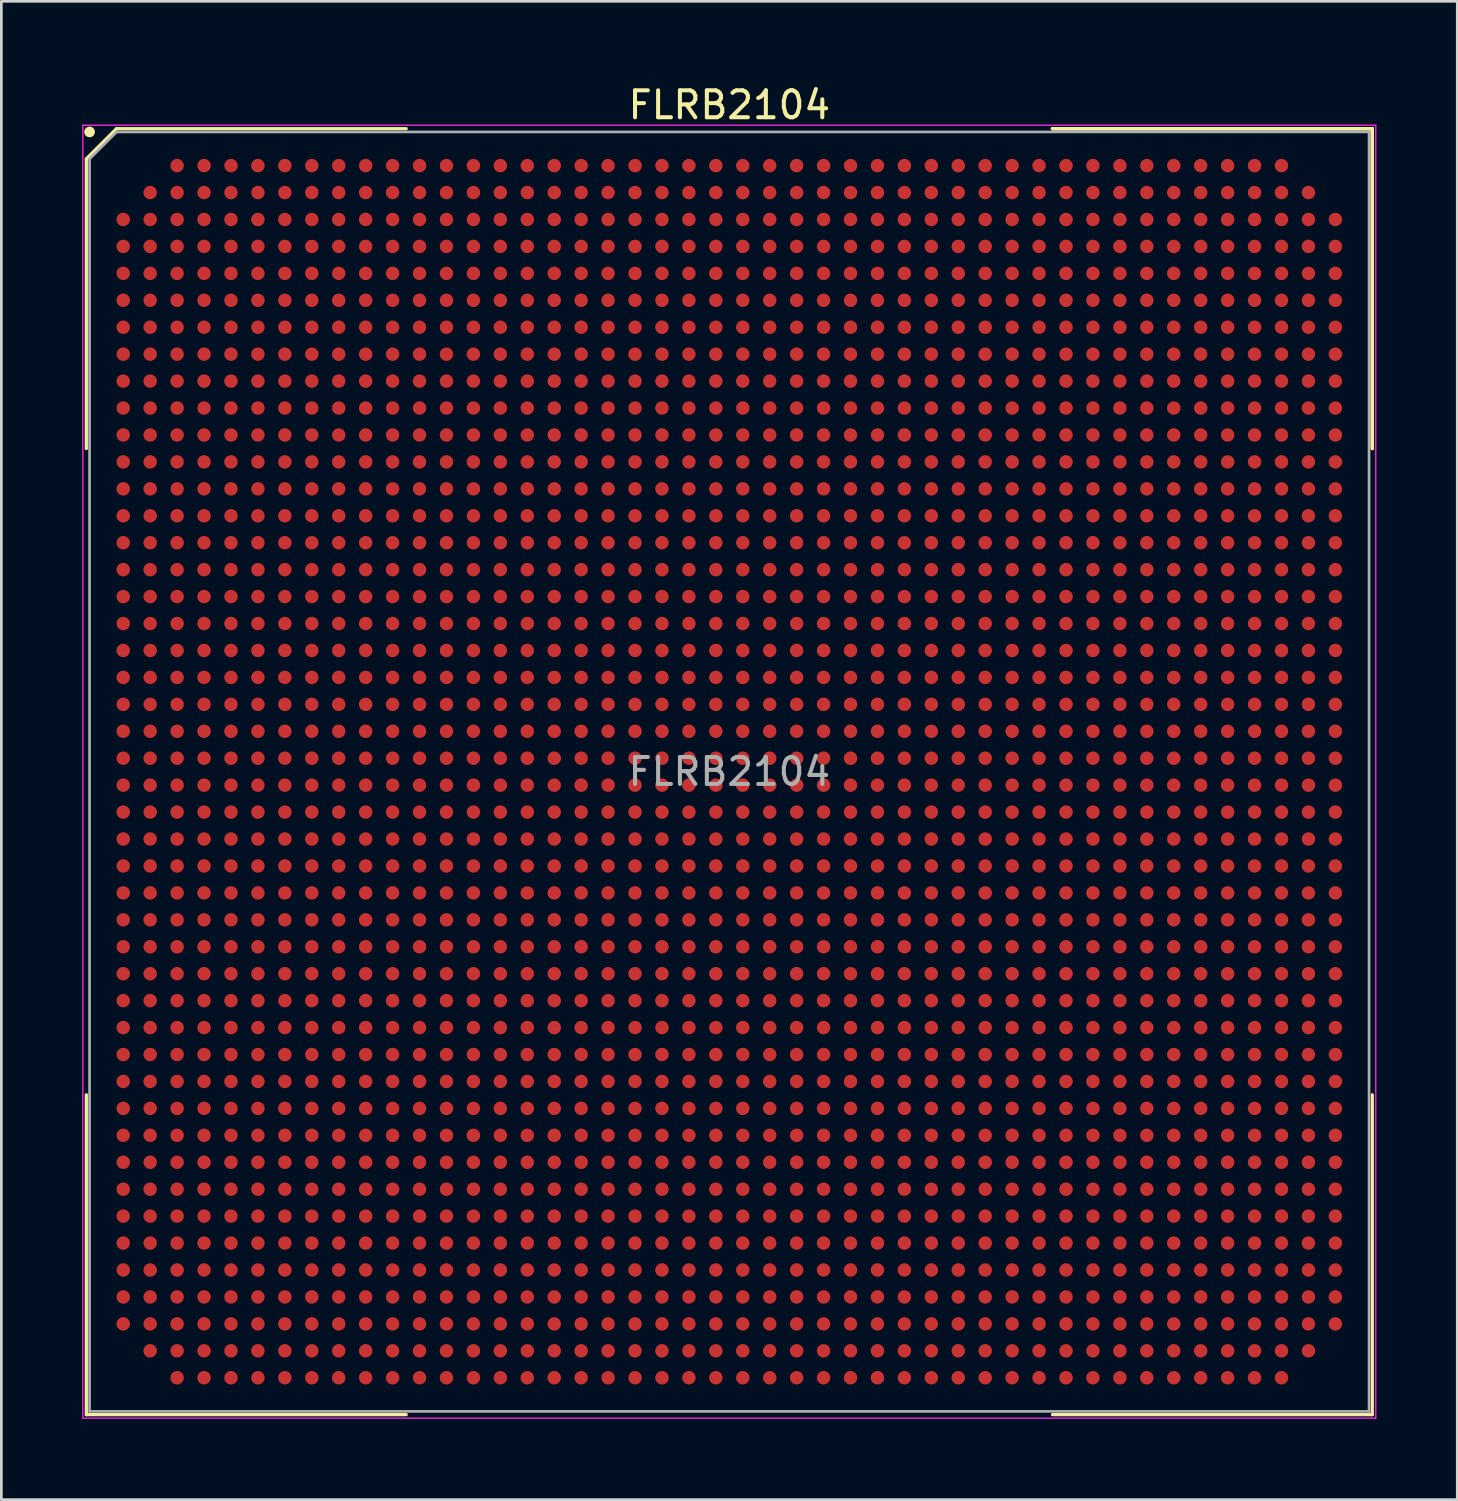
<source format=kicad_pcb>
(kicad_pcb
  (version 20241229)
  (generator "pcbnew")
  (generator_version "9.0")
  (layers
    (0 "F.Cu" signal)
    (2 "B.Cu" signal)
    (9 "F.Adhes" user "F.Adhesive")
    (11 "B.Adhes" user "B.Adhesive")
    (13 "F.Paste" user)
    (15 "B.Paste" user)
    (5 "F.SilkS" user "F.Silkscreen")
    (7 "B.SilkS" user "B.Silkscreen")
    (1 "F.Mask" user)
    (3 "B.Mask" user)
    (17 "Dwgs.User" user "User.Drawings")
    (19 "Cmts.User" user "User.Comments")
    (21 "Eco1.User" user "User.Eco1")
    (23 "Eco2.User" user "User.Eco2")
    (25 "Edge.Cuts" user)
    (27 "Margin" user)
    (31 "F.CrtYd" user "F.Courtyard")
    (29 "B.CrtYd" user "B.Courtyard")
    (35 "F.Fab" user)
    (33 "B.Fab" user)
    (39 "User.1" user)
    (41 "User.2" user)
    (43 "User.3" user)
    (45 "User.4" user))
  (footprint "FLRB2104"
    (layer "F.Cu")
    (at 24.025 25.598)
    (property "Reference" "FLRB2104" (at 0 -24.75 0) (layer "F.SilkS") (effects (font (size 1 1) (thickness 0.15))))
    (attr smd)
    (fp_line (start -23.87 -22.75) (end -23.87 -11.995) (stroke (width 0.12) (type solid)) (layer "F.SilkS"))
    (fp_line (start -23.87 23.87) (end -23.87 11.995) (stroke (width 0.12) (type solid)) (layer "F.SilkS"))
    (fp_line (start -22.75 -23.87) (end -23.87 -22.75) (stroke (width 0.12) (type solid)) (layer "F.SilkS"))
    (fp_line (start -11.995 -23.87) (end -22.75 -23.87) (stroke (width 0.12) (type solid)) (layer "F.SilkS"))
    (fp_line (start -11.995 23.87) (end -23.87 23.87) (stroke (width 0.12) (type solid)) (layer "F.SilkS"))
    (fp_line (start 11.995 -23.87) (end 23.87 -23.87) (stroke (width 0.12) (type solid)) (layer "F.SilkS"))
    (fp_line (start 11.995 -23.87) (end 23.87 -23.87) (stroke (width 0.12) (type solid)) (layer "F.SilkS"))
    (fp_line (start 11.995 -23.87) (end 23.87 -23.87) (stroke (width 0.12) (type solid)) (layer "F.SilkS"))
    (fp_line (start 11.995 23.87) (end 23.87 23.87) (stroke (width 0.12) (type solid)) (layer "F.SilkS"))
    (fp_line (start 23.87 -23.87) (end 23.87 -11.995) (stroke (width 0.12) (type solid)) (layer "F.SilkS"))
    (fp_line (start 23.87 -23.87) (end 23.87 -11.995) (stroke (width 0.12) (type solid)) (layer "F.SilkS"))
    (fp_line (start 23.87 -23.87) (end 23.87 -11.995) (stroke (width 0.12) (type solid)) (layer "F.SilkS"))
    (fp_line (start 23.87 23.87) (end 23.87 11.995) (stroke (width 0.12) (type solid)) (layer "F.SilkS"))
    (fp_circle (center -23.75 -23.75) (end -23.75 -23.65) (stroke (width 0.2) (type solid)) (fill no) (layer "F.SilkS"))
    (fp_line (start -24 -24) (end 24 -24) (stroke (width 0.05) (type solid)) (layer "F.CrtYd"))
    (fp_line (start -24 24) (end -24 -24) (stroke (width 0.05) (type solid)) (layer "F.CrtYd"))
    (fp_line (start 24 -24) (end 24 24) (stroke (width 0.05) (type solid)) (layer "F.CrtYd"))
    (fp_line (start 24 24) (end -24 24) (stroke (width 0.05) (type solid)) (layer "F.CrtYd"))
    (fp_line (start -23.75 -22.75) (end -23.75 23.75) (stroke (width 0.1) (type solid)) (layer "F.Fab"))
    (fp_line (start -23.75 23.75) (end 23.75 23.75) (stroke (width 0.1) (type solid)) (layer "F.Fab"))
    (fp_line (start -22.75 -23.75) (end -23.75 -22.75) (stroke (width 0.1) (type solid)) (layer "F.Fab"))
    (fp_line (start 23.75 -23.75) (end -22.75 -23.75) (stroke (width 0.1) (type solid)) (layer "F.Fab"))
    (fp_line (start 23.75 23.75) (end 23.75 -23.75) (stroke (width 0.1) (type solid)) (layer "F.Fab"))
    (fp_text user "${REFERENCE}" (at 0 0 0) (layer "F.Fab") (effects (font (size 1 1) (thickness 0.15))))
    (pad "A3" smd circle (at -20.5 -22.5) (size 0.5 0.5) (layers "F.Cu" "F.Mask" "F.Paste"))
    (pad "A4" smd circle (at -19.5 -22.5) (size 0.5 0.5) (layers "F.Cu" "F.Mask" "F.Paste"))
    (pad "A5" smd circle (at -18.5 -22.5) (size 0.5 0.5) (layers "F.Cu" "F.Mask" "F.Paste"))
    (pad "A6" smd circle (at -17.5 -22.5) (size 0.5 0.5) (layers "F.Cu" "F.Mask" "F.Paste"))
    (pad "A7" smd circle (at -16.5 -22.5) (size 0.5 0.5) (layers "F.Cu" "F.Mask" "F.Paste"))
    (pad "A8" smd circle (at -15.5 -22.5) (size 0.5 0.5) (layers "F.Cu" "F.Mask" "F.Paste"))
    (pad "A9" smd circle (at -14.5 -22.5) (size 0.5 0.5) (layers "F.Cu" "F.Mask" "F.Paste"))
    (pad "A10" smd circle (at -13.5 -22.5) (size 0.5 0.5) (layers "F.Cu" "F.Mask" "F.Paste"))
    (pad "A11" smd circle (at -12.5 -22.5) (size 0.5 0.5) (layers "F.Cu" "F.Mask" "F.Paste"))
    (pad "A12" smd circle (at -11.5 -22.5) (size 0.5 0.5) (layers "F.Cu" "F.Mask" "F.Paste"))
    (pad "A13" smd circle (at -10.5 -22.5) (size 0.5 0.5) (layers "F.Cu" "F.Mask" "F.Paste"))
    (pad "A14" smd circle (at -9.5 -22.5) (size 0.5 0.5) (layers "F.Cu" "F.Mask" "F.Paste"))
    (pad "A15" smd circle (at -8.5 -22.5) (size 0.5 0.5) (layers "F.Cu" "F.Mask" "F.Paste"))
    (pad "A16" smd circle (at -7.5 -22.5) (size 0.5 0.5) (layers "F.Cu" "F.Mask" "F.Paste"))
    (pad "A17" smd circle (at -6.5 -22.5) (size 0.5 0.5) (layers "F.Cu" "F.Mask" "F.Paste"))
    (pad "A18" smd circle (at -5.5 -22.5) (size 0.5 0.5) (layers "F.Cu" "F.Mask" "F.Paste"))
    (pad "A19" smd circle (at -4.5 -22.5) (size 0.5 0.5) (layers "F.Cu" "F.Mask" "F.Paste"))
    (pad "A20" smd circle (at -3.5 -22.5) (size 0.5 0.5) (layers "F.Cu" "F.Mask" "F.Paste"))
    (pad "A21" smd circle (at -2.5 -22.5) (size 0.5 0.5) (layers "F.Cu" "F.Mask" "F.Paste"))
    (pad "A22" smd circle (at -1.5 -22.5) (size 0.5 0.5) (layers "F.Cu" "F.Mask" "F.Paste"))
    (pad "A23" smd circle (at -0.5 -22.5) (size 0.5 0.5) (layers "F.Cu" "F.Mask" "F.Paste"))
    (pad "A24" smd circle (at 0.5 -22.5) (size 0.5 0.5) (layers "F.Cu" "F.Mask" "F.Paste"))
    (pad "A25" smd circle (at 1.5 -22.5) (size 0.5 0.5) (layers "F.Cu" "F.Mask" "F.Paste"))
    (pad "A26" smd circle (at 2.5 -22.5) (size 0.5 0.5) (layers "F.Cu" "F.Mask" "F.Paste"))
    (pad "A27" smd circle (at 3.5 -22.5) (size 0.5 0.5) (layers "F.Cu" "F.Mask" "F.Paste"))
    (pad "A28" smd circle (at 4.5 -22.5) (size 0.5 0.5) (layers "F.Cu" "F.Mask" "F.Paste"))
    (pad "A29" smd circle (at 5.5 -22.5) (size 0.5 0.5) (layers "F.Cu" "F.Mask" "F.Paste"))
    (pad "A30" smd circle (at 6.5 -22.5) (size 0.5 0.5) (layers "F.Cu" "F.Mask" "F.Paste"))
    (pad "A31" smd circle (at 7.5 -22.5) (size 0.5 0.5) (layers "F.Cu" "F.Mask" "F.Paste"))
    (pad "A32" smd circle (at 8.5 -22.5) (size 0.5 0.5) (layers "F.Cu" "F.Mask" "F.Paste"))
    (pad "A33" smd circle (at 9.5 -22.5) (size 0.5 0.5) (layers "F.Cu" "F.Mask" "F.Paste"))
    (pad "A34" smd circle (at 10.5 -22.5) (size 0.5 0.5) (layers "F.Cu" "F.Mask" "F.Paste"))
    (pad "A35" smd circle (at 11.5 -22.5) (size 0.5 0.5) (layers "F.Cu" "F.Mask" "F.Paste"))
    (pad "A36" smd circle (at 12.5 -22.5) (size 0.5 0.5) (layers "F.Cu" "F.Mask" "F.Paste"))
    (pad "A37" smd circle (at 13.5 -22.5) (size 0.5 0.5) (layers "F.Cu" "F.Mask" "F.Paste"))
    (pad "A38" smd circle (at 14.5 -22.5) (size 0.5 0.5) (layers "F.Cu" "F.Mask" "F.Paste"))
    (pad "A39" smd circle (at 15.5 -22.5) (size 0.5 0.5) (layers "F.Cu" "F.Mask" "F.Paste"))
    (pad "A40" smd circle (at 16.5 -22.5) (size 0.5 0.5) (layers "F.Cu" "F.Mask" "F.Paste"))
    (pad "A41" smd circle (at 17.5 -22.5) (size 0.5 0.5) (layers "F.Cu" "F.Mask" "F.Paste"))
    (pad "A42" smd circle (at 18.5 -22.5) (size 0.5 0.5) (layers "F.Cu" "F.Mask" "F.Paste"))
    (pad "A43" smd circle (at 19.5 -22.5) (size 0.5 0.5) (layers "F.Cu" "F.Mask" "F.Paste"))
    (pad "A44" smd circle (at 20.5 -22.5) (size 0.5 0.5) (layers "F.Cu" "F.Mask" "F.Paste"))
    (pad "AA1" smd circle (at -22.5 -2.5) (size 0.5 0.5) (layers "F.Cu" "F.Mask" "F.Paste"))
    (pad "AA2" smd circle (at -21.5 -2.5) (size 0.5 0.5) (layers "F.Cu" "F.Mask" "F.Paste"))
    (pad "AA3" smd circle (at -20.5 -2.5) (size 0.5 0.5) (layers "F.Cu" "F.Mask" "F.Paste"))
    (pad "AA4" smd circle (at -19.5 -2.5) (size 0.5 0.5) (layers "F.Cu" "F.Mask" "F.Paste"))
    (pad "AA5" smd circle (at -18.5 -2.5) (size 0.5 0.5) (layers "F.Cu" "F.Mask" "F.Paste"))
    (pad "AA6" smd circle (at -17.5 -2.5) (size 0.5 0.5) (layers "F.Cu" "F.Mask" "F.Paste"))
    (pad "AA7" smd circle (at -16.5 -2.5) (size 0.5 0.5) (layers "F.Cu" "F.Mask" "F.Paste"))
    (pad "AA8" smd circle (at -15.5 -2.5) (size 0.5 0.5) (layers "F.Cu" "F.Mask" "F.Paste"))
    (pad "AA9" smd circle (at -14.5 -2.5) (size 0.5 0.5) (layers "F.Cu" "F.Mask" "F.Paste"))
    (pad "AA10" smd circle (at -13.5 -2.5) (size 0.5 0.5) (layers "F.Cu" "F.Mask" "F.Paste"))
    (pad "AA11" smd circle (at -12.5 -2.5) (size 0.5 0.5) (layers "F.Cu" "F.Mask" "F.Paste"))
    (pad "AA12" smd circle (at -11.5 -2.5) (size 0.5 0.5) (layers "F.Cu" "F.Mask" "F.Paste"))
    (pad "AA13" smd circle (at -10.5 -2.5) (size 0.5 0.5) (layers "F.Cu" "F.Mask" "F.Paste"))
    (pad "AA14" smd circle (at -9.5 -2.5) (size 0.5 0.5) (layers "F.Cu" "F.Mask" "F.Paste"))
    (pad "AA15" smd circle (at -8.5 -2.5) (size 0.5 0.5) (layers "F.Cu" "F.Mask" "F.Paste"))
    (pad "AA16" smd circle (at -7.5 -2.5) (size 0.5 0.5) (layers "F.Cu" "F.Mask" "F.Paste"))
    (pad "AA17" smd circle (at -6.5 -2.5) (size 0.5 0.5) (layers "F.Cu" "F.Mask" "F.Paste"))
    (pad "AA18" smd circle (at -5.5 -2.5) (size 0.5 0.5) (layers "F.Cu" "F.Mask" "F.Paste"))
    (pad "AA19" smd circle (at -4.5 -2.5) (size 0.5 0.5) (layers "F.Cu" "F.Mask" "F.Paste"))
    (pad "AA20" smd circle (at -3.5 -2.5) (size 0.5 0.5) (layers "F.Cu" "F.Mask" "F.Paste"))
    (pad "AA21" smd circle (at -2.5 -2.5) (size 0.5 0.5) (layers "F.Cu" "F.Mask" "F.Paste"))
    (pad "AA22" smd circle (at -1.5 -2.5) (size 0.5 0.5) (layers "F.Cu" "F.Mask" "F.Paste"))
    (pad "AA23" smd circle (at -0.5 -2.5) (size 0.5 0.5) (layers "F.Cu" "F.Mask" "F.Paste"))
    (pad "AA24" smd circle (at 0.5 -2.5) (size 0.5 0.5) (layers "F.Cu" "F.Mask" "F.Paste"))
    (pad "AA25" smd circle (at 1.5 -2.5) (size 0.5 0.5) (layers "F.Cu" "F.Mask" "F.Paste"))
    (pad "AA26" smd circle (at 2.5 -2.5) (size 0.5 0.5) (layers "F.Cu" "F.Mask" "F.Paste"))
    (pad "AA27" smd circle (at 3.5 -2.5) (size 0.5 0.5) (layers "F.Cu" "F.Mask" "F.Paste"))
    (pad "AA28" smd circle (at 4.5 -2.5) (size 0.5 0.5) (layers "F.Cu" "F.Mask" "F.Paste"))
    (pad "AA29" smd circle (at 5.5 -2.5) (size 0.5 0.5) (layers "F.Cu" "F.Mask" "F.Paste"))
    (pad "AA30" smd circle (at 6.5 -2.5) (size 0.5 0.5) (layers "F.Cu" "F.Mask" "F.Paste"))
    (pad "AA31" smd circle (at 7.5 -2.5) (size 0.5 0.5) (layers "F.Cu" "F.Mask" "F.Paste"))
    (pad "AA32" smd circle (at 8.5 -2.5) (size 0.5 0.5) (layers "F.Cu" "F.Mask" "F.Paste"))
    (pad "AA33" smd circle (at 9.5 -2.5) (size 0.5 0.5) (layers "F.Cu" "F.Mask" "F.Paste"))
    (pad "AA34" smd circle (at 10.5 -2.5) (size 0.5 0.5) (layers "F.Cu" "F.Mask" "F.Paste"))
    (pad "AA35" smd circle (at 11.5 -2.5) (size 0.5 0.5) (layers "F.Cu" "F.Mask" "F.Paste"))
    (pad "AA36" smd circle (at 12.5 -2.5) (size 0.5 0.5) (layers "F.Cu" "F.Mask" "F.Paste"))
    (pad "AA37" smd circle (at 13.5 -2.5) (size 0.5 0.5) (layers "F.Cu" "F.Mask" "F.Paste"))
    (pad "AA38" smd circle (at 14.5 -2.5) (size 0.5 0.5) (layers "F.Cu" "F.Mask" "F.Paste"))
    (pad "AA39" smd circle (at 15.5 -2.5) (size 0.5 0.5) (layers "F.Cu" "F.Mask" "F.Paste"))
    (pad "AA40" smd circle (at 16.5 -2.5) (size 0.5 0.5) (layers "F.Cu" "F.Mask" "F.Paste"))
    (pad "AA41" smd circle (at 17.5 -2.5) (size 0.5 0.5) (layers "F.Cu" "F.Mask" "F.Paste"))
    (pad "AA42" smd circle (at 18.5 -2.5) (size 0.5 0.5) (layers "F.Cu" "F.Mask" "F.Paste"))
    (pad "AA43" smd circle (at 19.5 -2.5) (size 0.5 0.5) (layers "F.Cu" "F.Mask" "F.Paste"))
    (pad "AA44" smd circle (at 20.5 -2.5) (size 0.5 0.5) (layers "F.Cu" "F.Mask" "F.Paste"))
    (pad "AA45" smd circle (at 21.5 -2.5) (size 0.5 0.5) (layers "F.Cu" "F.Mask" "F.Paste"))
    (pad "AA46" smd circle (at 22.5 -2.5) (size 0.5 0.5) (layers "F.Cu" "F.Mask" "F.Paste"))
    (pad "AB1" smd circle (at -22.5 -1.5) (size 0.5 0.5) (layers "F.Cu" "F.Mask" "F.Paste"))
    (pad "AB2" smd circle (at -21.5 -1.5) (size 0.5 0.5) (layers "F.Cu" "F.Mask" "F.Paste"))
    (pad "AB3" smd circle (at -20.5 -1.5) (size 0.5 0.5) (layers "F.Cu" "F.Mask" "F.Paste"))
    (pad "AB4" smd circle (at -19.5 -1.5) (size 0.5 0.5) (layers "F.Cu" "F.Mask" "F.Paste"))
    (pad "AB5" smd circle (at -18.5 -1.5) (size 0.5 0.5) (layers "F.Cu" "F.Mask" "F.Paste"))
    (pad "AB6" smd circle (at -17.5 -1.5) (size 0.5 0.5) (layers "F.Cu" "F.Mask" "F.Paste"))
    (pad "AB7" smd circle (at -16.5 -1.5) (size 0.5 0.5) (layers "F.Cu" "F.Mask" "F.Paste"))
    (pad "AB8" smd circle (at -15.5 -1.5) (size 0.5 0.5) (layers "F.Cu" "F.Mask" "F.Paste"))
    (pad "AB9" smd circle (at -14.5 -1.5) (size 0.5 0.5) (layers "F.Cu" "F.Mask" "F.Paste"))
    (pad "AB10" smd circle (at -13.5 -1.5) (size 0.5 0.5) (layers "F.Cu" "F.Mask" "F.Paste"))
    (pad "AB11" smd circle (at -12.5 -1.5) (size 0.5 0.5) (layers "F.Cu" "F.Mask" "F.Paste"))
    (pad "AB12" smd circle (at -11.5 -1.5) (size 0.5 0.5) (layers "F.Cu" "F.Mask" "F.Paste"))
    (pad "AB13" smd circle (at -10.5 -1.5) (size 0.5 0.5) (layers "F.Cu" "F.Mask" "F.Paste"))
    (pad "AB14" smd circle (at -9.5 -1.5) (size 0.5 0.5) (layers "F.Cu" "F.Mask" "F.Paste"))
    (pad "AB15" smd circle (at -8.5 -1.5) (size 0.5 0.5) (layers "F.Cu" "F.Mask" "F.Paste"))
    (pad "AB16" smd circle (at -7.5 -1.5) (size 0.5 0.5) (layers "F.Cu" "F.Mask" "F.Paste"))
    (pad "AB17" smd circle (at -6.5 -1.5) (size 0.5 0.5) (layers "F.Cu" "F.Mask" "F.Paste"))
    (pad "AB18" smd circle (at -5.5 -1.5) (size 0.5 0.5) (layers "F.Cu" "F.Mask" "F.Paste"))
    (pad "AB19" smd circle (at -4.5 -1.5) (size 0.5 0.5) (layers "F.Cu" "F.Mask" "F.Paste"))
    (pad "AB20" smd circle (at -3.5 -1.5) (size 0.5 0.5) (layers "F.Cu" "F.Mask" "F.Paste"))
    (pad "AB21" smd circle (at -2.5 -1.5) (size 0.5 0.5) (layers "F.Cu" "F.Mask" "F.Paste"))
    (pad "AB22" smd circle (at -1.5 -1.5) (size 0.5 0.5) (layers "F.Cu" "F.Mask" "F.Paste"))
    (pad "AB23" smd circle (at -0.5 -1.5) (size 0.5 0.5) (layers "F.Cu" "F.Mask" "F.Paste"))
    (pad "AB24" smd circle (at 0.5 -1.5) (size 0.5 0.5) (layers "F.Cu" "F.Mask" "F.Paste"))
    (pad "AB25" smd circle (at 1.5 -1.5) (size 0.5 0.5) (layers "F.Cu" "F.Mask" "F.Paste"))
    (pad "AB26" smd circle (at 2.5 -1.5) (size 0.5 0.5) (layers "F.Cu" "F.Mask" "F.Paste"))
    (pad "AB27" smd circle (at 3.5 -1.5) (size 0.5 0.5) (layers "F.Cu" "F.Mask" "F.Paste"))
    (pad "AB28" smd circle (at 4.5 -1.5) (size 0.5 0.5) (layers "F.Cu" "F.Mask" "F.Paste"))
    (pad "AB29" smd circle (at 5.5 -1.5) (size 0.5 0.5) (layers "F.Cu" "F.Mask" "F.Paste"))
    (pad "AB30" smd circle (at 6.5 -1.5) (size 0.5 0.5) (layers "F.Cu" "F.Mask" "F.Paste"))
    (pad "AB31" smd circle (at 7.5 -1.5) (size 0.5 0.5) (layers "F.Cu" "F.Mask" "F.Paste"))
    (pad "AB32" smd circle (at 8.5 -1.5) (size 0.5 0.5) (layers "F.Cu" "F.Mask" "F.Paste"))
    (pad "AB33" smd circle (at 9.5 -1.5) (size 0.5 0.5) (layers "F.Cu" "F.Mask" "F.Paste"))
    (pad "AB34" smd circle (at 10.5 -1.5) (size 0.5 0.5) (layers "F.Cu" "F.Mask" "F.Paste"))
    (pad "AB35" smd circle (at 11.5 -1.5) (size 0.5 0.5) (layers "F.Cu" "F.Mask" "F.Paste"))
    (pad "AB36" smd circle (at 12.5 -1.5) (size 0.5 0.5) (layers "F.Cu" "F.Mask" "F.Paste"))
    (pad "AB37" smd circle (at 13.5 -1.5) (size 0.5 0.5) (layers "F.Cu" "F.Mask" "F.Paste"))
    (pad "AB38" smd circle (at 14.5 -1.5) (size 0.5 0.5) (layers "F.Cu" "F.Mask" "F.Paste"))
    (pad "AB39" smd circle (at 15.5 -1.5) (size 0.5 0.5) (layers "F.Cu" "F.Mask" "F.Paste"))
    (pad "AB40" smd circle (at 16.5 -1.5) (size 0.5 0.5) (layers "F.Cu" "F.Mask" "F.Paste"))
    (pad "AB41" smd circle (at 17.5 -1.5) (size 0.5 0.5) (layers "F.Cu" "F.Mask" "F.Paste"))
    (pad "AB42" smd circle (at 18.5 -1.5) (size 0.5 0.5) (layers "F.Cu" "F.Mask" "F.Paste"))
    (pad "AB43" smd circle (at 19.5 -1.5) (size 0.5 0.5) (layers "F.Cu" "F.Mask" "F.Paste"))
    (pad "AB44" smd circle (at 20.5 -1.5) (size 0.5 0.5) (layers "F.Cu" "F.Mask" "F.Paste"))
    (pad "AB45" smd circle (at 21.5 -1.5) (size 0.5 0.5) (layers "F.Cu" "F.Mask" "F.Paste"))
    (pad "AB46" smd circle (at 22.5 -1.5) (size 0.5 0.5) (layers "F.Cu" "F.Mask" "F.Paste"))
    (pad "AC1" smd circle (at -22.5 -0.5) (size 0.5 0.5) (layers "F.Cu" "F.Mask" "F.Paste"))
    (pad "AC2" smd circle (at -21.5 -0.5) (size 0.5 0.5) (layers "F.Cu" "F.Mask" "F.Paste"))
    (pad "AC3" smd circle (at -20.5 -0.5) (size 0.5 0.5) (layers "F.Cu" "F.Mask" "F.Paste"))
    (pad "AC4" smd circle (at -19.5 -0.5) (size 0.5 0.5) (layers "F.Cu" "F.Mask" "F.Paste"))
    (pad "AC5" smd circle (at -18.5 -0.5) (size 0.5 0.5) (layers "F.Cu" "F.Mask" "F.Paste"))
    (pad "AC6" smd circle (at -17.5 -0.5) (size 0.5 0.5) (layers "F.Cu" "F.Mask" "F.Paste"))
    (pad "AC7" smd circle (at -16.5 -0.5) (size 0.5 0.5) (layers "F.Cu" "F.Mask" "F.Paste"))
    (pad "AC8" smd circle (at -15.5 -0.5) (size 0.5 0.5) (layers "F.Cu" "F.Mask" "F.Paste"))
    (pad "AC9" smd circle (at -14.5 -0.5) (size 0.5 0.5) (layers "F.Cu" "F.Mask" "F.Paste"))
    (pad "AC10" smd circle (at -13.5 -0.5) (size 0.5 0.5) (layers "F.Cu" "F.Mask" "F.Paste"))
    (pad "AC11" smd circle (at -12.5 -0.5) (size 0.5 0.5) (layers "F.Cu" "F.Mask" "F.Paste"))
    (pad "AC12" smd circle (at -11.5 -0.5) (size 0.5 0.5) (layers "F.Cu" "F.Mask" "F.Paste"))
    (pad "AC13" smd circle (at -10.5 -0.5) (size 0.5 0.5) (layers "F.Cu" "F.Mask" "F.Paste"))
    (pad "AC14" smd circle (at -9.5 -0.5) (size 0.5 0.5) (layers "F.Cu" "F.Mask" "F.Paste"))
    (pad "AC15" smd circle (at -8.5 -0.5) (size 0.5 0.5) (layers "F.Cu" "F.Mask" "F.Paste"))
    (pad "AC16" smd circle (at -7.5 -0.5) (size 0.5 0.5) (layers "F.Cu" "F.Mask" "F.Paste"))
    (pad "AC17" smd circle (at -6.5 -0.5) (size 0.5 0.5) (layers "F.Cu" "F.Mask" "F.Paste"))
    (pad "AC18" smd circle (at -5.5 -0.5) (size 0.5 0.5) (layers "F.Cu" "F.Mask" "F.Paste"))
    (pad "AC19" smd circle (at -4.5 -0.5) (size 0.5 0.5) (layers "F.Cu" "F.Mask" "F.Paste"))
    (pad "AC20" smd circle (at -3.5 -0.5) (size 0.5 0.5) (layers "F.Cu" "F.Mask" "F.Paste"))
    (pad "AC21" smd circle (at -2.5 -0.5) (size 0.5 0.5) (layers "F.Cu" "F.Mask" "F.Paste"))
    (pad "AC22" smd circle (at -1.5 -0.5) (size 0.5 0.5) (layers "F.Cu" "F.Mask" "F.Paste"))
    (pad "AC23" smd circle (at -0.5 -0.5) (size 0.5 0.5) (layers "F.Cu" "F.Mask" "F.Paste"))
    (pad "AC24" smd circle (at 0.5 -0.5) (size 0.5 0.5) (layers "F.Cu" "F.Mask" "F.Paste"))
    (pad "AC25" smd circle (at 1.5 -0.5) (size 0.5 0.5) (layers "F.Cu" "F.Mask" "F.Paste"))
    (pad "AC26" smd circle (at 2.5 -0.5) (size 0.5 0.5) (layers "F.Cu" "F.Mask" "F.Paste"))
    (pad "AC27" smd circle (at 3.5 -0.5) (size 0.5 0.5) (layers "F.Cu" "F.Mask" "F.Paste"))
    (pad "AC28" smd circle (at 4.5 -0.5) (size 0.5 0.5) (layers "F.Cu" "F.Mask" "F.Paste"))
    (pad "AC29" smd circle (at 5.5 -0.5) (size 0.5 0.5) (layers "F.Cu" "F.Mask" "F.Paste"))
    (pad "AC30" smd circle (at 6.5 -0.5) (size 0.5 0.5) (layers "F.Cu" "F.Mask" "F.Paste"))
    (pad "AC31" smd circle (at 7.5 -0.5) (size 0.5 0.5) (layers "F.Cu" "F.Mask" "F.Paste"))
    (pad "AC32" smd circle (at 8.5 -0.5) (size 0.5 0.5) (layers "F.Cu" "F.Mask" "F.Paste"))
    (pad "AC33" smd circle (at 9.5 -0.5) (size 0.5 0.5) (layers "F.Cu" "F.Mask" "F.Paste"))
    (pad "AC34" smd circle (at 10.5 -0.5) (size 0.5 0.5) (layers "F.Cu" "F.Mask" "F.Paste"))
    (pad "AC35" smd circle (at 11.5 -0.5) (size 0.5 0.5) (layers "F.Cu" "F.Mask" "F.Paste"))
    (pad "AC36" smd circle (at 12.5 -0.5) (size 0.5 0.5) (layers "F.Cu" "F.Mask" "F.Paste"))
    (pad "AC37" smd circle (at 13.5 -0.5) (size 0.5 0.5) (layers "F.Cu" "F.Mask" "F.Paste"))
    (pad "AC38" smd circle (at 14.5 -0.5) (size 0.5 0.5) (layers "F.Cu" "F.Mask" "F.Paste"))
    (pad "AC39" smd circle (at 15.5 -0.5) (size 0.5 0.5) (layers "F.Cu" "F.Mask" "F.Paste"))
    (pad "AC40" smd circle (at 16.5 -0.5) (size 0.5 0.5) (layers "F.Cu" "F.Mask" "F.Paste"))
    (pad "AC41" smd circle (at 17.5 -0.5) (size 0.5 0.5) (layers "F.Cu" "F.Mask" "F.Paste"))
    (pad "AC42" smd circle (at 18.5 -0.5) (size 0.5 0.5) (layers "F.Cu" "F.Mask" "F.Paste"))
    (pad "AC43" smd circle (at 19.5 -0.5) (size 0.5 0.5) (layers "F.Cu" "F.Mask" "F.Paste"))
    (pad "AC44" smd circle (at 20.5 -0.5) (size 0.5 0.5) (layers "F.Cu" "F.Mask" "F.Paste"))
    (pad "AC45" smd circle (at 21.5 -0.5) (size 0.5 0.5) (layers "F.Cu" "F.Mask" "F.Paste"))
    (pad "AC46" smd circle (at 22.5 -0.5) (size 0.5 0.5) (layers "F.Cu" "F.Mask" "F.Paste"))
    (pad "AD1" smd circle (at -22.5 0.5) (size 0.5 0.5) (layers "F.Cu" "F.Mask" "F.Paste"))
    (pad "AD2" smd circle (at -21.5 0.5) (size 0.5 0.5) (layers "F.Cu" "F.Mask" "F.Paste"))
    (pad "AD3" smd circle (at -20.5 0.5) (size 0.5 0.5) (layers "F.Cu" "F.Mask" "F.Paste"))
    (pad "AD4" smd circle (at -19.5 0.5) (size 0.5 0.5) (layers "F.Cu" "F.Mask" "F.Paste"))
    (pad "AD5" smd circle (at -18.5 0.5) (size 0.5 0.5) (layers "F.Cu" "F.Mask" "F.Paste"))
    (pad "AD6" smd circle (at -17.5 0.5) (size 0.5 0.5) (layers "F.Cu" "F.Mask" "F.Paste"))
    (pad "AD7" smd circle (at -16.5 0.5) (size 0.5 0.5) (layers "F.Cu" "F.Mask" "F.Paste"))
    (pad "AD8" smd circle (at -15.5 0.5) (size 0.5 0.5) (layers "F.Cu" "F.Mask" "F.Paste"))
    (pad "AD9" smd circle (at -14.5 0.5) (size 0.5 0.5) (layers "F.Cu" "F.Mask" "F.Paste"))
    (pad "AD10" smd circle (at -13.5 0.5) (size 0.5 0.5) (layers "F.Cu" "F.Mask" "F.Paste"))
    (pad "AD11" smd circle (at -12.5 0.5) (size 0.5 0.5) (layers "F.Cu" "F.Mask" "F.Paste"))
    (pad "AD12" smd circle (at -11.5 0.5) (size 0.5 0.5) (layers "F.Cu" "F.Mask" "F.Paste"))
    (pad "AD13" smd circle (at -10.5 0.5) (size 0.5 0.5) (layers "F.Cu" "F.Mask" "F.Paste"))
    (pad "AD14" smd circle (at -9.5 0.5) (size 0.5 0.5) (layers "F.Cu" "F.Mask" "F.Paste"))
    (pad "AD15" smd circle (at -8.5 0.5) (size 0.5 0.5) (layers "F.Cu" "F.Mask" "F.Paste"))
    (pad "AD16" smd circle (at -7.5 0.5) (size 0.5 0.5) (layers "F.Cu" "F.Mask" "F.Paste"))
    (pad "AD17" smd circle (at -6.5 0.5) (size 0.5 0.5) (layers "F.Cu" "F.Mask" "F.Paste"))
    (pad "AD18" smd circle (at -5.5 0.5) (size 0.5 0.5) (layers "F.Cu" "F.Mask" "F.Paste"))
    (pad "AD19" smd circle (at -4.5 0.5) (size 0.5 0.5) (layers "F.Cu" "F.Mask" "F.Paste"))
    (pad "AD20" smd circle (at -3.5 0.5) (size 0.5 0.5) (layers "F.Cu" "F.Mask" "F.Paste"))
    (pad "AD21" smd circle (at -2.5 0.5) (size 0.5 0.5) (layers "F.Cu" "F.Mask" "F.Paste"))
    (pad "AD22" smd circle (at -1.5 0.5) (size 0.5 0.5) (layers "F.Cu" "F.Mask" "F.Paste"))
    (pad "AD23" smd circle (at -0.5 0.5) (size 0.5 0.5) (layers "F.Cu" "F.Mask" "F.Paste"))
    (pad "AD24" smd circle (at 0.5 0.5) (size 0.5 0.5) (layers "F.Cu" "F.Mask" "F.Paste"))
    (pad "AD25" smd circle (at 1.5 0.5) (size 0.5 0.5) (layers "F.Cu" "F.Mask" "F.Paste"))
    (pad "AD26" smd circle (at 2.5 0.5) (size 0.5 0.5) (layers "F.Cu" "F.Mask" "F.Paste"))
    (pad "AD27" smd circle (at 3.5 0.5) (size 0.5 0.5) (layers "F.Cu" "F.Mask" "F.Paste"))
    (pad "AD28" smd circle (at 4.5 0.5) (size 0.5 0.5) (layers "F.Cu" "F.Mask" "F.Paste"))
    (pad "AD29" smd circle (at 5.5 0.5) (size 0.5 0.5) (layers "F.Cu" "F.Mask" "F.Paste"))
    (pad "AD30" smd circle (at 6.5 0.5) (size 0.5 0.5) (layers "F.Cu" "F.Mask" "F.Paste"))
    (pad "AD31" smd circle (at 7.5 0.5) (size 0.5 0.5) (layers "F.Cu" "F.Mask" "F.Paste"))
    (pad "AD32" smd circle (at 8.5 0.5) (size 0.5 0.5) (layers "F.Cu" "F.Mask" "F.Paste"))
    (pad "AD33" smd circle (at 9.5 0.5) (size 0.5 0.5) (layers "F.Cu" "F.Mask" "F.Paste"))
    (pad "AD34" smd circle (at 10.5 0.5) (size 0.5 0.5) (layers "F.Cu" "F.Mask" "F.Paste"))
    (pad "AD35" smd circle (at 11.5 0.5) (size 0.5 0.5) (layers "F.Cu" "F.Mask" "F.Paste"))
    (pad "AD36" smd circle (at 12.5 0.5) (size 0.5 0.5) (layers "F.Cu" "F.Mask" "F.Paste"))
    (pad "AD37" smd circle (at 13.5 0.5) (size 0.5 0.5) (layers "F.Cu" "F.Mask" "F.Paste"))
    (pad "AD38" smd circle (at 14.5 0.5) (size 0.5 0.5) (layers "F.Cu" "F.Mask" "F.Paste"))
    (pad "AD39" smd circle (at 15.5 0.5) (size 0.5 0.5) (layers "F.Cu" "F.Mask" "F.Paste"))
    (pad "AD40" smd circle (at 16.5 0.5) (size 0.5 0.5) (layers "F.Cu" "F.Mask" "F.Paste"))
    (pad "AD41" smd circle (at 17.5 0.5) (size 0.5 0.5) (layers "F.Cu" "F.Mask" "F.Paste"))
    (pad "AD42" smd circle (at 18.5 0.5) (size 0.5 0.5) (layers "F.Cu" "F.Mask" "F.Paste"))
    (pad "AD43" smd circle (at 19.5 0.5) (size 0.5 0.5) (layers "F.Cu" "F.Mask" "F.Paste"))
    (pad "AD44" smd circle (at 20.5 0.5) (size 0.5 0.5) (layers "F.Cu" "F.Mask" "F.Paste"))
    (pad "AD45" smd circle (at 21.5 0.5) (size 0.5 0.5) (layers "F.Cu" "F.Mask" "F.Paste"))
    (pad "AD46" smd circle (at 22.5 0.5) (size 0.5 0.5) (layers "F.Cu" "F.Mask" "F.Paste"))
    (pad "AE1" smd circle (at -22.5 1.5) (size 0.5 0.5) (layers "F.Cu" "F.Mask" "F.Paste"))
    (pad "AE2" smd circle (at -21.5 1.5) (size 0.5 0.5) (layers "F.Cu" "F.Mask" "F.Paste"))
    (pad "AE3" smd circle (at -20.5 1.5) (size 0.5 0.5) (layers "F.Cu" "F.Mask" "F.Paste"))
    (pad "AE4" smd circle (at -19.5 1.5) (size 0.5 0.5) (layers "F.Cu" "F.Mask" "F.Paste"))
    (pad "AE5" smd circle (at -18.5 1.5) (size 0.5 0.5) (layers "F.Cu" "F.Mask" "F.Paste"))
    (pad "AE6" smd circle (at -17.5 1.5) (size 0.5 0.5) (layers "F.Cu" "F.Mask" "F.Paste"))
    (pad "AE7" smd circle (at -16.5 1.5) (size 0.5 0.5) (layers "F.Cu" "F.Mask" "F.Paste"))
    (pad "AE8" smd circle (at -15.5 1.5) (size 0.5 0.5) (layers "F.Cu" "F.Mask" "F.Paste"))
    (pad "AE9" smd circle (at -14.5 1.5) (size 0.5 0.5) (layers "F.Cu" "F.Mask" "F.Paste"))
    (pad "AE10" smd circle (at -13.5 1.5) (size 0.5 0.5) (layers "F.Cu" "F.Mask" "F.Paste"))
    (pad "AE11" smd circle (at -12.5 1.5) (size 0.5 0.5) (layers "F.Cu" "F.Mask" "F.Paste"))
    (pad "AE12" smd circle (at -11.5 1.5) (size 0.5 0.5) (layers "F.Cu" "F.Mask" "F.Paste"))
    (pad "AE13" smd circle (at -10.5 1.5) (size 0.5 0.5) (layers "F.Cu" "F.Mask" "F.Paste"))
    (pad "AE14" smd circle (at -9.5 1.5) (size 0.5 0.5) (layers "F.Cu" "F.Mask" "F.Paste"))
    (pad "AE15" smd circle (at -8.5 1.5) (size 0.5 0.5) (layers "F.Cu" "F.Mask" "F.Paste"))
    (pad "AE16" smd circle (at -7.5 1.5) (size 0.5 0.5) (layers "F.Cu" "F.Mask" "F.Paste"))
    (pad "AE17" smd circle (at -6.5 1.5) (size 0.5 0.5) (layers "F.Cu" "F.Mask" "F.Paste"))
    (pad "AE18" smd circle (at -5.5 1.5) (size 0.5 0.5) (layers "F.Cu" "F.Mask" "F.Paste"))
    (pad "AE19" smd circle (at -4.5 1.5) (size 0.5 0.5) (layers "F.Cu" "F.Mask" "F.Paste"))
    (pad "AE20" smd circle (at -3.5 1.5) (size 0.5 0.5) (layers "F.Cu" "F.Mask" "F.Paste"))
    (pad "AE21" smd circle (at -2.5 1.5) (size 0.5 0.5) (layers "F.Cu" "F.Mask" "F.Paste"))
    (pad "AE22" smd circle (at -1.5 1.5) (size 0.5 0.5) (layers "F.Cu" "F.Mask" "F.Paste"))
    (pad "AE23" smd circle (at -0.5 1.5) (size 0.5 0.5) (layers "F.Cu" "F.Mask" "F.Paste"))
    (pad "AE24" smd circle (at 0.5 1.5) (size 0.5 0.5) (layers "F.Cu" "F.Mask" "F.Paste"))
    (pad "AE25" smd circle (at 1.5 1.5) (size 0.5 0.5) (layers "F.Cu" "F.Mask" "F.Paste"))
    (pad "AE26" smd circle (at 2.5 1.5) (size 0.5 0.5) (layers "F.Cu" "F.Mask" "F.Paste"))
    (pad "AE27" smd circle (at 3.5 1.5) (size 0.5 0.5) (layers "F.Cu" "F.Mask" "F.Paste"))
    (pad "AE28" smd circle (at 4.5 1.5) (size 0.5 0.5) (layers "F.Cu" "F.Mask" "F.Paste"))
    (pad "AE29" smd circle (at 5.5 1.5) (size 0.5 0.5) (layers "F.Cu" "F.Mask" "F.Paste"))
    (pad "AE30" smd circle (at 6.5 1.5) (size 0.5 0.5) (layers "F.Cu" "F.Mask" "F.Paste"))
    (pad "AE31" smd circle (at 7.5 1.5) (size 0.5 0.5) (layers "F.Cu" "F.Mask" "F.Paste"))
    (pad "AE32" smd circle (at 8.5 1.5) (size 0.5 0.5) (layers "F.Cu" "F.Mask" "F.Paste"))
    (pad "AE33" smd circle (at 9.5 1.5) (size 0.5 0.5) (layers "F.Cu" "F.Mask" "F.Paste"))
    (pad "AE34" smd circle (at 10.5 1.5) (size 0.5 0.5) (layers "F.Cu" "F.Mask" "F.Paste"))
    (pad "AE35" smd circle (at 11.5 1.5) (size 0.5 0.5) (layers "F.Cu" "F.Mask" "F.Paste"))
    (pad "AE36" smd circle (at 12.5 1.5) (size 0.5 0.5) (layers "F.Cu" "F.Mask" "F.Paste"))
    (pad "AE37" smd circle (at 13.5 1.5) (size 0.5 0.5) (layers "F.Cu" "F.Mask" "F.Paste"))
    (pad "AE38" smd circle (at 14.5 1.5) (size 0.5 0.5) (layers "F.Cu" "F.Mask" "F.Paste"))
    (pad "AE39" smd circle (at 15.5 1.5) (size 0.5 0.5) (layers "F.Cu" "F.Mask" "F.Paste"))
    (pad "AE40" smd circle (at 16.5 1.5) (size 0.5 0.5) (layers "F.Cu" "F.Mask" "F.Paste"))
    (pad "AE41" smd circle (at 17.5 1.5) (size 0.5 0.5) (layers "F.Cu" "F.Mask" "F.Paste"))
    (pad "AE42" smd circle (at 18.5 1.5) (size 0.5 0.5) (layers "F.Cu" "F.Mask" "F.Paste"))
    (pad "AE43" smd circle (at 19.5 1.5) (size 0.5 0.5) (layers "F.Cu" "F.Mask" "F.Paste"))
    (pad "AE44" smd circle (at 20.5 1.5) (size 0.5 0.5) (layers "F.Cu" "F.Mask" "F.Paste"))
    (pad "AE45" smd circle (at 21.5 1.5) (size 0.5 0.5) (layers "F.Cu" "F.Mask" "F.Paste"))
    (pad "AE46" smd circle (at 22.5 1.5) (size 0.5 0.5) (layers "F.Cu" "F.Mask" "F.Paste"))
    (pad "AF1" smd circle (at -22.5 2.5) (size 0.5 0.5) (layers "F.Cu" "F.Mask" "F.Paste"))
    (pad "AF2" smd circle (at -21.5 2.5) (size 0.5 0.5) (layers "F.Cu" "F.Mask" "F.Paste"))
    (pad "AF3" smd circle (at -20.5 2.5) (size 0.5 0.5) (layers "F.Cu" "F.Mask" "F.Paste"))
    (pad "AF4" smd circle (at -19.5 2.5) (size 0.5 0.5) (layers "F.Cu" "F.Mask" "F.Paste"))
    (pad "AF5" smd circle (at -18.5 2.5) (size 0.5 0.5) (layers "F.Cu" "F.Mask" "F.Paste"))
    (pad "AF6" smd circle (at -17.5 2.5) (size 0.5 0.5) (layers "F.Cu" "F.Mask" "F.Paste"))
    (pad "AF7" smd circle (at -16.5 2.5) (size 0.5 0.5) (layers "F.Cu" "F.Mask" "F.Paste"))
    (pad "AF8" smd circle (at -15.5 2.5) (size 0.5 0.5) (layers "F.Cu" "F.Mask" "F.Paste"))
    (pad "AF9" smd circle (at -14.5 2.5) (size 0.5 0.5) (layers "F.Cu" "F.Mask" "F.Paste"))
    (pad "AF10" smd circle (at -13.5 2.5) (size 0.5 0.5) (layers "F.Cu" "F.Mask" "F.Paste"))
    (pad "AF11" smd circle (at -12.5 2.5) (size 0.5 0.5) (layers "F.Cu" "F.Mask" "F.Paste"))
    (pad "AF12" smd circle (at -11.5 2.5) (size 0.5 0.5) (layers "F.Cu" "F.Mask" "F.Paste"))
    (pad "AF13" smd circle (at -10.5 2.5) (size 0.5 0.5) (layers "F.Cu" "F.Mask" "F.Paste"))
    (pad "AF14" smd circle (at -9.5 2.5) (size 0.5 0.5) (layers "F.Cu" "F.Mask" "F.Paste"))
    (pad "AF15" smd circle (at -8.5 2.5) (size 0.5 0.5) (layers "F.Cu" "F.Mask" "F.Paste"))
    (pad "AF16" smd circle (at -7.5 2.5) (size 0.5 0.5) (layers "F.Cu" "F.Mask" "F.Paste"))
    (pad "AF17" smd circle (at -6.5 2.5) (size 0.5 0.5) (layers "F.Cu" "F.Mask" "F.Paste"))
    (pad "AF18" smd circle (at -5.5 2.5) (size 0.5 0.5) (layers "F.Cu" "F.Mask" "F.Paste"))
    (pad "AF19" smd circle (at -4.5 2.5) (size 0.5 0.5) (layers "F.Cu" "F.Mask" "F.Paste"))
    (pad "AF20" smd circle (at -3.5 2.5) (size 0.5 0.5) (layers "F.Cu" "F.Mask" "F.Paste"))
    (pad "AF21" smd circle (at -2.5 2.5) (size 0.5 0.5) (layers "F.Cu" "F.Mask" "F.Paste"))
    (pad "AF22" smd circle (at -1.5 2.5) (size 0.5 0.5) (layers "F.Cu" "F.Mask" "F.Paste"))
    (pad "AF23" smd circle (at -0.5 2.5) (size 0.5 0.5) (layers "F.Cu" "F.Mask" "F.Paste"))
    (pad "AF24" smd circle (at 0.5 2.5) (size 0.5 0.5) (layers "F.Cu" "F.Mask" "F.Paste"))
    (pad "AF25" smd circle (at 1.5 2.5) (size 0.5 0.5) (layers "F.Cu" "F.Mask" "F.Paste"))
    (pad "AF26" smd circle (at 2.5 2.5) (size 0.5 0.5) (layers "F.Cu" "F.Mask" "F.Paste"))
    (pad "AF27" smd circle (at 3.5 2.5) (size 0.5 0.5) (layers "F.Cu" "F.Mask" "F.Paste"))
    (pad "AF28" smd circle (at 4.5 2.5) (size 0.5 0.5) (layers "F.Cu" "F.Mask" "F.Paste"))
    (pad "AF29" smd circle (at 5.5 2.5) (size 0.5 0.5) (layers "F.Cu" "F.Mask" "F.Paste"))
    (pad "AF30" smd circle (at 6.5 2.5) (size 0.5 0.5) (layers "F.Cu" "F.Mask" "F.Paste"))
    (pad "AF31" smd circle (at 7.5 2.5) (size 0.5 0.5) (layers "F.Cu" "F.Mask" "F.Paste"))
    (pad "AF32" smd circle (at 8.5 2.5) (size 0.5 0.5) (layers "F.Cu" "F.Mask" "F.Paste"))
    (pad "AF33" smd circle (at 9.5 2.5) (size 0.5 0.5) (layers "F.Cu" "F.Mask" "F.Paste"))
    (pad "AF34" smd circle (at 10.5 2.5) (size 0.5 0.5) (layers "F.Cu" "F.Mask" "F.Paste"))
    (pad "AF35" smd circle (at 11.5 2.5) (size 0.5 0.5) (layers "F.Cu" "F.Mask" "F.Paste"))
    (pad "AF36" smd circle (at 12.5 2.5) (size 0.5 0.5) (layers "F.Cu" "F.Mask" "F.Paste"))
    (pad "AF37" smd circle (at 13.5 2.5) (size 0.5 0.5) (layers "F.Cu" "F.Mask" "F.Paste"))
    (pad "AF38" smd circle (at 14.5 2.5) (size 0.5 0.5) (layers "F.Cu" "F.Mask" "F.Paste"))
    (pad "AF39" smd circle (at 15.5 2.5) (size 0.5 0.5) (layers "F.Cu" "F.Mask" "F.Paste"))
    (pad "AF40" smd circle (at 16.5 2.5) (size 0.5 0.5) (layers "F.Cu" "F.Mask" "F.Paste"))
    (pad "AF41" smd circle (at 17.5 2.5) (size 0.5 0.5) (layers "F.Cu" "F.Mask" "F.Paste"))
    (pad "AF42" smd circle (at 18.5 2.5) (size 0.5 0.5) (layers "F.Cu" "F.Mask" "F.Paste"))
    (pad "AF43" smd circle (at 19.5 2.5) (size 0.5 0.5) (layers "F.Cu" "F.Mask" "F.Paste"))
    (pad "AF44" smd circle (at 20.5 2.5) (size 0.5 0.5) (layers "F.Cu" "F.Mask" "F.Paste"))
    (pad "AF45" smd circle (at 21.5 2.5) (size 0.5 0.5) (layers "F.Cu" "F.Mask" "F.Paste"))
    (pad "AF46" smd circle (at 22.5 2.5) (size 0.5 0.5) (layers "F.Cu" "F.Mask" "F.Paste"))
    (pad "AG1" smd circle (at -22.5 3.5) (size 0.5 0.5) (layers "F.Cu" "F.Mask" "F.Paste"))
    (pad "AG2" smd circle (at -21.5 3.5) (size 0.5 0.5) (layers "F.Cu" "F.Mask" "F.Paste"))
    (pad "AG3" smd circle (at -20.5 3.5) (size 0.5 0.5) (layers "F.Cu" "F.Mask" "F.Paste"))
    (pad "AG4" smd circle (at -19.5 3.5) (size 0.5 0.5) (layers "F.Cu" "F.Mask" "F.Paste"))
    (pad "AG5" smd circle (at -18.5 3.5) (size 0.5 0.5) (layers "F.Cu" "F.Mask" "F.Paste"))
    (pad "AG6" smd circle (at -17.5 3.5) (size 0.5 0.5) (layers "F.Cu" "F.Mask" "F.Paste"))
    (pad "AG7" smd circle (at -16.5 3.5) (size 0.5 0.5) (layers "F.Cu" "F.Mask" "F.Paste"))
    (pad "AG8" smd circle (at -15.5 3.5) (size 0.5 0.5) (layers "F.Cu" "F.Mask" "F.Paste"))
    (pad "AG9" smd circle (at -14.5 3.5) (size 0.5 0.5) (layers "F.Cu" "F.Mask" "F.Paste"))
    (pad "AG10" smd circle (at -13.5 3.5) (size 0.5 0.5) (layers "F.Cu" "F.Mask" "F.Paste"))
    (pad "AG11" smd circle (at -12.5 3.5) (size 0.5 0.5) (layers "F.Cu" "F.Mask" "F.Paste"))
    (pad "AG12" smd circle (at -11.5 3.5) (size 0.5 0.5) (layers "F.Cu" "F.Mask" "F.Paste"))
    (pad "AG13" smd circle (at -10.5 3.5) (size 0.5 0.5) (layers "F.Cu" "F.Mask" "F.Paste"))
    (pad "AG14" smd circle (at -9.5 3.5) (size 0.5 0.5) (layers "F.Cu" "F.Mask" "F.Paste"))
    (pad "AG15" smd circle (at -8.5 3.5) (size 0.5 0.5) (layers "F.Cu" "F.Mask" "F.Paste"))
    (pad "AG16" smd circle (at -7.5 3.5) (size 0.5 0.5) (layers "F.Cu" "F.Mask" "F.Paste"))
    (pad "AG17" smd circle (at -6.5 3.5) (size 0.5 0.5) (layers "F.Cu" "F.Mask" "F.Paste"))
    (pad "AG18" smd circle (at -5.5 3.5) (size 0.5 0.5) (layers "F.Cu" "F.Mask" "F.Paste"))
    (pad "AG19" smd circle (at -4.5 3.5) (size 0.5 0.5) (layers "F.Cu" "F.Mask" "F.Paste"))
    (pad "AG20" smd circle (at -3.5 3.5) (size 0.5 0.5) (layers "F.Cu" "F.Mask" "F.Paste"))
    (pad "AG21" smd circle (at -2.5 3.5) (size 0.5 0.5) (layers "F.Cu" "F.Mask" "F.Paste"))
    (pad "AG22" smd circle (at -1.5 3.5) (size 0.5 0.5) (layers "F.Cu" "F.Mask" "F.Paste"))
    (pad "AG23" smd circle (at -0.5 3.5) (size 0.5 0.5) (layers "F.Cu" "F.Mask" "F.Paste"))
    (pad "AG24" smd circle (at 0.5 3.5) (size 0.5 0.5) (layers "F.Cu" "F.Mask" "F.Paste"))
    (pad "AG25" smd circle (at 1.5 3.5) (size 0.5 0.5) (layers "F.Cu" "F.Mask" "F.Paste"))
    (pad "AG26" smd circle (at 2.5 3.5) (size 0.5 0.5) (layers "F.Cu" "F.Mask" "F.Paste"))
    (pad "AG27" smd circle (at 3.5 3.5) (size 0.5 0.5) (layers "F.Cu" "F.Mask" "F.Paste"))
    (pad "AG28" smd circle (at 4.5 3.5) (size 0.5 0.5) (layers "F.Cu" "F.Mask" "F.Paste"))
    (pad "AG29" smd circle (at 5.5 3.5) (size 0.5 0.5) (layers "F.Cu" "F.Mask" "F.Paste"))
    (pad "AG30" smd circle (at 6.5 3.5) (size 0.5 0.5) (layers "F.Cu" "F.Mask" "F.Paste"))
    (pad "AG31" smd circle (at 7.5 3.5) (size 0.5 0.5) (layers "F.Cu" "F.Mask" "F.Paste"))
    (pad "AG32" smd circle (at 8.5 3.5) (size 0.5 0.5) (layers "F.Cu" "F.Mask" "F.Paste"))
    (pad "AG33" smd circle (at 9.5 3.5) (size 0.5 0.5) (layers "F.Cu" "F.Mask" "F.Paste"))
    (pad "AG34" smd circle (at 10.5 3.5) (size 0.5 0.5) (layers "F.Cu" "F.Mask" "F.Paste"))
    (pad "AG35" smd circle (at 11.5 3.5) (size 0.5 0.5) (layers "F.Cu" "F.Mask" "F.Paste"))
    (pad "AG36" smd circle (at 12.5 3.5) (size 0.5 0.5) (layers "F.Cu" "F.Mask" "F.Paste"))
    (pad "AG37" smd circle (at 13.5 3.5) (size 0.5 0.5) (layers "F.Cu" "F.Mask" "F.Paste"))
    (pad "AG38" smd circle (at 14.5 3.5) (size 0.5 0.5) (layers "F.Cu" "F.Mask" "F.Paste"))
    (pad "AG39" smd circle (at 15.5 3.5) (size 0.5 0.5) (layers "F.Cu" "F.Mask" "F.Paste"))
    (pad "AG40" smd circle (at 16.5 3.5) (size 0.5 0.5) (layers "F.Cu" "F.Mask" "F.Paste"))
    (pad "AG41" smd circle (at 17.5 3.5) (size 0.5 0.5) (layers "F.Cu" "F.Mask" "F.Paste"))
    (pad "AG42" smd circle (at 18.5 3.5) (size 0.5 0.5) (layers "F.Cu" "F.Mask" "F.Paste"))
    (pad "AG43" smd circle (at 19.5 3.5) (size 0.5 0.5) (layers "F.Cu" "F.Mask" "F.Paste"))
    (pad "AG44" smd circle (at 20.5 3.5) (size 0.5 0.5) (layers "F.Cu" "F.Mask" "F.Paste"))
    (pad "AG45" smd circle (at 21.5 3.5) (size 0.5 0.5) (layers "F.Cu" "F.Mask" "F.Paste"))
    (pad "AG46" smd circle (at 22.5 3.5) (size 0.5 0.5) (layers "F.Cu" "F.Mask" "F.Paste"))
    (pad "AH1" smd circle (at -22.5 4.5) (size 0.5 0.5) (layers "F.Cu" "F.Mask" "F.Paste"))
    (pad "AH2" smd circle (at -21.5 4.5) (size 0.5 0.5) (layers "F.Cu" "F.Mask" "F.Paste"))
    (pad "AH3" smd circle (at -20.5 4.5) (size 0.5 0.5) (layers "F.Cu" "F.Mask" "F.Paste"))
    (pad "AH4" smd circle (at -19.5 4.5) (size 0.5 0.5) (layers "F.Cu" "F.Mask" "F.Paste"))
    (pad "AH5" smd circle (at -18.5 4.5) (size 0.5 0.5) (layers "F.Cu" "F.Mask" "F.Paste"))
    (pad "AH6" smd circle (at -17.5 4.5) (size 0.5 0.5) (layers "F.Cu" "F.Mask" "F.Paste"))
    (pad "AH7" smd circle (at -16.5 4.5) (size 0.5 0.5) (layers "F.Cu" "F.Mask" "F.Paste"))
    (pad "AH8" smd circle (at -15.5 4.5) (size 0.5 0.5) (layers "F.Cu" "F.Mask" "F.Paste"))
    (pad "AH9" smd circle (at -14.5 4.5) (size 0.5 0.5) (layers "F.Cu" "F.Mask" "F.Paste"))
    (pad "AH10" smd circle (at -13.5 4.5) (size 0.5 0.5) (layers "F.Cu" "F.Mask" "F.Paste"))
    (pad "AH11" smd circle (at -12.5 4.5) (size 0.5 0.5) (layers "F.Cu" "F.Mask" "F.Paste"))
    (pad "AH12" smd circle (at -11.5 4.5) (size 0.5 0.5) (layers "F.Cu" "F.Mask" "F.Paste"))
    (pad "AH13" smd circle (at -10.5 4.5) (size 0.5 0.5) (layers "F.Cu" "F.Mask" "F.Paste"))
    (pad "AH14" smd circle (at -9.5 4.5) (size 0.5 0.5) (layers "F.Cu" "F.Mask" "F.Paste"))
    (pad "AH15" smd circle (at -8.5 4.5) (size 0.5 0.5) (layers "F.Cu" "F.Mask" "F.Paste"))
    (pad "AH16" smd circle (at -7.5 4.5) (size 0.5 0.5) (layers "F.Cu" "F.Mask" "F.Paste"))
    (pad "AH17" smd circle (at -6.5 4.5) (size 0.5 0.5) (layers "F.Cu" "F.Mask" "F.Paste"))
    (pad "AH18" smd circle (at -5.5 4.5) (size 0.5 0.5) (layers "F.Cu" "F.Mask" "F.Paste"))
    (pad "AH19" smd circle (at -4.5 4.5) (size 0.5 0.5) (layers "F.Cu" "F.Mask" "F.Paste"))
    (pad "AH20" smd circle (at -3.5 4.5) (size 0.5 0.5) (layers "F.Cu" "F.Mask" "F.Paste"))
    (pad "AH21" smd circle (at -2.5 4.5) (size 0.5 0.5) (layers "F.Cu" "F.Mask" "F.Paste"))
    (pad "AH22" smd circle (at -1.5 4.5) (size 0.5 0.5) (layers "F.Cu" "F.Mask" "F.Paste"))
    (pad "AH23" smd circle (at -0.5 4.5) (size 0.5 0.5) (layers "F.Cu" "F.Mask" "F.Paste"))
    (pad "AH24" smd circle (at 0.5 4.5) (size 0.5 0.5) (layers "F.Cu" "F.Mask" "F.Paste"))
    (pad "AH25" smd circle (at 1.5 4.5) (size 0.5 0.5) (layers "F.Cu" "F.Mask" "F.Paste"))
    (pad "AH26" smd circle (at 2.5 4.5) (size 0.5 0.5) (layers "F.Cu" "F.Mask" "F.Paste"))
    (pad "AH27" smd circle (at 3.5 4.5) (size 0.5 0.5) (layers "F.Cu" "F.Mask" "F.Paste"))
    (pad "AH28" smd circle (at 4.5 4.5) (size 0.5 0.5) (layers "F.Cu" "F.Mask" "F.Paste"))
    (pad "AH29" smd circle (at 5.5 4.5) (size 0.5 0.5) (layers "F.Cu" "F.Mask" "F.Paste"))
    (pad "AH30" smd circle (at 6.5 4.5) (size 0.5 0.5) (layers "F.Cu" "F.Mask" "F.Paste"))
    (pad "AH31" smd circle (at 7.5 4.5) (size 0.5 0.5) (layers "F.Cu" "F.Mask" "F.Paste"))
    (pad "AH32" smd circle (at 8.5 4.5) (size 0.5 0.5) (layers "F.Cu" "F.Mask" "F.Paste"))
    (pad "AH33" smd circle (at 9.5 4.5) (size 0.5 0.5) (layers "F.Cu" "F.Mask" "F.Paste"))
    (pad "AH34" smd circle (at 10.5 4.5) (size 0.5 0.5) (layers "F.Cu" "F.Mask" "F.Paste"))
    (pad "AH35" smd circle (at 11.5 4.5) (size 0.5 0.5) (layers "F.Cu" "F.Mask" "F.Paste"))
    (pad "AH36" smd circle (at 12.5 4.5) (size 0.5 0.5) (layers "F.Cu" "F.Mask" "F.Paste"))
    (pad "AH37" smd circle (at 13.5 4.5) (size 0.5 0.5) (layers "F.Cu" "F.Mask" "F.Paste"))
    (pad "AH38" smd circle (at 14.5 4.5) (size 0.5 0.5) (layers "F.Cu" "F.Mask" "F.Paste"))
    (pad "AH39" smd circle (at 15.5 4.5) (size 0.5 0.5) (layers "F.Cu" "F.Mask" "F.Paste"))
    (pad "AH40" smd circle (at 16.5 4.5) (size 0.5 0.5) (layers "F.Cu" "F.Mask" "F.Paste"))
    (pad "AH41" smd circle (at 17.5 4.5) (size 0.5 0.5) (layers "F.Cu" "F.Mask" "F.Paste"))
    (pad "AH42" smd circle (at 18.5 4.5) (size 0.5 0.5) (layers "F.Cu" "F.Mask" "F.Paste"))
    (pad "AH43" smd circle (at 19.5 4.5) (size 0.5 0.5) (layers "F.Cu" "F.Mask" "F.Paste"))
    (pad "AH44" smd circle (at 20.5 4.5) (size 0.5 0.5) (layers "F.Cu" "F.Mask" "F.Paste"))
    (pad "AH45" smd circle (at 21.5 4.5) (size 0.5 0.5) (layers "F.Cu" "F.Mask" "F.Paste"))
    (pad "AH46" smd circle (at 22.5 4.5) (size 0.5 0.5) (layers "F.Cu" "F.Mask" "F.Paste"))
    (pad "AJ1" smd circle (at -22.5 5.5) (size 0.5 0.5) (layers "F.Cu" "F.Mask" "F.Paste"))
    (pad "AJ2" smd circle (at -21.5 5.5) (size 0.5 0.5) (layers "F.Cu" "F.Mask" "F.Paste"))
    (pad "AJ3" smd circle (at -20.5 5.5) (size 0.5 0.5) (layers "F.Cu" "F.Mask" "F.Paste"))
    (pad "AJ4" smd circle (at -19.5 5.5) (size 0.5 0.5) (layers "F.Cu" "F.Mask" "F.Paste"))
    (pad "AJ5" smd circle (at -18.5 5.5) (size 0.5 0.5) (layers "F.Cu" "F.Mask" "F.Paste"))
    (pad "AJ6" smd circle (at -17.5 5.5) (size 0.5 0.5) (layers "F.Cu" "F.Mask" "F.Paste"))
    (pad "AJ7" smd circle (at -16.5 5.5) (size 0.5 0.5) (layers "F.Cu" "F.Mask" "F.Paste"))
    (pad "AJ8" smd circle (at -15.5 5.5) (size 0.5 0.5) (layers "F.Cu" "F.Mask" "F.Paste"))
    (pad "AJ9" smd circle (at -14.5 5.5) (size 0.5 0.5) (layers "F.Cu" "F.Mask" "F.Paste"))
    (pad "AJ10" smd circle (at -13.5 5.5) (size 0.5 0.5) (layers "F.Cu" "F.Mask" "F.Paste"))
    (pad "AJ11" smd circle (at -12.5 5.5) (size 0.5 0.5) (layers "F.Cu" "F.Mask" "F.Paste"))
    (pad "AJ12" smd circle (at -11.5 5.5) (size 0.5 0.5) (layers "F.Cu" "F.Mask" "F.Paste"))
    (pad "AJ13" smd circle (at -10.5 5.5) (size 0.5 0.5) (layers "F.Cu" "F.Mask" "F.Paste"))
    (pad "AJ14" smd circle (at -9.5 5.5) (size 0.5 0.5) (layers "F.Cu" "F.Mask" "F.Paste"))
    (pad "AJ15" smd circle (at -8.5 5.5) (size 0.5 0.5) (layers "F.Cu" "F.Mask" "F.Paste"))
    (pad "AJ16" smd circle (at -7.5 5.5) (size 0.5 0.5) (layers "F.Cu" "F.Mask" "F.Paste"))
    (pad "AJ17" smd circle (at -6.5 5.5) (size 0.5 0.5) (layers "F.Cu" "F.Mask" "F.Paste"))
    (pad "AJ18" smd circle (at -5.5 5.5) (size 0.5 0.5) (layers "F.Cu" "F.Mask" "F.Paste"))
    (pad "AJ19" smd circle (at -4.5 5.5) (size 0.5 0.5) (layers "F.Cu" "F.Mask" "F.Paste"))
    (pad "AJ20" smd circle (at -3.5 5.5) (size 0.5 0.5) (layers "F.Cu" "F.Mask" "F.Paste"))
    (pad "AJ21" smd circle (at -2.5 5.5) (size 0.5 0.5) (layers "F.Cu" "F.Mask" "F.Paste"))
    (pad "AJ22" smd circle (at -1.5 5.5) (size 0.5 0.5) (layers "F.Cu" "F.Mask" "F.Paste"))
    (pad "AJ23" smd circle (at -0.5 5.5) (size 0.5 0.5) (layers "F.Cu" "F.Mask" "F.Paste"))
    (pad "AJ24" smd circle (at 0.5 5.5) (size 0.5 0.5) (layers "F.Cu" "F.Mask" "F.Paste"))
    (pad "AJ25" smd circle (at 1.5 5.5) (size 0.5 0.5) (layers "F.Cu" "F.Mask" "F.Paste"))
    (pad "AJ26" smd circle (at 2.5 5.5) (size 0.5 0.5) (layers "F.Cu" "F.Mask" "F.Paste"))
    (pad "AJ27" smd circle (at 3.5 5.5) (size 0.5 0.5) (layers "F.Cu" "F.Mask" "F.Paste"))
    (pad "AJ28" smd circle (at 4.5 5.5) (size 0.5 0.5) (layers "F.Cu" "F.Mask" "F.Paste"))
    (pad "AJ29" smd circle (at 5.5 5.5) (size 0.5 0.5) (layers "F.Cu" "F.Mask" "F.Paste"))
    (pad "AJ30" smd circle (at 6.5 5.5) (size 0.5 0.5) (layers "F.Cu" "F.Mask" "F.Paste"))
    (pad "AJ31" smd circle (at 7.5 5.5) (size 0.5 0.5) (layers "F.Cu" "F.Mask" "F.Paste"))
    (pad "AJ32" smd circle (at 8.5 5.5) (size 0.5 0.5) (layers "F.Cu" "F.Mask" "F.Paste"))
    (pad "AJ33" smd circle (at 9.5 5.5) (size 0.5 0.5) (layers "F.Cu" "F.Mask" "F.Paste"))
    (pad "AJ34" smd circle (at 10.5 5.5) (size 0.5 0.5) (layers "F.Cu" "F.Mask" "F.Paste"))
    (pad "AJ35" smd circle (at 11.5 5.5) (size 0.5 0.5) (layers "F.Cu" "F.Mask" "F.Paste"))
    (pad "AJ36" smd circle (at 12.5 5.5) (size 0.5 0.5) (layers "F.Cu" "F.Mask" "F.Paste"))
    (pad "AJ37" smd circle (at 13.5 5.5) (size 0.5 0.5) (layers "F.Cu" "F.Mask" "F.Paste"))
    (pad "AJ38" smd circle (at 14.5 5.5) (size 0.5 0.5) (layers "F.Cu" "F.Mask" "F.Paste"))
    (pad "AJ39" smd circle (at 15.5 5.5) (size 0.5 0.5) (layers "F.Cu" "F.Mask" "F.Paste"))
    (pad "AJ40" smd circle (at 16.5 5.5) (size 0.5 0.5) (layers "F.Cu" "F.Mask" "F.Paste"))
    (pad "AJ41" smd circle (at 17.5 5.5) (size 0.5 0.5) (layers "F.Cu" "F.Mask" "F.Paste"))
    (pad "AJ42" smd circle (at 18.5 5.5) (size 0.5 0.5) (layers "F.Cu" "F.Mask" "F.Paste"))
    (pad "AJ43" smd circle (at 19.5 5.5) (size 0.5 0.5) (layers "F.Cu" "F.Mask" "F.Paste"))
    (pad "AJ44" smd circle (at 20.5 5.5) (size 0.5 0.5) (layers "F.Cu" "F.Mask" "F.Paste"))
    (pad "AJ45" smd circle (at 21.5 5.5) (size 0.5 0.5) (layers "F.Cu" "F.Mask" "F.Paste"))
    (pad "AJ46" smd circle (at 22.5 5.5) (size 0.5 0.5) (layers "F.Cu" "F.Mask" "F.Paste"))
    (pad "AK1" smd circle (at -22.5 6.5) (size 0.5 0.5) (layers "F.Cu" "F.Mask" "F.Paste"))
    (pad "AK2" smd circle (at -21.5 6.5) (size 0.5 0.5) (layers "F.Cu" "F.Mask" "F.Paste"))
    (pad "AK3" smd circle (at -20.5 6.5) (size 0.5 0.5) (layers "F.Cu" "F.Mask" "F.Paste"))
    (pad "AK4" smd circle (at -19.5 6.5) (size 0.5 0.5) (layers "F.Cu" "F.Mask" "F.Paste"))
    (pad "AK5" smd circle (at -18.5 6.5) (size 0.5 0.5) (layers "F.Cu" "F.Mask" "F.Paste"))
    (pad "AK6" smd circle (at -17.5 6.5) (size 0.5 0.5) (layers "F.Cu" "F.Mask" "F.Paste"))
    (pad "AK7" smd circle (at -16.5 6.5) (size 0.5 0.5) (layers "F.Cu" "F.Mask" "F.Paste"))
    (pad "AK8" smd circle (at -15.5 6.5) (size 0.5 0.5) (layers "F.Cu" "F.Mask" "F.Paste"))
    (pad "AK9" smd circle (at -14.5 6.5) (size 0.5 0.5) (layers "F.Cu" "F.Mask" "F.Paste"))
    (pad "AK10" smd circle (at -13.5 6.5) (size 0.5 0.5) (layers "F.Cu" "F.Mask" "F.Paste"))
    (pad "AK11" smd circle (at -12.5 6.5) (size 0.5 0.5) (layers "F.Cu" "F.Mask" "F.Paste"))
    (pad "AK12" smd circle (at -11.5 6.5) (size 0.5 0.5) (layers "F.Cu" "F.Mask" "F.Paste"))
    (pad "AK13" smd circle (at -10.5 6.5) (size 0.5 0.5) (layers "F.Cu" "F.Mask" "F.Paste"))
    (pad "AK14" smd circle (at -9.5 6.5) (size 0.5 0.5) (layers "F.Cu" "F.Mask" "F.Paste"))
    (pad "AK15" smd circle (at -8.5 6.5) (size 0.5 0.5) (layers "F.Cu" "F.Mask" "F.Paste"))
    (pad "AK16" smd circle (at -7.5 6.5) (size 0.5 0.5) (layers "F.Cu" "F.Mask" "F.Paste"))
    (pad "AK17" smd circle (at -6.5 6.5) (size 0.5 0.5) (layers "F.Cu" "F.Mask" "F.Paste"))
    (pad "AK18" smd circle (at -5.5 6.5) (size 0.5 0.5) (layers "F.Cu" "F.Mask" "F.Paste"))
    (pad "AK19" smd circle (at -4.5 6.5) (size 0.5 0.5) (layers "F.Cu" "F.Mask" "F.Paste"))
    (pad "AK20" smd circle (at -3.5 6.5) (size 0.5 0.5) (layers "F.Cu" "F.Mask" "F.Paste"))
    (pad "AK21" smd circle (at -2.5 6.5) (size 0.5 0.5) (layers "F.Cu" "F.Mask" "F.Paste"))
    (pad "AK22" smd circle (at -1.5 6.5) (size 0.5 0.5) (layers "F.Cu" "F.Mask" "F.Paste"))
    (pad "AK23" smd circle (at -0.5 6.5) (size 0.5 0.5) (layers "F.Cu" "F.Mask" "F.Paste"))
    (pad "AK24" smd circle (at 0.5 6.5) (size 0.5 0.5) (layers "F.Cu" "F.Mask" "F.Paste"))
    (pad "AK25" smd circle (at 1.5 6.5) (size 0.5 0.5) (layers "F.Cu" "F.Mask" "F.Paste"))
    (pad "AK26" smd circle (at 2.5 6.5) (size 0.5 0.5) (layers "F.Cu" "F.Mask" "F.Paste"))
    (pad "AK27" smd circle (at 3.5 6.5) (size 0.5 0.5) (layers "F.Cu" "F.Mask" "F.Paste"))
    (pad "AK28" smd circle (at 4.5 6.5) (size 0.5 0.5) (layers "F.Cu" "F.Mask" "F.Paste"))
    (pad "AK29" smd circle (at 5.5 6.5) (size 0.5 0.5) (layers "F.Cu" "F.Mask" "F.Paste"))
    (pad "AK30" smd circle (at 6.5 6.5) (size 0.5 0.5) (layers "F.Cu" "F.Mask" "F.Paste"))
    (pad "AK31" smd circle (at 7.5 6.5) (size 0.5 0.5) (layers "F.Cu" "F.Mask" "F.Paste"))
    (pad "AK32" smd circle (at 8.5 6.5) (size 0.5 0.5) (layers "F.Cu" "F.Mask" "F.Paste"))
    (pad "AK33" smd circle (at 9.5 6.5) (size 0.5 0.5) (layers "F.Cu" "F.Mask" "F.Paste"))
    (pad "AK34" smd circle (at 10.5 6.5) (size 0.5 0.5) (layers "F.Cu" "F.Mask" "F.Paste"))
    (pad "AK35" smd circle (at 11.5 6.5) (size 0.5 0.5) (layers "F.Cu" "F.Mask" "F.Paste"))
    (pad "AK36" smd circle (at 12.5 6.5) (size 0.5 0.5) (layers "F.Cu" "F.Mask" "F.Paste"))
    (pad "AK37" smd circle (at 13.5 6.5) (size 0.5 0.5) (layers "F.Cu" "F.Mask" "F.Paste"))
    (pad "AK38" smd circle (at 14.5 6.5) (size 0.5 0.5) (layers "F.Cu" "F.Mask" "F.Paste"))
    (pad "AK39" smd circle (at 15.5 6.5) (size 0.5 0.5) (layers "F.Cu" "F.Mask" "F.Paste"))
    (pad "AK40" smd circle (at 16.5 6.5) (size 0.5 0.5) (layers "F.Cu" "F.Mask" "F.Paste"))
    (pad "AK41" smd circle (at 17.5 6.5) (size 0.5 0.5) (layers "F.Cu" "F.Mask" "F.Paste"))
    (pad "AK42" smd circle (at 18.5 6.5) (size 0.5 0.5) (layers "F.Cu" "F.Mask" "F.Paste"))
    (pad "AK43" smd circle (at 19.5 6.5) (size 0.5 0.5) (layers "F.Cu" "F.Mask" "F.Paste"))
    (pad "AK44" smd circle (at 20.5 6.5) (size 0.5 0.5) (layers "F.Cu" "F.Mask" "F.Paste"))
    (pad "AK45" smd circle (at 21.5 6.5) (size 0.5 0.5) (layers "F.Cu" "F.Mask" "F.Paste"))
    (pad "AK46" smd circle (at 22.5 6.5) (size 0.5 0.5) (layers "F.Cu" "F.Mask" "F.Paste"))
    (pad "AL1" smd circle (at -22.5 7.5) (size 0.5 0.5) (layers "F.Cu" "F.Mask" "F.Paste"))
    (pad "AL2" smd circle (at -21.5 7.5) (size 0.5 0.5) (layers "F.Cu" "F.Mask" "F.Paste"))
    (pad "AL3" smd circle (at -20.5 7.5) (size 0.5 0.5) (layers "F.Cu" "F.Mask" "F.Paste"))
    (pad "AL4" smd circle (at -19.5 7.5) (size 0.5 0.5) (layers "F.Cu" "F.Mask" "F.Paste"))
    (pad "AL5" smd circle (at -18.5 7.5) (size 0.5 0.5) (layers "F.Cu" "F.Mask" "F.Paste"))
    (pad "AL6" smd circle (at -17.5 7.5) (size 0.5 0.5) (layers "F.Cu" "F.Mask" "F.Paste"))
    (pad "AL7" smd circle (at -16.5 7.5) (size 0.5 0.5) (layers "F.Cu" "F.Mask" "F.Paste"))
    (pad "AL8" smd circle (at -15.5 7.5) (size 0.5 0.5) (layers "F.Cu" "F.Mask" "F.Paste"))
    (pad "AL9" smd circle (at -14.5 7.5) (size 0.5 0.5) (layers "F.Cu" "F.Mask" "F.Paste"))
    (pad "AL10" smd circle (at -13.5 7.5) (size 0.5 0.5) (layers "F.Cu" "F.Mask" "F.Paste"))
    (pad "AL11" smd circle (at -12.5 7.5) (size 0.5 0.5) (layers "F.Cu" "F.Mask" "F.Paste"))
    (pad "AL12" smd circle (at -11.5 7.5) (size 0.5 0.5) (layers "F.Cu" "F.Mask" "F.Paste"))
    (pad "AL13" smd circle (at -10.5 7.5) (size 0.5 0.5) (layers "F.Cu" "F.Mask" "F.Paste"))
    (pad "AL14" smd circle (at -9.5 7.5) (size 0.5 0.5) (layers "F.Cu" "F.Mask" "F.Paste"))
    (pad "AL15" smd circle (at -8.5 7.5) (size 0.5 0.5) (layers "F.Cu" "F.Mask" "F.Paste"))
    (pad "AL16" smd circle (at -7.5 7.5) (size 0.5 0.5) (layers "F.Cu" "F.Mask" "F.Paste"))
    (pad "AL17" smd circle (at -6.5 7.5) (size 0.5 0.5) (layers "F.Cu" "F.Mask" "F.Paste"))
    (pad "AL18" smd circle (at -5.5 7.5) (size 0.5 0.5) (layers "F.Cu" "F.Mask" "F.Paste"))
    (pad "AL19" smd circle (at -4.5 7.5) (size 0.5 0.5) (layers "F.Cu" "F.Mask" "F.Paste"))
    (pad "AL20" smd circle (at -3.5 7.5) (size 0.5 0.5) (layers "F.Cu" "F.Mask" "F.Paste"))
    (pad "AL21" smd circle (at -2.5 7.5) (size 0.5 0.5) (layers "F.Cu" "F.Mask" "F.Paste"))
    (pad "AL22" smd circle (at -1.5 7.5) (size 0.5 0.5) (layers "F.Cu" "F.Mask" "F.Paste"))
    (pad "AL23" smd circle (at -0.5 7.5) (size 0.5 0.5) (layers "F.Cu" "F.Mask" "F.Paste"))
    (pad "AL24" smd circle (at 0.5 7.5) (size 0.5 0.5) (layers "F.Cu" "F.Mask" "F.Paste"))
    (pad "AL25" smd circle (at 1.5 7.5) (size 0.5 0.5) (layers "F.Cu" "F.Mask" "F.Paste"))
    (pad "AL26" smd circle (at 2.5 7.5) (size 0.5 0.5) (layers "F.Cu" "F.Mask" "F.Paste"))
    (pad "AL27" smd circle (at 3.5 7.5) (size 0.5 0.5) (layers "F.Cu" "F.Mask" "F.Paste"))
    (pad "AL28" smd circle (at 4.5 7.5) (size 0.5 0.5) (layers "F.Cu" "F.Mask" "F.Paste"))
    (pad "AL29" smd circle (at 5.5 7.5) (size 0.5 0.5) (layers "F.Cu" "F.Mask" "F.Paste"))
    (pad "AL30" smd circle (at 6.5 7.5) (size 0.5 0.5) (layers "F.Cu" "F.Mask" "F.Paste"))
    (pad "AL31" smd circle (at 7.5 7.5) (size 0.5 0.5) (layers "F.Cu" "F.Mask" "F.Paste"))
    (pad "AL32" smd circle (at 8.5 7.5) (size 0.5 0.5) (layers "F.Cu" "F.Mask" "F.Paste"))
    (pad "AL33" smd circle (at 9.5 7.5) (size 0.5 0.5) (layers "F.Cu" "F.Mask" "F.Paste"))
    (pad "AL34" smd circle (at 10.5 7.5) (size 0.5 0.5) (layers "F.Cu" "F.Mask" "F.Paste"))
    (pad "AL35" smd circle (at 11.5 7.5) (size 0.5 0.5) (layers "F.Cu" "F.Mask" "F.Paste"))
    (pad "AL36" smd circle (at 12.5 7.5) (size 0.5 0.5) (layers "F.Cu" "F.Mask" "F.Paste"))
    (pad "AL37" smd circle (at 13.5 7.5) (size 0.5 0.5) (layers "F.Cu" "F.Mask" "F.Paste"))
    (pad "AL38" smd circle (at 14.5 7.5) (size 0.5 0.5) (layers "F.Cu" "F.Mask" "F.Paste"))
    (pad "AL39" smd circle (at 15.5 7.5) (size 0.5 0.5) (layers "F.Cu" "F.Mask" "F.Paste"))
    (pad "AL40" smd circle (at 16.5 7.5) (size 0.5 0.5) (layers "F.Cu" "F.Mask" "F.Paste"))
    (pad "AL41" smd circle (at 17.5 7.5) (size 0.5 0.5) (layers "F.Cu" "F.Mask" "F.Paste"))
    (pad "AL42" smd circle (at 18.5 7.5) (size 0.5 0.5) (layers "F.Cu" "F.Mask" "F.Paste"))
    (pad "AL43" smd circle (at 19.5 7.5) (size 0.5 0.5) (layers "F.Cu" "F.Mask" "F.Paste"))
    (pad "AL44" smd circle (at 20.5 7.5) (size 0.5 0.5) (layers "F.Cu" "F.Mask" "F.Paste"))
    (pad "AL45" smd circle (at 21.5 7.5) (size 0.5 0.5) (layers "F.Cu" "F.Mask" "F.Paste"))
    (pad "AL46" smd circle (at 22.5 7.5) (size 0.5 0.5) (layers "F.Cu" "F.Mask" "F.Paste"))
    (pad "AM1" smd circle (at -22.5 8.5) (size 0.5 0.5) (layers "F.Cu" "F.Mask" "F.Paste"))
    (pad "AM2" smd circle (at -21.5 8.5) (size 0.5 0.5) (layers "F.Cu" "F.Mask" "F.Paste"))
    (pad "AM3" smd circle (at -20.5 8.5) (size 0.5 0.5) (layers "F.Cu" "F.Mask" "F.Paste"))
    (pad "AM4" smd circle (at -19.5 8.5) (size 0.5 0.5) (layers "F.Cu" "F.Mask" "F.Paste"))
    (pad "AM5" smd circle (at -18.5 8.5) (size 0.5 0.5) (layers "F.Cu" "F.Mask" "F.Paste"))
    (pad "AM6" smd circle (at -17.5 8.5) (size 0.5 0.5) (layers "F.Cu" "F.Mask" "F.Paste"))
    (pad "AM7" smd circle (at -16.5 8.5) (size 0.5 0.5) (layers "F.Cu" "F.Mask" "F.Paste"))
    (pad "AM8" smd circle (at -15.5 8.5) (size 0.5 0.5) (layers "F.Cu" "F.Mask" "F.Paste"))
    (pad "AM9" smd circle (at -14.5 8.5) (size 0.5 0.5) (layers "F.Cu" "F.Mask" "F.Paste"))
    (pad "AM10" smd circle (at -13.5 8.5) (size 0.5 0.5) (layers "F.Cu" "F.Mask" "F.Paste"))
    (pad "AM11" smd circle (at -12.5 8.5) (size 0.5 0.5) (layers "F.Cu" "F.Mask" "F.Paste"))
    (pad "AM12" smd circle (at -11.5 8.5) (size 0.5 0.5) (layers "F.Cu" "F.Mask" "F.Paste"))
    (pad "AM13" smd circle (at -10.5 8.5) (size 0.5 0.5) (layers "F.Cu" "F.Mask" "F.Paste"))
    (pad "AM14" smd circle (at -9.5 8.5) (size 0.5 0.5) (layers "F.Cu" "F.Mask" "F.Paste"))
    (pad "AM15" smd circle (at -8.5 8.5) (size 0.5 0.5) (layers "F.Cu" "F.Mask" "F.Paste"))
    (pad "AM16" smd circle (at -7.5 8.5) (size 0.5 0.5) (layers "F.Cu" "F.Mask" "F.Paste"))
    (pad "AM17" smd circle (at -6.5 8.5) (size 0.5 0.5) (layers "F.Cu" "F.Mask" "F.Paste"))
    (pad "AM18" smd circle (at -5.5 8.5) (size 0.5 0.5) (layers "F.Cu" "F.Mask" "F.Paste"))
    (pad "AM19" smd circle (at -4.5 8.5) (size 0.5 0.5) (layers "F.Cu" "F.Mask" "F.Paste"))
    (pad "AM20" smd circle (at -3.5 8.5) (size 0.5 0.5) (layers "F.Cu" "F.Mask" "F.Paste"))
    (pad "AM21" smd circle (at -2.5 8.5) (size 0.5 0.5) (layers "F.Cu" "F.Mask" "F.Paste"))
    (pad "AM22" smd circle (at -1.5 8.5) (size 0.5 0.5) (layers "F.Cu" "F.Mask" "F.Paste"))
    (pad "AM23" smd circle (at -0.5 8.5) (size 0.5 0.5) (layers "F.Cu" "F.Mask" "F.Paste"))
    (pad "AM24" smd circle (at 0.5 8.5) (size 0.5 0.5) (layers "F.Cu" "F.Mask" "F.Paste"))
    (pad "AM25" smd circle (at 1.5 8.5) (size 0.5 0.5) (layers "F.Cu" "F.Mask" "F.Paste"))
    (pad "AM26" smd circle (at 2.5 8.5) (size 0.5 0.5) (layers "F.Cu" "F.Mask" "F.Paste"))
    (pad "AM27" smd circle (at 3.5 8.5) (size 0.5 0.5) (layers "F.Cu" "F.Mask" "F.Paste"))
    (pad "AM28" smd circle (at 4.5 8.5) (size 0.5 0.5) (layers "F.Cu" "F.Mask" "F.Paste"))
    (pad "AM29" smd circle (at 5.5 8.5) (size 0.5 0.5) (layers "F.Cu" "F.Mask" "F.Paste"))
    (pad "AM30" smd circle (at 6.5 8.5) (size 0.5 0.5) (layers "F.Cu" "F.Mask" "F.Paste"))
    (pad "AM31" smd circle (at 7.5 8.5) (size 0.5 0.5) (layers "F.Cu" "F.Mask" "F.Paste"))
    (pad "AM32" smd circle (at 8.5 8.5) (size 0.5 0.5) (layers "F.Cu" "F.Mask" "F.Paste"))
    (pad "AM33" smd circle (at 9.5 8.5) (size 0.5 0.5) (layers "F.Cu" "F.Mask" "F.Paste"))
    (pad "AM34" smd circle (at 10.5 8.5) (size 0.5 0.5) (layers "F.Cu" "F.Mask" "F.Paste"))
    (pad "AM35" smd circle (at 11.5 8.5) (size 0.5 0.5) (layers "F.Cu" "F.Mask" "F.Paste"))
    (pad "AM36" smd circle (at 12.5 8.5) (size 0.5 0.5) (layers "F.Cu" "F.Mask" "F.Paste"))
    (pad "AM37" smd circle (at 13.5 8.5) (size 0.5 0.5) (layers "F.Cu" "F.Mask" "F.Paste"))
    (pad "AM38" smd circle (at 14.5 8.5) (size 0.5 0.5) (layers "F.Cu" "F.Mask" "F.Paste"))
    (pad "AM39" smd circle (at 15.5 8.5) (size 0.5 0.5) (layers "F.Cu" "F.Mask" "F.Paste"))
    (pad "AM40" smd circle (at 16.5 8.5) (size 0.5 0.5) (layers "F.Cu" "F.Mask" "F.Paste"))
    (pad "AM41" smd circle (at 17.5 8.5) (size 0.5 0.5) (layers "F.Cu" "F.Mask" "F.Paste"))
    (pad "AM42" smd circle (at 18.5 8.5) (size 0.5 0.5) (layers "F.Cu" "F.Mask" "F.Paste"))
    (pad "AM43" smd circle (at 19.5 8.5) (size 0.5 0.5) (layers "F.Cu" "F.Mask" "F.Paste"))
    (pad "AM44" smd circle (at 20.5 8.5) (size 0.5 0.5) (layers "F.Cu" "F.Mask" "F.Paste"))
    (pad "AM45" smd circle (at 21.5 8.5) (size 0.5 0.5) (layers "F.Cu" "F.Mask" "F.Paste"))
    (pad "AM46" smd circle (at 22.5 8.5) (size 0.5 0.5) (layers "F.Cu" "F.Mask" "F.Paste"))
    (pad "AN1" smd circle (at -22.5 9.5) (size 0.5 0.5) (layers "F.Cu" "F.Mask" "F.Paste"))
    (pad "AN2" smd circle (at -21.5 9.5) (size 0.5 0.5) (layers "F.Cu" "F.Mask" "F.Paste"))
    (pad "AN3" smd circle (at -20.5 9.5) (size 0.5 0.5) (layers "F.Cu" "F.Mask" "F.Paste"))
    (pad "AN4" smd circle (at -19.5 9.5) (size 0.5 0.5) (layers "F.Cu" "F.Mask" "F.Paste"))
    (pad "AN5" smd circle (at -18.5 9.5) (size 0.5 0.5) (layers "F.Cu" "F.Mask" "F.Paste"))
    (pad "AN6" smd circle (at -17.5 9.5) (size 0.5 0.5) (layers "F.Cu" "F.Mask" "F.Paste"))
    (pad "AN7" smd circle (at -16.5 9.5) (size 0.5 0.5) (layers "F.Cu" "F.Mask" "F.Paste"))
    (pad "AN8" smd circle (at -15.5 9.5) (size 0.5 0.5) (layers "F.Cu" "F.Mask" "F.Paste"))
    (pad "AN9" smd circle (at -14.5 9.5) (size 0.5 0.5) (layers "F.Cu" "F.Mask" "F.Paste"))
    (pad "AN10" smd circle (at -13.5 9.5) (size 0.5 0.5) (layers "F.Cu" "F.Mask" "F.Paste"))
    (pad "AN11" smd circle (at -12.5 9.5) (size 0.5 0.5) (layers "F.Cu" "F.Mask" "F.Paste"))
    (pad "AN12" smd circle (at -11.5 9.5) (size 0.5 0.5) (layers "F.Cu" "F.Mask" "F.Paste"))
    (pad "AN13" smd circle (at -10.5 9.5) (size 0.5 0.5) (layers "F.Cu" "F.Mask" "F.Paste"))
    (pad "AN14" smd circle (at -9.5 9.5) (size 0.5 0.5) (layers "F.Cu" "F.Mask" "F.Paste"))
    (pad "AN15" smd circle (at -8.5 9.5) (size 0.5 0.5) (layers "F.Cu" "F.Mask" "F.Paste"))
    (pad "AN16" smd circle (at -7.5 9.5) (size 0.5 0.5) (layers "F.Cu" "F.Mask" "F.Paste"))
    (pad "AN17" smd circle (at -6.5 9.5) (size 0.5 0.5) (layers "F.Cu" "F.Mask" "F.Paste"))
    (pad "AN18" smd circle (at -5.5 9.5) (size 0.5 0.5) (layers "F.Cu" "F.Mask" "F.Paste"))
    (pad "AN19" smd circle (at -4.5 9.5) (size 0.5 0.5) (layers "F.Cu" "F.Mask" "F.Paste"))
    (pad "AN20" smd circle (at -3.5 9.5) (size 0.5 0.5) (layers "F.Cu" "F.Mask" "F.Paste"))
    (pad "AN21" smd circle (at -2.5 9.5) (size 0.5 0.5) (layers "F.Cu" "F.Mask" "F.Paste"))
    (pad "AN22" smd circle (at -1.5 9.5) (size 0.5 0.5) (layers "F.Cu" "F.Mask" "F.Paste"))
    (pad "AN23" smd circle (at -0.5 9.5) (size 0.5 0.5) (layers "F.Cu" "F.Mask" "F.Paste"))
    (pad "AN24" smd circle (at 0.5 9.5) (size 0.5 0.5) (layers "F.Cu" "F.Mask" "F.Paste"))
    (pad "AN25" smd circle (at 1.5 9.5) (size 0.5 0.5) (layers "F.Cu" "F.Mask" "F.Paste"))
    (pad "AN26" smd circle (at 2.5 9.5) (size 0.5 0.5) (layers "F.Cu" "F.Mask" "F.Paste"))
    (pad "AN27" smd circle (at 3.5 9.5) (size 0.5 0.5) (layers "F.Cu" "F.Mask" "F.Paste"))
    (pad "AN28" smd circle (at 4.5 9.5) (size 0.5 0.5) (layers "F.Cu" "F.Mask" "F.Paste"))
    (pad "AN29" smd circle (at 5.5 9.5) (size 0.5 0.5) (layers "F.Cu" "F.Mask" "F.Paste"))
    (pad "AN30" smd circle (at 6.5 9.5) (size 0.5 0.5) (layers "F.Cu" "F.Mask" "F.Paste"))
    (pad "AN31" smd circle (at 7.5 9.5) (size 0.5 0.5) (layers "F.Cu" "F.Mask" "F.Paste"))
    (pad "AN32" smd circle (at 8.5 9.5) (size 0.5 0.5) (layers "F.Cu" "F.Mask" "F.Paste"))
    (pad "AN33" smd circle (at 9.5 9.5) (size 0.5 0.5) (layers "F.Cu" "F.Mask" "F.Paste"))
    (pad "AN34" smd circle (at 10.5 9.5) (size 0.5 0.5) (layers "F.Cu" "F.Mask" "F.Paste"))
    (pad "AN35" smd circle (at 11.5 9.5) (size 0.5 0.5) (layers "F.Cu" "F.Mask" "F.Paste"))
    (pad "AN36" smd circle (at 12.5 9.5) (size 0.5 0.5) (layers "F.Cu" "F.Mask" "F.Paste"))
    (pad "AN37" smd circle (at 13.5 9.5) (size 0.5 0.5) (layers "F.Cu" "F.Mask" "F.Paste"))
    (pad "AN38" smd circle (at 14.5 9.5) (size 0.5 0.5) (layers "F.Cu" "F.Mask" "F.Paste"))
    (pad "AN39" smd circle (at 15.5 9.5) (size 0.5 0.5) (layers "F.Cu" "F.Mask" "F.Paste"))
    (pad "AN40" smd circle (at 16.5 9.5) (size 0.5 0.5) (layers "F.Cu" "F.Mask" "F.Paste"))
    (pad "AN41" smd circle (at 17.5 9.5) (size 0.5 0.5) (layers "F.Cu" "F.Mask" "F.Paste"))
    (pad "AN42" smd circle (at 18.5 9.5) (size 0.5 0.5) (layers "F.Cu" "F.Mask" "F.Paste"))
    (pad "AN43" smd circle (at 19.5 9.5) (size 0.5 0.5) (layers "F.Cu" "F.Mask" "F.Paste"))
    (pad "AN44" smd circle (at 20.5 9.5) (size 0.5 0.5) (layers "F.Cu" "F.Mask" "F.Paste"))
    (pad "AN45" smd circle (at 21.5 9.5) (size 0.5 0.5) (layers "F.Cu" "F.Mask" "F.Paste"))
    (pad "AN46" smd circle (at 22.5 9.5) (size 0.5 0.5) (layers "F.Cu" "F.Mask" "F.Paste"))
    (pad "AP1" smd circle (at -22.5 10.5) (size 0.5 0.5) (layers "F.Cu" "F.Mask" "F.Paste"))
    (pad "AP2" smd circle (at -21.5 10.5) (size 0.5 0.5) (layers "F.Cu" "F.Mask" "F.Paste"))
    (pad "AP3" smd circle (at -20.5 10.5) (size 0.5 0.5) (layers "F.Cu" "F.Mask" "F.Paste"))
    (pad "AP4" smd circle (at -19.5 10.5) (size 0.5 0.5) (layers "F.Cu" "F.Mask" "F.Paste"))
    (pad "AP5" smd circle (at -18.5 10.5) (size 0.5 0.5) (layers "F.Cu" "F.Mask" "F.Paste"))
    (pad "AP6" smd circle (at -17.5 10.5) (size 0.5 0.5) (layers "F.Cu" "F.Mask" "F.Paste"))
    (pad "AP7" smd circle (at -16.5 10.5) (size 0.5 0.5) (layers "F.Cu" "F.Mask" "F.Paste"))
    (pad "AP8" smd circle (at -15.5 10.5) (size 0.5 0.5) (layers "F.Cu" "F.Mask" "F.Paste"))
    (pad "AP9" smd circle (at -14.5 10.5) (size 0.5 0.5) (layers "F.Cu" "F.Mask" "F.Paste"))
    (pad "AP10" smd circle (at -13.5 10.5) (size 0.5 0.5) (layers "F.Cu" "F.Mask" "F.Paste"))
    (pad "AP11" smd circle (at -12.5 10.5) (size 0.5 0.5) (layers "F.Cu" "F.Mask" "F.Paste"))
    (pad "AP12" smd circle (at -11.5 10.5) (size 0.5 0.5) (layers "F.Cu" "F.Mask" "F.Paste"))
    (pad "AP13" smd circle (at -10.5 10.5) (size 0.5 0.5) (layers "F.Cu" "F.Mask" "F.Paste"))
    (pad "AP14" smd circle (at -9.5 10.5) (size 0.5 0.5) (layers "F.Cu" "F.Mask" "F.Paste"))
    (pad "AP15" smd circle (at -8.5 10.5) (size 0.5 0.5) (layers "F.Cu" "F.Mask" "F.Paste"))
    (pad "AP16" smd circle (at -7.5 10.5) (size 0.5 0.5) (layers "F.Cu" "F.Mask" "F.Paste"))
    (pad "AP17" smd circle (at -6.5 10.5) (size 0.5 0.5) (layers "F.Cu" "F.Mask" "F.Paste"))
    (pad "AP18" smd circle (at -5.5 10.5) (size 0.5 0.5) (layers "F.Cu" "F.Mask" "F.Paste"))
    (pad "AP19" smd circle (at -4.5 10.5) (size 0.5 0.5) (layers "F.Cu" "F.Mask" "F.Paste"))
    (pad "AP20" smd circle (at -3.5 10.5) (size 0.5 0.5) (layers "F.Cu" "F.Mask" "F.Paste"))
    (pad "AP21" smd circle (at -2.5 10.5) (size 0.5 0.5) (layers "F.Cu" "F.Mask" "F.Paste"))
    (pad "AP22" smd circle (at -1.5 10.5) (size 0.5 0.5) (layers "F.Cu" "F.Mask" "F.Paste"))
    (pad "AP23" smd circle (at -0.5 10.5) (size 0.5 0.5) (layers "F.Cu" "F.Mask" "F.Paste"))
    (pad "AP24" smd circle (at 0.5 10.5) (size 0.5 0.5) (layers "F.Cu" "F.Mask" "F.Paste"))
    (pad "AP25" smd circle (at 1.5 10.5) (size 0.5 0.5) (layers "F.Cu" "F.Mask" "F.Paste"))
    (pad "AP26" smd circle (at 2.5 10.5) (size 0.5 0.5) (layers "F.Cu" "F.Mask" "F.Paste"))
    (pad "AP27" smd circle (at 3.5 10.5) (size 0.5 0.5) (layers "F.Cu" "F.Mask" "F.Paste"))
    (pad "AP28" smd circle (at 4.5 10.5) (size 0.5 0.5) (layers "F.Cu" "F.Mask" "F.Paste"))
    (pad "AP29" smd circle (at 5.5 10.5) (size 0.5 0.5) (layers "F.Cu" "F.Mask" "F.Paste"))
    (pad "AP30" smd circle (at 6.5 10.5) (size 0.5 0.5) (layers "F.Cu" "F.Mask" "F.Paste"))
    (pad "AP31" smd circle (at 7.5 10.5) (size 0.5 0.5) (layers "F.Cu" "F.Mask" "F.Paste"))
    (pad "AP32" smd circle (at 8.5 10.5) (size 0.5 0.5) (layers "F.Cu" "F.Mask" "F.Paste"))
    (pad "AP33" smd circle (at 9.5 10.5) (size 0.5 0.5) (layers "F.Cu" "F.Mask" "F.Paste"))
    (pad "AP34" smd circle (at 10.5 10.5) (size 0.5 0.5) (layers "F.Cu" "F.Mask" "F.Paste"))
    (pad "AP35" smd circle (at 11.5 10.5) (size 0.5 0.5) (layers "F.Cu" "F.Mask" "F.Paste"))
    (pad "AP36" smd circle (at 12.5 10.5) (size 0.5 0.5) (layers "F.Cu" "F.Mask" "F.Paste"))
    (pad "AP37" smd circle (at 13.5 10.5) (size 0.5 0.5) (layers "F.Cu" "F.Mask" "F.Paste"))
    (pad "AP38" smd circle (at 14.5 10.5) (size 0.5 0.5) (layers "F.Cu" "F.Mask" "F.Paste"))
    (pad "AP39" smd circle (at 15.5 10.5) (size 0.5 0.5) (layers "F.Cu" "F.Mask" "F.Paste"))
    (pad "AP40" smd circle (at 16.5 10.5) (size 0.5 0.5) (layers "F.Cu" "F.Mask" "F.Paste"))
    (pad "AP41" smd circle (at 17.5 10.5) (size 0.5 0.5) (layers "F.Cu" "F.Mask" "F.Paste"))
    (pad "AP42" smd circle (at 18.5 10.5) (size 0.5 0.5) (layers "F.Cu" "F.Mask" "F.Paste"))
    (pad "AP43" smd circle (at 19.5 10.5) (size 0.5 0.5) (layers "F.Cu" "F.Mask" "F.Paste"))
    (pad "AP44" smd circle (at 20.5 10.5) (size 0.5 0.5) (layers "F.Cu" "F.Mask" "F.Paste"))
    (pad "AP45" smd circle (at 21.5 10.5) (size 0.5 0.5) (layers "F.Cu" "F.Mask" "F.Paste"))
    (pad "AP46" smd circle (at 22.5 10.5) (size 0.5 0.5) (layers "F.Cu" "F.Mask" "F.Paste"))
    (pad "AR1" smd circle (at -22.5 11.5) (size 0.5 0.5) (layers "F.Cu" "F.Mask" "F.Paste"))
    (pad "AR2" smd circle (at -21.5 11.5) (size 0.5 0.5) (layers "F.Cu" "F.Mask" "F.Paste"))
    (pad "AR3" smd circle (at -20.5 11.5) (size 0.5 0.5) (layers "F.Cu" "F.Mask" "F.Paste"))
    (pad "AR4" smd circle (at -19.5 11.5) (size 0.5 0.5) (layers "F.Cu" "F.Mask" "F.Paste"))
    (pad "AR5" smd circle (at -18.5 11.5) (size 0.5 0.5) (layers "F.Cu" "F.Mask" "F.Paste"))
    (pad "AR6" smd circle (at -17.5 11.5) (size 0.5 0.5) (layers "F.Cu" "F.Mask" "F.Paste"))
    (pad "AR7" smd circle (at -16.5 11.5) (size 0.5 0.5) (layers "F.Cu" "F.Mask" "F.Paste"))
    (pad "AR8" smd circle (at -15.5 11.5) (size 0.5 0.5) (layers "F.Cu" "F.Mask" "F.Paste"))
    (pad "AR9" smd circle (at -14.5 11.5) (size 0.5 0.5) (layers "F.Cu" "F.Mask" "F.Paste"))
    (pad "AR10" smd circle (at -13.5 11.5) (size 0.5 0.5) (layers "F.Cu" "F.Mask" "F.Paste"))
    (pad "AR11" smd circle (at -12.5 11.5) (size 0.5 0.5) (layers "F.Cu" "F.Mask" "F.Paste"))
    (pad "AR12" smd circle (at -11.5 11.5) (size 0.5 0.5) (layers "F.Cu" "F.Mask" "F.Paste"))
    (pad "AR13" smd circle (at -10.5 11.5) (size 0.5 0.5) (layers "F.Cu" "F.Mask" "F.Paste"))
    (pad "AR14" smd circle (at -9.5 11.5) (size 0.5 0.5) (layers "F.Cu" "F.Mask" "F.Paste"))
    (pad "AR15" smd circle (at -8.5 11.5) (size 0.5 0.5) (layers "F.Cu" "F.Mask" "F.Paste"))
    (pad "AR16" smd circle (at -7.5 11.5) (size 0.5 0.5) (layers "F.Cu" "F.Mask" "F.Paste"))
    (pad "AR17" smd circle (at -6.5 11.5) (size 0.5 0.5) (layers "F.Cu" "F.Mask" "F.Paste"))
    (pad "AR18" smd circle (at -5.5 11.5) (size 0.5 0.5) (layers "F.Cu" "F.Mask" "F.Paste"))
    (pad "AR19" smd circle (at -4.5 11.5) (size 0.5 0.5) (layers "F.Cu" "F.Mask" "F.Paste"))
    (pad "AR20" smd circle (at -3.5 11.5) (size 0.5 0.5) (layers "F.Cu" "F.Mask" "F.Paste"))
    (pad "AR21" smd circle (at -2.5 11.5) (size 0.5 0.5) (layers "F.Cu" "F.Mask" "F.Paste"))
    (pad "AR22" smd circle (at -1.5 11.5) (size 0.5 0.5) (layers "F.Cu" "F.Mask" "F.Paste"))
    (pad "AR23" smd circle (at -0.5 11.5) (size 0.5 0.5) (layers "F.Cu" "F.Mask" "F.Paste"))
    (pad "AR24" smd circle (at 0.5 11.5) (size 0.5 0.5) (layers "F.Cu" "F.Mask" "F.Paste"))
    (pad "AR25" smd circle (at 1.5 11.5) (size 0.5 0.5) (layers "F.Cu" "F.Mask" "F.Paste"))
    (pad "AR26" smd circle (at 2.5 11.5) (size 0.5 0.5) (layers "F.Cu" "F.Mask" "F.Paste"))
    (pad "AR27" smd circle (at 3.5 11.5) (size 0.5 0.5) (layers "F.Cu" "F.Mask" "F.Paste"))
    (pad "AR28" smd circle (at 4.5 11.5) (size 0.5 0.5) (layers "F.Cu" "F.Mask" "F.Paste"))
    (pad "AR29" smd circle (at 5.5 11.5) (size 0.5 0.5) (layers "F.Cu" "F.Mask" "F.Paste"))
    (pad "AR30" smd circle (at 6.5 11.5) (size 0.5 0.5) (layers "F.Cu" "F.Mask" "F.Paste"))
    (pad "AR31" smd circle (at 7.5 11.5) (size 0.5 0.5) (layers "F.Cu" "F.Mask" "F.Paste"))
    (pad "AR32" smd circle (at 8.5 11.5) (size 0.5 0.5) (layers "F.Cu" "F.Mask" "F.Paste"))
    (pad "AR33" smd circle (at 9.5 11.5) (size 0.5 0.5) (layers "F.Cu" "F.Mask" "F.Paste"))
    (pad "AR34" smd circle (at 10.5 11.5) (size 0.5 0.5) (layers "F.Cu" "F.Mask" "F.Paste"))
    (pad "AR35" smd circle (at 11.5 11.5) (size 0.5 0.5) (layers "F.Cu" "F.Mask" "F.Paste"))
    (pad "AR36" smd circle (at 12.5 11.5) (size 0.5 0.5) (layers "F.Cu" "F.Mask" "F.Paste"))
    (pad "AR37" smd circle (at 13.5 11.5) (size 0.5 0.5) (layers "F.Cu" "F.Mask" "F.Paste"))
    (pad "AR38" smd circle (at 14.5 11.5) (size 0.5 0.5) (layers "F.Cu" "F.Mask" "F.Paste"))
    (pad "AR39" smd circle (at 15.5 11.5) (size 0.5 0.5) (layers "F.Cu" "F.Mask" "F.Paste"))
    (pad "AR40" smd circle (at 16.5 11.5) (size 0.5 0.5) (layers "F.Cu" "F.Mask" "F.Paste"))
    (pad "AR41" smd circle (at 17.5 11.5) (size 0.5 0.5) (layers "F.Cu" "F.Mask" "F.Paste"))
    (pad "AR42" smd circle (at 18.5 11.5) (size 0.5 0.5) (layers "F.Cu" "F.Mask" "F.Paste"))
    (pad "AR43" smd circle (at 19.5 11.5) (size 0.5 0.5) (layers "F.Cu" "F.Mask" "F.Paste"))
    (pad "AR44" smd circle (at 20.5 11.5) (size 0.5 0.5) (layers "F.Cu" "F.Mask" "F.Paste"))
    (pad "AR45" smd circle (at 21.5 11.5) (size 0.5 0.5) (layers "F.Cu" "F.Mask" "F.Paste"))
    (pad "AR46" smd circle (at 22.5 11.5) (size 0.5 0.5) (layers "F.Cu" "F.Mask" "F.Paste"))
    (pad "AT1" smd circle (at -22.5 12.5) (size 0.5 0.5) (layers "F.Cu" "F.Mask" "F.Paste"))
    (pad "AT2" smd circle (at -21.5 12.5) (size 0.5 0.5) (layers "F.Cu" "F.Mask" "F.Paste"))
    (pad "AT3" smd circle (at -20.5 12.5) (size 0.5 0.5) (layers "F.Cu" "F.Mask" "F.Paste"))
    (pad "AT4" smd circle (at -19.5 12.5) (size 0.5 0.5) (layers "F.Cu" "F.Mask" "F.Paste"))
    (pad "AT5" smd circle (at -18.5 12.5) (size 0.5 0.5) (layers "F.Cu" "F.Mask" "F.Paste"))
    (pad "AT6" smd circle (at -17.5 12.5) (size 0.5 0.5) (layers "F.Cu" "F.Mask" "F.Paste"))
    (pad "AT7" smd circle (at -16.5 12.5) (size 0.5 0.5) (layers "F.Cu" "F.Mask" "F.Paste"))
    (pad "AT8" smd circle (at -15.5 12.5) (size 0.5 0.5) (layers "F.Cu" "F.Mask" "F.Paste"))
    (pad "AT9" smd circle (at -14.5 12.5) (size 0.5 0.5) (layers "F.Cu" "F.Mask" "F.Paste"))
    (pad "AT10" smd circle (at -13.5 12.5) (size 0.5 0.5) (layers "F.Cu" "F.Mask" "F.Paste"))
    (pad "AT11" smd circle (at -12.5 12.5) (size 0.5 0.5) (layers "F.Cu" "F.Mask" "F.Paste"))
    (pad "AT12" smd circle (at -11.5 12.5) (size 0.5 0.5) (layers "F.Cu" "F.Mask" "F.Paste"))
    (pad "AT13" smd circle (at -10.5 12.5) (size 0.5 0.5) (layers "F.Cu" "F.Mask" "F.Paste"))
    (pad "AT14" smd circle (at -9.5 12.5) (size 0.5 0.5) (layers "F.Cu" "F.Mask" "F.Paste"))
    (pad "AT15" smd circle (at -8.5 12.5) (size 0.5 0.5) (layers "F.Cu" "F.Mask" "F.Paste"))
    (pad "AT16" smd circle (at -7.5 12.5) (size 0.5 0.5) (layers "F.Cu" "F.Mask" "F.Paste"))
    (pad "AT17" smd circle (at -6.5 12.5) (size 0.5 0.5) (layers "F.Cu" "F.Mask" "F.Paste"))
    (pad "AT18" smd circle (at -5.5 12.5) (size 0.5 0.5) (layers "F.Cu" "F.Mask" "F.Paste"))
    (pad "AT19" smd circle (at -4.5 12.5) (size 0.5 0.5) (layers "F.Cu" "F.Mask" "F.Paste"))
    (pad "AT20" smd circle (at -3.5 12.5) (size 0.5 0.5) (layers "F.Cu" "F.Mask" "F.Paste"))
    (pad "AT21" smd circle (at -2.5 12.5) (size 0.5 0.5) (layers "F.Cu" "F.Mask" "F.Paste"))
    (pad "AT22" smd circle (at -1.5 12.5) (size 0.5 0.5) (layers "F.Cu" "F.Mask" "F.Paste"))
    (pad "AT23" smd circle (at -0.5 12.5) (size 0.5 0.5) (layers "F.Cu" "F.Mask" "F.Paste"))
    (pad "AT24" smd circle (at 0.5 12.5) (size 0.5 0.5) (layers "F.Cu" "F.Mask" "F.Paste"))
    (pad "AT25" smd circle (at 1.5 12.5) (size 0.5 0.5) (layers "F.Cu" "F.Mask" "F.Paste"))
    (pad "AT26" smd circle (at 2.5 12.5) (size 0.5 0.5) (layers "F.Cu" "F.Mask" "F.Paste"))
    (pad "AT27" smd circle (at 3.5 12.5) (size 0.5 0.5) (layers "F.Cu" "F.Mask" "F.Paste"))
    (pad "AT28" smd circle (at 4.5 12.5) (size 0.5 0.5) (layers "F.Cu" "F.Mask" "F.Paste"))
    (pad "AT29" smd circle (at 5.5 12.5) (size 0.5 0.5) (layers "F.Cu" "F.Mask" "F.Paste"))
    (pad "AT30" smd circle (at 6.5 12.5) (size 0.5 0.5) (layers "F.Cu" "F.Mask" "F.Paste"))
    (pad "AT31" smd circle (at 7.5 12.5) (size 0.5 0.5) (layers "F.Cu" "F.Mask" "F.Paste"))
    (pad "AT32" smd circle (at 8.5 12.5) (size 0.5 0.5) (layers "F.Cu" "F.Mask" "F.Paste"))
    (pad "AT33" smd circle (at 9.5 12.5) (size 0.5 0.5) (layers "F.Cu" "F.Mask" "F.Paste"))
    (pad "AT34" smd circle (at 10.5 12.5) (size 0.5 0.5) (layers "F.Cu" "F.Mask" "F.Paste"))
    (pad "AT35" smd circle (at 11.5 12.5) (size 0.5 0.5) (layers "F.Cu" "F.Mask" "F.Paste"))
    (pad "AT36" smd circle (at 12.5 12.5) (size 0.5 0.5) (layers "F.Cu" "F.Mask" "F.Paste"))
    (pad "AT37" smd circle (at 13.5 12.5) (size 0.5 0.5) (layers "F.Cu" "F.Mask" "F.Paste"))
    (pad "AT38" smd circle (at 14.5 12.5) (size 0.5 0.5) (layers "F.Cu" "F.Mask" "F.Paste"))
    (pad "AT39" smd circle (at 15.5 12.5) (size 0.5 0.5) (layers "F.Cu" "F.Mask" "F.Paste"))
    (pad "AT40" smd circle (at 16.5 12.5) (size 0.5 0.5) (layers "F.Cu" "F.Mask" "F.Paste"))
    (pad "AT41" smd circle (at 17.5 12.5) (size 0.5 0.5) (layers "F.Cu" "F.Mask" "F.Paste"))
    (pad "AT42" smd circle (at 18.5 12.5) (size 0.5 0.5) (layers "F.Cu" "F.Mask" "F.Paste"))
    (pad "AT43" smd circle (at 19.5 12.5) (size 0.5 0.5) (layers "F.Cu" "F.Mask" "F.Paste"))
    (pad "AT44" smd circle (at 20.5 12.5) (size 0.5 0.5) (layers "F.Cu" "F.Mask" "F.Paste"))
    (pad "AT45" smd circle (at 21.5 12.5) (size 0.5 0.5) (layers "F.Cu" "F.Mask" "F.Paste"))
    (pad "AT46" smd circle (at 22.5 12.5) (size 0.5 0.5) (layers "F.Cu" "F.Mask" "F.Paste"))
    (pad "AU1" smd circle (at -22.5 13.5) (size 0.5 0.5) (layers "F.Cu" "F.Mask" "F.Paste"))
    (pad "AU2" smd circle (at -21.5 13.5) (size 0.5 0.5) (layers "F.Cu" "F.Mask" "F.Paste"))
    (pad "AU3" smd circle (at -20.5 13.5) (size 0.5 0.5) (layers "F.Cu" "F.Mask" "F.Paste"))
    (pad "AU4" smd circle (at -19.5 13.5) (size 0.5 0.5) (layers "F.Cu" "F.Mask" "F.Paste"))
    (pad "AU5" smd circle (at -18.5 13.5) (size 0.5 0.5) (layers "F.Cu" "F.Mask" "F.Paste"))
    (pad "AU6" smd circle (at -17.5 13.5) (size 0.5 0.5) (layers "F.Cu" "F.Mask" "F.Paste"))
    (pad "AU7" smd circle (at -16.5 13.5) (size 0.5 0.5) (layers "F.Cu" "F.Mask" "F.Paste"))
    (pad "AU8" smd circle (at -15.5 13.5) (size 0.5 0.5) (layers "F.Cu" "F.Mask" "F.Paste"))
    (pad "AU9" smd circle (at -14.5 13.5) (size 0.5 0.5) (layers "F.Cu" "F.Mask" "F.Paste"))
    (pad "AU10" smd circle (at -13.5 13.5) (size 0.5 0.5) (layers "F.Cu" "F.Mask" "F.Paste"))
    (pad "AU11" smd circle (at -12.5 13.5) (size 0.5 0.5) (layers "F.Cu" "F.Mask" "F.Paste"))
    (pad "AU12" smd circle (at -11.5 13.5) (size 0.5 0.5) (layers "F.Cu" "F.Mask" "F.Paste"))
    (pad "AU13" smd circle (at -10.5 13.5) (size 0.5 0.5) (layers "F.Cu" "F.Mask" "F.Paste"))
    (pad "AU14" smd circle (at -9.5 13.5) (size 0.5 0.5) (layers "F.Cu" "F.Mask" "F.Paste"))
    (pad "AU15" smd circle (at -8.5 13.5) (size 0.5 0.5) (layers "F.Cu" "F.Mask" "F.Paste"))
    (pad "AU16" smd circle (at -7.5 13.5) (size 0.5 0.5) (layers "F.Cu" "F.Mask" "F.Paste"))
    (pad "AU17" smd circle (at -6.5 13.5) (size 0.5 0.5) (layers "F.Cu" "F.Mask" "F.Paste"))
    (pad "AU18" smd circle (at -5.5 13.5) (size 0.5 0.5) (layers "F.Cu" "F.Mask" "F.Paste"))
    (pad "AU19" smd circle (at -4.5 13.5) (size 0.5 0.5) (layers "F.Cu" "F.Mask" "F.Paste"))
    (pad "AU20" smd circle (at -3.5 13.5) (size 0.5 0.5) (layers "F.Cu" "F.Mask" "F.Paste"))
    (pad "AU21" smd circle (at -2.5 13.5) (size 0.5 0.5) (layers "F.Cu" "F.Mask" "F.Paste"))
    (pad "AU22" smd circle (at -1.5 13.5) (size 0.5 0.5) (layers "F.Cu" "F.Mask" "F.Paste"))
    (pad "AU23" smd circle (at -0.5 13.5) (size 0.5 0.5) (layers "F.Cu" "F.Mask" "F.Paste"))
    (pad "AU24" smd circle (at 0.5 13.5) (size 0.5 0.5) (layers "F.Cu" "F.Mask" "F.Paste"))
    (pad "AU25" smd circle (at 1.5 13.5) (size 0.5 0.5) (layers "F.Cu" "F.Mask" "F.Paste"))
    (pad "AU26" smd circle (at 2.5 13.5) (size 0.5 0.5) (layers "F.Cu" "F.Mask" "F.Paste"))
    (pad "AU27" smd circle (at 3.5 13.5) (size 0.5 0.5) (layers "F.Cu" "F.Mask" "F.Paste"))
    (pad "AU28" smd circle (at 4.5 13.5) (size 0.5 0.5) (layers "F.Cu" "F.Mask" "F.Paste"))
    (pad "AU29" smd circle (at 5.5 13.5) (size 0.5 0.5) (layers "F.Cu" "F.Mask" "F.Paste"))
    (pad "AU30" smd circle (at 6.5 13.5) (size 0.5 0.5) (layers "F.Cu" "F.Mask" "F.Paste"))
    (pad "AU31" smd circle (at 7.5 13.5) (size 0.5 0.5) (layers "F.Cu" "F.Mask" "F.Paste"))
    (pad "AU32" smd circle (at 8.5 13.5) (size 0.5 0.5) (layers "F.Cu" "F.Mask" "F.Paste"))
    (pad "AU33" smd circle (at 9.5 13.5) (size 0.5 0.5) (layers "F.Cu" "F.Mask" "F.Paste"))
    (pad "AU34" smd circle (at 10.5 13.5) (size 0.5 0.5) (layers "F.Cu" "F.Mask" "F.Paste"))
    (pad "AU35" smd circle (at 11.5 13.5) (size 0.5 0.5) (layers "F.Cu" "F.Mask" "F.Paste"))
    (pad "AU36" smd circle (at 12.5 13.5) (size 0.5 0.5) (layers "F.Cu" "F.Mask" "F.Paste"))
    (pad "AU37" smd circle (at 13.5 13.5) (size 0.5 0.5) (layers "F.Cu" "F.Mask" "F.Paste"))
    (pad "AU38" smd circle (at 14.5 13.5) (size 0.5 0.5) (layers "F.Cu" "F.Mask" "F.Paste"))
    (pad "AU39" smd circle (at 15.5 13.5) (size 0.5 0.5) (layers "F.Cu" "F.Mask" "F.Paste"))
    (pad "AU40" smd circle (at 16.5 13.5) (size 0.5 0.5) (layers "F.Cu" "F.Mask" "F.Paste"))
    (pad "AU41" smd circle (at 17.5 13.5) (size 0.5 0.5) (layers "F.Cu" "F.Mask" "F.Paste"))
    (pad "AU42" smd circle (at 18.5 13.5) (size 0.5 0.5) (layers "F.Cu" "F.Mask" "F.Paste"))
    (pad "AU43" smd circle (at 19.5 13.5) (size 0.5 0.5) (layers "F.Cu" "F.Mask" "F.Paste"))
    (pad "AU44" smd circle (at 20.5 13.5) (size 0.5 0.5) (layers "F.Cu" "F.Mask" "F.Paste"))
    (pad "AU45" smd circle (at 21.5 13.5) (size 0.5 0.5) (layers "F.Cu" "F.Mask" "F.Paste"))
    (pad "AU46" smd circle (at 22.5 13.5) (size 0.5 0.5) (layers "F.Cu" "F.Mask" "F.Paste"))
    (pad "AV1" smd circle (at -22.5 14.5) (size 0.5 0.5) (layers "F.Cu" "F.Mask" "F.Paste"))
    (pad "AV2" smd circle (at -21.5 14.5) (size 0.5 0.5) (layers "F.Cu" "F.Mask" "F.Paste"))
    (pad "AV3" smd circle (at -20.5 14.5) (size 0.5 0.5) (layers "F.Cu" "F.Mask" "F.Paste"))
    (pad "AV4" smd circle (at -19.5 14.5) (size 0.5 0.5) (layers "F.Cu" "F.Mask" "F.Paste"))
    (pad "AV5" smd circle (at -18.5 14.5) (size 0.5 0.5) (layers "F.Cu" "F.Mask" "F.Paste"))
    (pad "AV6" smd circle (at -17.5 14.5) (size 0.5 0.5) (layers "F.Cu" "F.Mask" "F.Paste"))
    (pad "AV7" smd circle (at -16.5 14.5) (size 0.5 0.5) (layers "F.Cu" "F.Mask" "F.Paste"))
    (pad "AV8" smd circle (at -15.5 14.5) (size 0.5 0.5) (layers "F.Cu" "F.Mask" "F.Paste"))
    (pad "AV9" smd circle (at -14.5 14.5) (size 0.5 0.5) (layers "F.Cu" "F.Mask" "F.Paste"))
    (pad "AV10" smd circle (at -13.5 14.5) (size 0.5 0.5) (layers "F.Cu" "F.Mask" "F.Paste"))
    (pad "AV11" smd circle (at -12.5 14.5) (size 0.5 0.5) (layers "F.Cu" "F.Mask" "F.Paste"))
    (pad "AV12" smd circle (at -11.5 14.5) (size 0.5 0.5) (layers "F.Cu" "F.Mask" "F.Paste"))
    (pad "AV13" smd circle (at -10.5 14.5) (size 0.5 0.5) (layers "F.Cu" "F.Mask" "F.Paste"))
    (pad "AV14" smd circle (at -9.5 14.5) (size 0.5 0.5) (layers "F.Cu" "F.Mask" "F.Paste"))
    (pad "AV15" smd circle (at -8.5 14.5) (size 0.5 0.5) (layers "F.Cu" "F.Mask" "F.Paste"))
    (pad "AV16" smd circle (at -7.5 14.5) (size 0.5 0.5) (layers "F.Cu" "F.Mask" "F.Paste"))
    (pad "AV17" smd circle (at -6.5 14.5) (size 0.5 0.5) (layers "F.Cu" "F.Mask" "F.Paste"))
    (pad "AV18" smd circle (at -5.5 14.5) (size 0.5 0.5) (layers "F.Cu" "F.Mask" "F.Paste"))
    (pad "AV19" smd circle (at -4.5 14.5) (size 0.5 0.5) (layers "F.Cu" "F.Mask" "F.Paste"))
    (pad "AV20" smd circle (at -3.5 14.5) (size 0.5 0.5) (layers "F.Cu" "F.Mask" "F.Paste"))
    (pad "AV21" smd circle (at -2.5 14.5) (size 0.5 0.5) (layers "F.Cu" "F.Mask" "F.Paste"))
    (pad "AV22" smd circle (at -1.5 14.5) (size 0.5 0.5) (layers "F.Cu" "F.Mask" "F.Paste"))
    (pad "AV23" smd circle (at -0.5 14.5) (size 0.5 0.5) (layers "F.Cu" "F.Mask" "F.Paste"))
    (pad "AV24" smd circle (at 0.5 14.5) (size 0.5 0.5) (layers "F.Cu" "F.Mask" "F.Paste"))
    (pad "AV25" smd circle (at 1.5 14.5) (size 0.5 0.5) (layers "F.Cu" "F.Mask" "F.Paste"))
    (pad "AV26" smd circle (at 2.5 14.5) (size 0.5 0.5) (layers "F.Cu" "F.Mask" "F.Paste"))
    (pad "AV27" smd circle (at 3.5 14.5) (size 0.5 0.5) (layers "F.Cu" "F.Mask" "F.Paste"))
    (pad "AV28" smd circle (at 4.5 14.5) (size 0.5 0.5) (layers "F.Cu" "F.Mask" "F.Paste"))
    (pad "AV29" smd circle (at 5.5 14.5) (size 0.5 0.5) (layers "F.Cu" "F.Mask" "F.Paste"))
    (pad "AV30" smd circle (at 6.5 14.5) (size 0.5 0.5) (layers "F.Cu" "F.Mask" "F.Paste"))
    (pad "AV31" smd circle (at 7.5 14.5) (size 0.5 0.5) (layers "F.Cu" "F.Mask" "F.Paste"))
    (pad "AV32" smd circle (at 8.5 14.5) (size 0.5 0.5) (layers "F.Cu" "F.Mask" "F.Paste"))
    (pad "AV33" smd circle (at 9.5 14.5) (size 0.5 0.5) (layers "F.Cu" "F.Mask" "F.Paste"))
    (pad "AV34" smd circle (at 10.5 14.5) (size 0.5 0.5) (layers "F.Cu" "F.Mask" "F.Paste"))
    (pad "AV35" smd circle (at 11.5 14.5) (size 0.5 0.5) (layers "F.Cu" "F.Mask" "F.Paste"))
    (pad "AV36" smd circle (at 12.5 14.5) (size 0.5 0.5) (layers "F.Cu" "F.Mask" "F.Paste"))
    (pad "AV37" smd circle (at 13.5 14.5) (size 0.5 0.5) (layers "F.Cu" "F.Mask" "F.Paste"))
    (pad "AV38" smd circle (at 14.5 14.5) (size 0.5 0.5) (layers "F.Cu" "F.Mask" "F.Paste"))
    (pad "AV39" smd circle (at 15.5 14.5) (size 0.5 0.5) (layers "F.Cu" "F.Mask" "F.Paste"))
    (pad "AV40" smd circle (at 16.5 14.5) (size 0.5 0.5) (layers "F.Cu" "F.Mask" "F.Paste"))
    (pad "AV41" smd circle (at 17.5 14.5) (size 0.5 0.5) (layers "F.Cu" "F.Mask" "F.Paste"))
    (pad "AV42" smd circle (at 18.5 14.5) (size 0.5 0.5) (layers "F.Cu" "F.Mask" "F.Paste"))
    (pad "AV43" smd circle (at 19.5 14.5) (size 0.5 0.5) (layers "F.Cu" "F.Mask" "F.Paste"))
    (pad "AV44" smd circle (at 20.5 14.5) (size 0.5 0.5) (layers "F.Cu" "F.Mask" "F.Paste"))
    (pad "AV45" smd circle (at 21.5 14.5) (size 0.5 0.5) (layers "F.Cu" "F.Mask" "F.Paste"))
    (pad "AV46" smd circle (at 22.5 14.5) (size 0.5 0.5) (layers "F.Cu" "F.Mask" "F.Paste"))
    (pad "AW1" smd circle (at -22.5 15.5) (size 0.5 0.5) (layers "F.Cu" "F.Mask" "F.Paste"))
    (pad "AW2" smd circle (at -21.5 15.5) (size 0.5 0.5) (layers "F.Cu" "F.Mask" "F.Paste"))
    (pad "AW3" smd circle (at -20.5 15.5) (size 0.5 0.5) (layers "F.Cu" "F.Mask" "F.Paste"))
    (pad "AW4" smd circle (at -19.5 15.5) (size 0.5 0.5) (layers "F.Cu" "F.Mask" "F.Paste"))
    (pad "AW5" smd circle (at -18.5 15.5) (size 0.5 0.5) (layers "F.Cu" "F.Mask" "F.Paste"))
    (pad "AW6" smd circle (at -17.5 15.5) (size 0.5 0.5) (layers "F.Cu" "F.Mask" "F.Paste"))
    (pad "AW7" smd circle (at -16.5 15.5) (size 0.5 0.5) (layers "F.Cu" "F.Mask" "F.Paste"))
    (pad "AW8" smd circle (at -15.5 15.5) (size 0.5 0.5) (layers "F.Cu" "F.Mask" "F.Paste"))
    (pad "AW9" smd circle (at -14.5 15.5) (size 0.5 0.5) (layers "F.Cu" "F.Mask" "F.Paste"))
    (pad "AW10" smd circle (at -13.5 15.5) (size 0.5 0.5) (layers "F.Cu" "F.Mask" "F.Paste"))
    (pad "AW11" smd circle (at -12.5 15.5) (size 0.5 0.5) (layers "F.Cu" "F.Mask" "F.Paste"))
    (pad "AW12" smd circle (at -11.5 15.5) (size 0.5 0.5) (layers "F.Cu" "F.Mask" "F.Paste"))
    (pad "AW13" smd circle (at -10.5 15.5) (size 0.5 0.5) (layers "F.Cu" "F.Mask" "F.Paste"))
    (pad "AW14" smd circle (at -9.5 15.5) (size 0.5 0.5) (layers "F.Cu" "F.Mask" "F.Paste"))
    (pad "AW15" smd circle (at -8.5 15.5) (size 0.5 0.5) (layers "F.Cu" "F.Mask" "F.Paste"))
    (pad "AW16" smd circle (at -7.5 15.5) (size 0.5 0.5) (layers "F.Cu" "F.Mask" "F.Paste"))
    (pad "AW17" smd circle (at -6.5 15.5) (size 0.5 0.5) (layers "F.Cu" "F.Mask" "F.Paste"))
    (pad "AW18" smd circle (at -5.5 15.5) (size 0.5 0.5) (layers "F.Cu" "F.Mask" "F.Paste"))
    (pad "AW19" smd circle (at -4.5 15.5) (size 0.5 0.5) (layers "F.Cu" "F.Mask" "F.Paste"))
    (pad "AW20" smd circle (at -3.5 15.5) (size 0.5 0.5) (layers "F.Cu" "F.Mask" "F.Paste"))
    (pad "AW21" smd circle (at -2.5 15.5) (size 0.5 0.5) (layers "F.Cu" "F.Mask" "F.Paste"))
    (pad "AW22" smd circle (at -1.5 15.5) (size 0.5 0.5) (layers "F.Cu" "F.Mask" "F.Paste"))
    (pad "AW23" smd circle (at -0.5 15.5) (size 0.5 0.5) (layers "F.Cu" "F.Mask" "F.Paste"))
    (pad "AW24" smd circle (at 0.5 15.5) (size 0.5 0.5) (layers "F.Cu" "F.Mask" "F.Paste"))
    (pad "AW25" smd circle (at 1.5 15.5) (size 0.5 0.5) (layers "F.Cu" "F.Mask" "F.Paste"))
    (pad "AW26" smd circle (at 2.5 15.5) (size 0.5 0.5) (layers "F.Cu" "F.Mask" "F.Paste"))
    (pad "AW27" smd circle (at 3.5 15.5) (size 0.5 0.5) (layers "F.Cu" "F.Mask" "F.Paste"))
    (pad "AW28" smd circle (at 4.5 15.5) (size 0.5 0.5) (layers "F.Cu" "F.Mask" "F.Paste"))
    (pad "AW29" smd circle (at 5.5 15.5) (size 0.5 0.5) (layers "F.Cu" "F.Mask" "F.Paste"))
    (pad "AW30" smd circle (at 6.5 15.5) (size 0.5 0.5) (layers "F.Cu" "F.Mask" "F.Paste"))
    (pad "AW31" smd circle (at 7.5 15.5) (size 0.5 0.5) (layers "F.Cu" "F.Mask" "F.Paste"))
    (pad "AW32" smd circle (at 8.5 15.5) (size 0.5 0.5) (layers "F.Cu" "F.Mask" "F.Paste"))
    (pad "AW33" smd circle (at 9.5 15.5) (size 0.5 0.5) (layers "F.Cu" "F.Mask" "F.Paste"))
    (pad "AW34" smd circle (at 10.5 15.5) (size 0.5 0.5) (layers "F.Cu" "F.Mask" "F.Paste"))
    (pad "AW35" smd circle (at 11.5 15.5) (size 0.5 0.5) (layers "F.Cu" "F.Mask" "F.Paste"))
    (pad "AW36" smd circle (at 12.5 15.5) (size 0.5 0.5) (layers "F.Cu" "F.Mask" "F.Paste"))
    (pad "AW37" smd circle (at 13.5 15.5) (size 0.5 0.5) (layers "F.Cu" "F.Mask" "F.Paste"))
    (pad "AW38" smd circle (at 14.5 15.5) (size 0.5 0.5) (layers "F.Cu" "F.Mask" "F.Paste"))
    (pad "AW39" smd circle (at 15.5 15.5) (size 0.5 0.5) (layers "F.Cu" "F.Mask" "F.Paste"))
    (pad "AW40" smd circle (at 16.5 15.5) (size 0.5 0.5) (layers "F.Cu" "F.Mask" "F.Paste"))
    (pad "AW41" smd circle (at 17.5 15.5) (size 0.5 0.5) (layers "F.Cu" "F.Mask" "F.Paste"))
    (pad "AW42" smd circle (at 18.5 15.5) (size 0.5 0.5) (layers "F.Cu" "F.Mask" "F.Paste"))
    (pad "AW43" smd circle (at 19.5 15.5) (size 0.5 0.5) (layers "F.Cu" "F.Mask" "F.Paste"))
    (pad "AW44" smd circle (at 20.5 15.5) (size 0.5 0.5) (layers "F.Cu" "F.Mask" "F.Paste"))
    (pad "AW45" smd circle (at 21.5 15.5) (size 0.5 0.5) (layers "F.Cu" "F.Mask" "F.Paste"))
    (pad "AW46" smd circle (at 22.5 15.5) (size 0.5 0.5) (layers "F.Cu" "F.Mask" "F.Paste"))
    (pad "AY1" smd circle (at -22.5 16.5) (size 0.5 0.5) (layers "F.Cu" "F.Mask" "F.Paste"))
    (pad "AY2" smd circle (at -21.5 16.5) (size 0.5 0.5) (layers "F.Cu" "F.Mask" "F.Paste"))
    (pad "AY3" smd circle (at -20.5 16.5) (size 0.5 0.5) (layers "F.Cu" "F.Mask" "F.Paste"))
    (pad "AY4" smd circle (at -19.5 16.5) (size 0.5 0.5) (layers "F.Cu" "F.Mask" "F.Paste"))
    (pad "AY5" smd circle (at -18.5 16.5) (size 0.5 0.5) (layers "F.Cu" "F.Mask" "F.Paste"))
    (pad "AY6" smd circle (at -17.5 16.5) (size 0.5 0.5) (layers "F.Cu" "F.Mask" "F.Paste"))
    (pad "AY7" smd circle (at -16.5 16.5) (size 0.5 0.5) (layers "F.Cu" "F.Mask" "F.Paste"))
    (pad "AY8" smd circle (at -15.5 16.5) (size 0.5 0.5) (layers "F.Cu" "F.Mask" "F.Paste"))
    (pad "AY9" smd circle (at -14.5 16.5) (size 0.5 0.5) (layers "F.Cu" "F.Mask" "F.Paste"))
    (pad "AY10" smd circle (at -13.5 16.5) (size 0.5 0.5) (layers "F.Cu" "F.Mask" "F.Paste"))
    (pad "AY11" smd circle (at -12.5 16.5) (size 0.5 0.5) (layers "F.Cu" "F.Mask" "F.Paste"))
    (pad "AY12" smd circle (at -11.5 16.5) (size 0.5 0.5) (layers "F.Cu" "F.Mask" "F.Paste"))
    (pad "AY13" smd circle (at -10.5 16.5) (size 0.5 0.5) (layers "F.Cu" "F.Mask" "F.Paste"))
    (pad "AY14" smd circle (at -9.5 16.5) (size 0.5 0.5) (layers "F.Cu" "F.Mask" "F.Paste"))
    (pad "AY15" smd circle (at -8.5 16.5) (size 0.5 0.5) (layers "F.Cu" "F.Mask" "F.Paste"))
    (pad "AY16" smd circle (at -7.5 16.5) (size 0.5 0.5) (layers "F.Cu" "F.Mask" "F.Paste"))
    (pad "AY17" smd circle (at -6.5 16.5) (size 0.5 0.5) (layers "F.Cu" "F.Mask" "F.Paste"))
    (pad "AY18" smd circle (at -5.5 16.5) (size 0.5 0.5) (layers "F.Cu" "F.Mask" "F.Paste"))
    (pad "AY19" smd circle (at -4.5 16.5) (size 0.5 0.5) (layers "F.Cu" "F.Mask" "F.Paste"))
    (pad "AY20" smd circle (at -3.5 16.5) (size 0.5 0.5) (layers "F.Cu" "F.Mask" "F.Paste"))
    (pad "AY21" smd circle (at -2.5 16.5) (size 0.5 0.5) (layers "F.Cu" "F.Mask" "F.Paste"))
    (pad "AY22" smd circle (at -1.5 16.5) (size 0.5 0.5) (layers "F.Cu" "F.Mask" "F.Paste"))
    (pad "AY23" smd circle (at -0.5 16.5) (size 0.5 0.5) (layers "F.Cu" "F.Mask" "F.Paste"))
    (pad "AY24" smd circle (at 0.5 16.5) (size 0.5 0.5) (layers "F.Cu" "F.Mask" "F.Paste"))
    (pad "AY25" smd circle (at 1.5 16.5) (size 0.5 0.5) (layers "F.Cu" "F.Mask" "F.Paste"))
    (pad "AY26" smd circle (at 2.5 16.5) (size 0.5 0.5) (layers "F.Cu" "F.Mask" "F.Paste"))
    (pad "AY27" smd circle (at 3.5 16.5) (size 0.5 0.5) (layers "F.Cu" "F.Mask" "F.Paste"))
    (pad "AY28" smd circle (at 4.5 16.5) (size 0.5 0.5) (layers "F.Cu" "F.Mask" "F.Paste"))
    (pad "AY29" smd circle (at 5.5 16.5) (size 0.5 0.5) (layers "F.Cu" "F.Mask" "F.Paste"))
    (pad "AY30" smd circle (at 6.5 16.5) (size 0.5 0.5) (layers "F.Cu" "F.Mask" "F.Paste"))
    (pad "AY31" smd circle (at 7.5 16.5) (size 0.5 0.5) (layers "F.Cu" "F.Mask" "F.Paste"))
    (pad "AY32" smd circle (at 8.5 16.5) (size 0.5 0.5) (layers "F.Cu" "F.Mask" "F.Paste"))
    (pad "AY33" smd circle (at 9.5 16.5) (size 0.5 0.5) (layers "F.Cu" "F.Mask" "F.Paste"))
    (pad "AY34" smd circle (at 10.5 16.5) (size 0.5 0.5) (layers "F.Cu" "F.Mask" "F.Paste"))
    (pad "AY35" smd circle (at 11.5 16.5) (size 0.5 0.5) (layers "F.Cu" "F.Mask" "F.Paste"))
    (pad "AY36" smd circle (at 12.5 16.5) (size 0.5 0.5) (layers "F.Cu" "F.Mask" "F.Paste"))
    (pad "AY37" smd circle (at 13.5 16.5) (size 0.5 0.5) (layers "F.Cu" "F.Mask" "F.Paste"))
    (pad "AY38" smd circle (at 14.5 16.5) (size 0.5 0.5) (layers "F.Cu" "F.Mask" "F.Paste"))
    (pad "AY39" smd circle (at 15.5 16.5) (size 0.5 0.5) (layers "F.Cu" "F.Mask" "F.Paste"))
    (pad "AY40" smd circle (at 16.5 16.5) (size 0.5 0.5) (layers "F.Cu" "F.Mask" "F.Paste"))
    (pad "AY41" smd circle (at 17.5 16.5) (size 0.5 0.5) (layers "F.Cu" "F.Mask" "F.Paste"))
    (pad "AY42" smd circle (at 18.5 16.5) (size 0.5 0.5) (layers "F.Cu" "F.Mask" "F.Paste"))
    (pad "AY43" smd circle (at 19.5 16.5) (size 0.5 0.5) (layers "F.Cu" "F.Mask" "F.Paste"))
    (pad "AY44" smd circle (at 20.5 16.5) (size 0.5 0.5) (layers "F.Cu" "F.Mask" "F.Paste"))
    (pad "AY45" smd circle (at 21.5 16.5) (size 0.5 0.5) (layers "F.Cu" "F.Mask" "F.Paste"))
    (pad "AY46" smd circle (at 22.5 16.5) (size 0.5 0.5) (layers "F.Cu" "F.Mask" "F.Paste"))
    (pad "B2" smd circle (at -21.5 -21.5) (size 0.5 0.5) (layers "F.Cu" "F.Mask" "F.Paste"))
    (pad "B3" smd circle (at -20.5 -21.5) (size 0.5 0.5) (layers "F.Cu" "F.Mask" "F.Paste"))
    (pad "B4" smd circle (at -19.5 -21.5) (size 0.5 0.5) (layers "F.Cu" "F.Mask" "F.Paste"))
    (pad "B5" smd circle (at -18.5 -21.5) (size 0.5 0.5) (layers "F.Cu" "F.Mask" "F.Paste"))
    (pad "B6" smd circle (at -17.5 -21.5) (size 0.5 0.5) (layers "F.Cu" "F.Mask" "F.Paste"))
    (pad "B7" smd circle (at -16.5 -21.5) (size 0.5 0.5) (layers "F.Cu" "F.Mask" "F.Paste"))
    (pad "B8" smd circle (at -15.5 -21.5) (size 0.5 0.5) (layers "F.Cu" "F.Mask" "F.Paste"))
    (pad "B9" smd circle (at -14.5 -21.5) (size 0.5 0.5) (layers "F.Cu" "F.Mask" "F.Paste"))
    (pad "B10" smd circle (at -13.5 -21.5) (size 0.5 0.5) (layers "F.Cu" "F.Mask" "F.Paste"))
    (pad "B11" smd circle (at -12.5 -21.5) (size 0.5 0.5) (layers "F.Cu" "F.Mask" "F.Paste"))
    (pad "B12" smd circle (at -11.5 -21.5) (size 0.5 0.5) (layers "F.Cu" "F.Mask" "F.Paste"))
    (pad "B13" smd circle (at -10.5 -21.5) (size 0.5 0.5) (layers "F.Cu" "F.Mask" "F.Paste"))
    (pad "B14" smd circle (at -9.5 -21.5) (size 0.5 0.5) (layers "F.Cu" "F.Mask" "F.Paste"))
    (pad "B15" smd circle (at -8.5 -21.5) (size 0.5 0.5) (layers "F.Cu" "F.Mask" "F.Paste"))
    (pad "B16" smd circle (at -7.5 -21.5) (size 0.5 0.5) (layers "F.Cu" "F.Mask" "F.Paste"))
    (pad "B17" smd circle (at -6.5 -21.5) (size 0.5 0.5) (layers "F.Cu" "F.Mask" "F.Paste"))
    (pad "B18" smd circle (at -5.5 -21.5) (size 0.5 0.5) (layers "F.Cu" "F.Mask" "F.Paste"))
    (pad "B19" smd circle (at -4.5 -21.5) (size 0.5 0.5) (layers "F.Cu" "F.Mask" "F.Paste"))
    (pad "B20" smd circle (at -3.5 -21.5) (size 0.5 0.5) (layers "F.Cu" "F.Mask" "F.Paste"))
    (pad "B21" smd circle (at -2.5 -21.5) (size 0.5 0.5) (layers "F.Cu" "F.Mask" "F.Paste"))
    (pad "B22" smd circle (at -1.5 -21.5) (size 0.5 0.5) (layers "F.Cu" "F.Mask" "F.Paste"))
    (pad "B23" smd circle (at -0.5 -21.5) (size 0.5 0.5) (layers "F.Cu" "F.Mask" "F.Paste"))
    (pad "B24" smd circle (at 0.5 -21.5) (size 0.5 0.5) (layers "F.Cu" "F.Mask" "F.Paste"))
    (pad "B25" smd circle (at 1.5 -21.5) (size 0.5 0.5) (layers "F.Cu" "F.Mask" "F.Paste"))
    (pad "B26" smd circle (at 2.5 -21.5) (size 0.5 0.5) (layers "F.Cu" "F.Mask" "F.Paste"))
    (pad "B27" smd circle (at 3.5 -21.5) (size 0.5 0.5) (layers "F.Cu" "F.Mask" "F.Paste"))
    (pad "B28" smd circle (at 4.5 -21.5) (size 0.5 0.5) (layers "F.Cu" "F.Mask" "F.Paste"))
    (pad "B29" smd circle (at 5.5 -21.5) (size 0.5 0.5) (layers "F.Cu" "F.Mask" "F.Paste"))
    (pad "B30" smd circle (at 6.5 -21.5) (size 0.5 0.5) (layers "F.Cu" "F.Mask" "F.Paste"))
    (pad "B31" smd circle (at 7.5 -21.5) (size 0.5 0.5) (layers "F.Cu" "F.Mask" "F.Paste"))
    (pad "B32" smd circle (at 8.5 -21.5) (size 0.5 0.5) (layers "F.Cu" "F.Mask" "F.Paste"))
    (pad "B33" smd circle (at 9.5 -21.5) (size 0.5 0.5) (layers "F.Cu" "F.Mask" "F.Paste"))
    (pad "B34" smd circle (at 10.5 -21.5) (size 0.5 0.5) (layers "F.Cu" "F.Mask" "F.Paste"))
    (pad "B35" smd circle (at 11.5 -21.5) (size 0.5 0.5) (layers "F.Cu" "F.Mask" "F.Paste"))
    (pad "B36" smd circle (at 12.5 -21.5) (size 0.5 0.5) (layers "F.Cu" "F.Mask" "F.Paste"))
    (pad "B37" smd circle (at 13.5 -21.5) (size 0.5 0.5) (layers "F.Cu" "F.Mask" "F.Paste"))
    (pad "B38" smd circle (at 14.5 -21.5) (size 0.5 0.5) (layers "F.Cu" "F.Mask" "F.Paste"))
    (pad "B39" smd circle (at 15.5 -21.5) (size 0.5 0.5) (layers "F.Cu" "F.Mask" "F.Paste"))
    (pad "B40" smd circle (at 16.5 -21.5) (size 0.5 0.5) (layers "F.Cu" "F.Mask" "F.Paste"))
    (pad "B41" smd circle (at 17.5 -21.5) (size 0.5 0.5) (layers "F.Cu" "F.Mask" "F.Paste"))
    (pad "B42" smd circle (at 18.5 -21.5) (size 0.5 0.5) (layers "F.Cu" "F.Mask" "F.Paste"))
    (pad "B43" smd circle (at 19.5 -21.5) (size 0.5 0.5) (layers "F.Cu" "F.Mask" "F.Paste"))
    (pad "B44" smd circle (at 20.5 -21.5) (size 0.5 0.5) (layers "F.Cu" "F.Mask" "F.Paste"))
    (pad "B45" smd circle (at 21.5 -21.5) (size 0.5 0.5) (layers "F.Cu" "F.Mask" "F.Paste"))
    (pad "BA1" smd circle (at -22.5 17.5) (size 0.5 0.5) (layers "F.Cu" "F.Mask" "F.Paste"))
    (pad "BA2" smd circle (at -21.5 17.5) (size 0.5 0.5) (layers "F.Cu" "F.Mask" "F.Paste"))
    (pad "BA3" smd circle (at -20.5 17.5) (size 0.5 0.5) (layers "F.Cu" "F.Mask" "F.Paste"))
    (pad "BA4" smd circle (at -19.5 17.5) (size 0.5 0.5) (layers "F.Cu" "F.Mask" "F.Paste"))
    (pad "BA5" smd circle (at -18.5 17.5) (size 0.5 0.5) (layers "F.Cu" "F.Mask" "F.Paste"))
    (pad "BA6" smd circle (at -17.5 17.5) (size 0.5 0.5) (layers "F.Cu" "F.Mask" "F.Paste"))
    (pad "BA7" smd circle (at -16.5 17.5) (size 0.5 0.5) (layers "F.Cu" "F.Mask" "F.Paste"))
    (pad "BA8" smd circle (at -15.5 17.5) (size 0.5 0.5) (layers "F.Cu" "F.Mask" "F.Paste"))
    (pad "BA9" smd circle (at -14.5 17.5) (size 0.5 0.5) (layers "F.Cu" "F.Mask" "F.Paste"))
    (pad "BA10" smd circle (at -13.5 17.5) (size 0.5 0.5) (layers "F.Cu" "F.Mask" "F.Paste"))
    (pad "BA11" smd circle (at -12.5 17.5) (size 0.5 0.5) (layers "F.Cu" "F.Mask" "F.Paste"))
    (pad "BA12" smd circle (at -11.5 17.5) (size 0.5 0.5) (layers "F.Cu" "F.Mask" "F.Paste"))
    (pad "BA13" smd circle (at -10.5 17.5) (size 0.5 0.5) (layers "F.Cu" "F.Mask" "F.Paste"))
    (pad "BA14" smd circle (at -9.5 17.5) (size 0.5 0.5) (layers "F.Cu" "F.Mask" "F.Paste"))
    (pad "BA15" smd circle (at -8.5 17.5) (size 0.5 0.5) (layers "F.Cu" "F.Mask" "F.Paste"))
    (pad "BA16" smd circle (at -7.5 17.5) (size 0.5 0.5) (layers "F.Cu" "F.Mask" "F.Paste"))
    (pad "BA17" smd circle (at -6.5 17.5) (size 0.5 0.5) (layers "F.Cu" "F.Mask" "F.Paste"))
    (pad "BA18" smd circle (at -5.5 17.5) (size 0.5 0.5) (layers "F.Cu" "F.Mask" "F.Paste"))
    (pad "BA19" smd circle (at -4.5 17.5) (size 0.5 0.5) (layers "F.Cu" "F.Mask" "F.Paste"))
    (pad "BA20" smd circle (at -3.5 17.5) (size 0.5 0.5) (layers "F.Cu" "F.Mask" "F.Paste"))
    (pad "BA21" smd circle (at -2.5 17.5) (size 0.5 0.5) (layers "F.Cu" "F.Mask" "F.Paste"))
    (pad "BA22" smd circle (at -1.5 17.5) (size 0.5 0.5) (layers "F.Cu" "F.Mask" "F.Paste"))
    (pad "BA23" smd circle (at -0.5 17.5) (size 0.5 0.5) (layers "F.Cu" "F.Mask" "F.Paste"))
    (pad "BA24" smd circle (at 0.5 17.5) (size 0.5 0.5) (layers "F.Cu" "F.Mask" "F.Paste"))
    (pad "BA25" smd circle (at 1.5 17.5) (size 0.5 0.5) (layers "F.Cu" "F.Mask" "F.Paste"))
    (pad "BA26" smd circle (at 2.5 17.5) (size 0.5 0.5) (layers "F.Cu" "F.Mask" "F.Paste"))
    (pad "BA27" smd circle (at 3.5 17.5) (size 0.5 0.5) (layers "F.Cu" "F.Mask" "F.Paste"))
    (pad "BA28" smd circle (at 4.5 17.5) (size 0.5 0.5) (layers "F.Cu" "F.Mask" "F.Paste"))
    (pad "BA29" smd circle (at 5.5 17.5) (size 0.5 0.5) (layers "F.Cu" "F.Mask" "F.Paste"))
    (pad "BA30" smd circle (at 6.5 17.5) (size 0.5 0.5) (layers "F.Cu" "F.Mask" "F.Paste"))
    (pad "BA31" smd circle (at 7.5 17.5) (size 0.5 0.5) (layers "F.Cu" "F.Mask" "F.Paste"))
    (pad "BA32" smd circle (at 8.5 17.5) (size 0.5 0.5) (layers "F.Cu" "F.Mask" "F.Paste"))
    (pad "BA33" smd circle (at 9.5 17.5) (size 0.5 0.5) (layers "F.Cu" "F.Mask" "F.Paste"))
    (pad "BA34" smd circle (at 10.5 17.5) (size 0.5 0.5) (layers "F.Cu" "F.Mask" "F.Paste"))
    (pad "BA35" smd circle (at 11.5 17.5) (size 0.5 0.5) (layers "F.Cu" "F.Mask" "F.Paste"))
    (pad "BA36" smd circle (at 12.5 17.5) (size 0.5 0.5) (layers "F.Cu" "F.Mask" "F.Paste"))
    (pad "BA37" smd circle (at 13.5 17.5) (size 0.5 0.5) (layers "F.Cu" "F.Mask" "F.Paste"))
    (pad "BA38" smd circle (at 14.5 17.5) (size 0.5 0.5) (layers "F.Cu" "F.Mask" "F.Paste"))
    (pad "BA39" smd circle (at 15.5 17.5) (size 0.5 0.5) (layers "F.Cu" "F.Mask" "F.Paste"))
    (pad "BA40" smd circle (at 16.5 17.5) (size 0.5 0.5) (layers "F.Cu" "F.Mask" "F.Paste"))
    (pad "BA41" smd circle (at 17.5 17.5) (size 0.5 0.5) (layers "F.Cu" "F.Mask" "F.Paste"))
    (pad "BA42" smd circle (at 18.5 17.5) (size 0.5 0.5) (layers "F.Cu" "F.Mask" "F.Paste"))
    (pad "BA43" smd circle (at 19.5 17.5) (size 0.5 0.5) (layers "F.Cu" "F.Mask" "F.Paste"))
    (pad "BA44" smd circle (at 20.5 17.5) (size 0.5 0.5) (layers "F.Cu" "F.Mask" "F.Paste"))
    (pad "BA45" smd circle (at 21.5 17.5) (size 0.5 0.5) (layers "F.Cu" "F.Mask" "F.Paste"))
    (pad "BA46" smd circle (at 22.5 17.5) (size 0.5 0.5) (layers "F.Cu" "F.Mask" "F.Paste"))
    (pad "BB1" smd circle (at -22.5 18.5) (size 0.5 0.5) (layers "F.Cu" "F.Mask" "F.Paste"))
    (pad "BB2" smd circle (at -21.5 18.5) (size 0.5 0.5) (layers "F.Cu" "F.Mask" "F.Paste"))
    (pad "BB3" smd circle (at -20.5 18.5) (size 0.5 0.5) (layers "F.Cu" "F.Mask" "F.Paste"))
    (pad "BB4" smd circle (at -19.5 18.5) (size 0.5 0.5) (layers "F.Cu" "F.Mask" "F.Paste"))
    (pad "BB5" smd circle (at -18.5 18.5) (size 0.5 0.5) (layers "F.Cu" "F.Mask" "F.Paste"))
    (pad "BB6" smd circle (at -17.5 18.5) (size 0.5 0.5) (layers "F.Cu" "F.Mask" "F.Paste"))
    (pad "BB7" smd circle (at -16.5 18.5) (size 0.5 0.5) (layers "F.Cu" "F.Mask" "F.Paste"))
    (pad "BB8" smd circle (at -15.5 18.5) (size 0.5 0.5) (layers "F.Cu" "F.Mask" "F.Paste"))
    (pad "BB9" smd circle (at -14.5 18.5) (size 0.5 0.5) (layers "F.Cu" "F.Mask" "F.Paste"))
    (pad "BB10" smd circle (at -13.5 18.5) (size 0.5 0.5) (layers "F.Cu" "F.Mask" "F.Paste"))
    (pad "BB11" smd circle (at -12.5 18.5) (size 0.5 0.5) (layers "F.Cu" "F.Mask" "F.Paste"))
    (pad "BB12" smd circle (at -11.5 18.5) (size 0.5 0.5) (layers "F.Cu" "F.Mask" "F.Paste"))
    (pad "BB13" smd circle (at -10.5 18.5) (size 0.5 0.5) (layers "F.Cu" "F.Mask" "F.Paste"))
    (pad "BB14" smd circle (at -9.5 18.5) (size 0.5 0.5) (layers "F.Cu" "F.Mask" "F.Paste"))
    (pad "BB15" smd circle (at -8.5 18.5) (size 0.5 0.5) (layers "F.Cu" "F.Mask" "F.Paste"))
    (pad "BB16" smd circle (at -7.5 18.5) (size 0.5 0.5) (layers "F.Cu" "F.Mask" "F.Paste"))
    (pad "BB17" smd circle (at -6.5 18.5) (size 0.5 0.5) (layers "F.Cu" "F.Mask" "F.Paste"))
    (pad "BB18" smd circle (at -5.5 18.5) (size 0.5 0.5) (layers "F.Cu" "F.Mask" "F.Paste"))
    (pad "BB19" smd circle (at -4.5 18.5) (size 0.5 0.5) (layers "F.Cu" "F.Mask" "F.Paste"))
    (pad "BB20" smd circle (at -3.5 18.5) (size 0.5 0.5) (layers "F.Cu" "F.Mask" "F.Paste"))
    (pad "BB21" smd circle (at -2.5 18.5) (size 0.5 0.5) (layers "F.Cu" "F.Mask" "F.Paste"))
    (pad "BB22" smd circle (at -1.5 18.5) (size 0.5 0.5) (layers "F.Cu" "F.Mask" "F.Paste"))
    (pad "BB23" smd circle (at -0.5 18.5) (size 0.5 0.5) (layers "F.Cu" "F.Mask" "F.Paste"))
    (pad "BB24" smd circle (at 0.5 18.5) (size 0.5 0.5) (layers "F.Cu" "F.Mask" "F.Paste"))
    (pad "BB25" smd circle (at 1.5 18.5) (size 0.5 0.5) (layers "F.Cu" "F.Mask" "F.Paste"))
    (pad "BB26" smd circle (at 2.5 18.5) (size 0.5 0.5) (layers "F.Cu" "F.Mask" "F.Paste"))
    (pad "BB27" smd circle (at 3.5 18.5) (size 0.5 0.5) (layers "F.Cu" "F.Mask" "F.Paste"))
    (pad "BB28" smd circle (at 4.5 18.5) (size 0.5 0.5) (layers "F.Cu" "F.Mask" "F.Paste"))
    (pad "BB29" smd circle (at 5.5 18.5) (size 0.5 0.5) (layers "F.Cu" "F.Mask" "F.Paste"))
    (pad "BB30" smd circle (at 6.5 18.5) (size 0.5 0.5) (layers "F.Cu" "F.Mask" "F.Paste"))
    (pad "BB31" smd circle (at 7.5 18.5) (size 0.5 0.5) (layers "F.Cu" "F.Mask" "F.Paste"))
    (pad "BB32" smd circle (at 8.5 18.5) (size 0.5 0.5) (layers "F.Cu" "F.Mask" "F.Paste"))
    (pad "BB33" smd circle (at 9.5 18.5) (size 0.5 0.5) (layers "F.Cu" "F.Mask" "F.Paste"))
    (pad "BB34" smd circle (at 10.5 18.5) (size 0.5 0.5) (layers "F.Cu" "F.Mask" "F.Paste"))
    (pad "BB35" smd circle (at 11.5 18.5) (size 0.5 0.5) (layers "F.Cu" "F.Mask" "F.Paste"))
    (pad "BB36" smd circle (at 12.5 18.5) (size 0.5 0.5) (layers "F.Cu" "F.Mask" "F.Paste"))
    (pad "BB37" smd circle (at 13.5 18.5) (size 0.5 0.5) (layers "F.Cu" "F.Mask" "F.Paste"))
    (pad "BB38" smd circle (at 14.5 18.5) (size 0.5 0.5) (layers "F.Cu" "F.Mask" "F.Paste"))
    (pad "BB39" smd circle (at 15.5 18.5) (size 0.5 0.5) (layers "F.Cu" "F.Mask" "F.Paste"))
    (pad "BB40" smd circle (at 16.5 18.5) (size 0.5 0.5) (layers "F.Cu" "F.Mask" "F.Paste"))
    (pad "BB41" smd circle (at 17.5 18.5) (size 0.5 0.5) (layers "F.Cu" "F.Mask" "F.Paste"))
    (pad "BB42" smd circle (at 18.5 18.5) (size 0.5 0.5) (layers "F.Cu" "F.Mask" "F.Paste"))
    (pad "BB43" smd circle (at 19.5 18.5) (size 0.5 0.5) (layers "F.Cu" "F.Mask" "F.Paste"))
    (pad "BB44" smd circle (at 20.5 18.5) (size 0.5 0.5) (layers "F.Cu" "F.Mask" "F.Paste"))
    (pad "BB45" smd circle (at 21.5 18.5) (size 0.5 0.5) (layers "F.Cu" "F.Mask" "F.Paste"))
    (pad "BB46" smd circle (at 22.5 18.5) (size 0.5 0.5) (layers "F.Cu" "F.Mask" "F.Paste"))
    (pad "BC1" smd circle (at -22.5 19.5) (size 0.5 0.5) (layers "F.Cu" "F.Mask" "F.Paste"))
    (pad "BC2" smd circle (at -21.5 19.5) (size 0.5 0.5) (layers "F.Cu" "F.Mask" "F.Paste"))
    (pad "BC3" smd circle (at -20.5 19.5) (size 0.5 0.5) (layers "F.Cu" "F.Mask" "F.Paste"))
    (pad "BC4" smd circle (at -19.5 19.5) (size 0.5 0.5) (layers "F.Cu" "F.Mask" "F.Paste"))
    (pad "BC5" smd circle (at -18.5 19.5) (size 0.5 0.5) (layers "F.Cu" "F.Mask" "F.Paste"))
    (pad "BC6" smd circle (at -17.5 19.5) (size 0.5 0.5) (layers "F.Cu" "F.Mask" "F.Paste"))
    (pad "BC7" smd circle (at -16.5 19.5) (size 0.5 0.5) (layers "F.Cu" "F.Mask" "F.Paste"))
    (pad "BC8" smd circle (at -15.5 19.5) (size 0.5 0.5) (layers "F.Cu" "F.Mask" "F.Paste"))
    (pad "BC9" smd circle (at -14.5 19.5) (size 0.5 0.5) (layers "F.Cu" "F.Mask" "F.Paste"))
    (pad "BC10" smd circle (at -13.5 19.5) (size 0.5 0.5) (layers "F.Cu" "F.Mask" "F.Paste"))
    (pad "BC11" smd circle (at -12.5 19.5) (size 0.5 0.5) (layers "F.Cu" "F.Mask" "F.Paste"))
    (pad "BC12" smd circle (at -11.5 19.5) (size 0.5 0.5) (layers "F.Cu" "F.Mask" "F.Paste"))
    (pad "BC13" smd circle (at -10.5 19.5) (size 0.5 0.5) (layers "F.Cu" "F.Mask" "F.Paste"))
    (pad "BC14" smd circle (at -9.5 19.5) (size 0.5 0.5) (layers "F.Cu" "F.Mask" "F.Paste"))
    (pad "BC15" smd circle (at -8.5 19.5) (size 0.5 0.5) (layers "F.Cu" "F.Mask" "F.Paste"))
    (pad "BC16" smd circle (at -7.5 19.5) (size 0.5 0.5) (layers "F.Cu" "F.Mask" "F.Paste"))
    (pad "BC17" smd circle (at -6.5 19.5) (size 0.5 0.5) (layers "F.Cu" "F.Mask" "F.Paste"))
    (pad "BC18" smd circle (at -5.5 19.5) (size 0.5 0.5) (layers "F.Cu" "F.Mask" "F.Paste"))
    (pad "BC19" smd circle (at -4.5 19.5) (size 0.5 0.5) (layers "F.Cu" "F.Mask" "F.Paste"))
    (pad "BC20" smd circle (at -3.5 19.5) (size 0.5 0.5) (layers "F.Cu" "F.Mask" "F.Paste"))
    (pad "BC21" smd circle (at -2.5 19.5) (size 0.5 0.5) (layers "F.Cu" "F.Mask" "F.Paste"))
    (pad "BC22" smd circle (at -1.5 19.5) (size 0.5 0.5) (layers "F.Cu" "F.Mask" "F.Paste"))
    (pad "BC23" smd circle (at -0.5 19.5) (size 0.5 0.5) (layers "F.Cu" "F.Mask" "F.Paste"))
    (pad "BC24" smd circle (at 0.5 19.5) (size 0.5 0.5) (layers "F.Cu" "F.Mask" "F.Paste"))
    (pad "BC25" smd circle (at 1.5 19.5) (size 0.5 0.5) (layers "F.Cu" "F.Mask" "F.Paste"))
    (pad "BC26" smd circle (at 2.5 19.5) (size 0.5 0.5) (layers "F.Cu" "F.Mask" "F.Paste"))
    (pad "BC27" smd circle (at 3.5 19.5) (size 0.5 0.5) (layers "F.Cu" "F.Mask" "F.Paste"))
    (pad "BC28" smd circle (at 4.5 19.5) (size 0.5 0.5) (layers "F.Cu" "F.Mask" "F.Paste"))
    (pad "BC29" smd circle (at 5.5 19.5) (size 0.5 0.5) (layers "F.Cu" "F.Mask" "F.Paste"))
    (pad "BC30" smd circle (at 6.5 19.5) (size 0.5 0.5) (layers "F.Cu" "F.Mask" "F.Paste"))
    (pad "BC31" smd circle (at 7.5 19.5) (size 0.5 0.5) (layers "F.Cu" "F.Mask" "F.Paste"))
    (pad "BC32" smd circle (at 8.5 19.5) (size 0.5 0.5) (layers "F.Cu" "F.Mask" "F.Paste"))
    (pad "BC33" smd circle (at 9.5 19.5) (size 0.5 0.5) (layers "F.Cu" "F.Mask" "F.Paste"))
    (pad "BC34" smd circle (at 10.5 19.5) (size 0.5 0.5) (layers "F.Cu" "F.Mask" "F.Paste"))
    (pad "BC35" smd circle (at 11.5 19.5) (size 0.5 0.5) (layers "F.Cu" "F.Mask" "F.Paste"))
    (pad "BC36" smd circle (at 12.5 19.5) (size 0.5 0.5) (layers "F.Cu" "F.Mask" "F.Paste"))
    (pad "BC37" smd circle (at 13.5 19.5) (size 0.5 0.5) (layers "F.Cu" "F.Mask" "F.Paste"))
    (pad "BC38" smd circle (at 14.5 19.5) (size 0.5 0.5) (layers "F.Cu" "F.Mask" "F.Paste"))
    (pad "BC39" smd circle (at 15.5 19.5) (size 0.5 0.5) (layers "F.Cu" "F.Mask" "F.Paste"))
    (pad "BC40" smd circle (at 16.5 19.5) (size 0.5 0.5) (layers "F.Cu" "F.Mask" "F.Paste"))
    (pad "BC41" smd circle (at 17.5 19.5) (size 0.5 0.5) (layers "F.Cu" "F.Mask" "F.Paste"))
    (pad "BC42" smd circle (at 18.5 19.5) (size 0.5 0.5) (layers "F.Cu" "F.Mask" "F.Paste"))
    (pad "BC43" smd circle (at 19.5 19.5) (size 0.5 0.5) (layers "F.Cu" "F.Mask" "F.Paste"))
    (pad "BC44" smd circle (at 20.5 19.5) (size 0.5 0.5) (layers "F.Cu" "F.Mask" "F.Paste"))
    (pad "BC45" smd circle (at 21.5 19.5) (size 0.5 0.5) (layers "F.Cu" "F.Mask" "F.Paste"))
    (pad "BC46" smd circle (at 22.5 19.5) (size 0.5 0.5) (layers "F.Cu" "F.Mask" "F.Paste"))
    (pad "BD1" smd circle (at -22.5 20.5) (size 0.5 0.5) (layers "F.Cu" "F.Mask" "F.Paste"))
    (pad "BD2" smd circle (at -21.5 20.5) (size 0.5 0.5) (layers "F.Cu" "F.Mask" "F.Paste"))
    (pad "BD3" smd circle (at -20.5 20.5) (size 0.5 0.5) (layers "F.Cu" "F.Mask" "F.Paste"))
    (pad "BD4" smd circle (at -19.5 20.5) (size 0.5 0.5) (layers "F.Cu" "F.Mask" "F.Paste"))
    (pad "BD5" smd circle (at -18.5 20.5) (size 0.5 0.5) (layers "F.Cu" "F.Mask" "F.Paste"))
    (pad "BD6" smd circle (at -17.5 20.5) (size 0.5 0.5) (layers "F.Cu" "F.Mask" "F.Paste"))
    (pad "BD7" smd circle (at -16.5 20.5) (size 0.5 0.5) (layers "F.Cu" "F.Mask" "F.Paste"))
    (pad "BD8" smd circle (at -15.5 20.5) (size 0.5 0.5) (layers "F.Cu" "F.Mask" "F.Paste"))
    (pad "BD9" smd circle (at -14.5 20.5) (size 0.5 0.5) (layers "F.Cu" "F.Mask" "F.Paste"))
    (pad "BD10" smd circle (at -13.5 20.5) (size 0.5 0.5) (layers "F.Cu" "F.Mask" "F.Paste"))
    (pad "BD11" smd circle (at -12.5 20.5) (size 0.5 0.5) (layers "F.Cu" "F.Mask" "F.Paste"))
    (pad "BD12" smd circle (at -11.5 20.5) (size 0.5 0.5) (layers "F.Cu" "F.Mask" "F.Paste"))
    (pad "BD13" smd circle (at -10.5 20.5) (size 0.5 0.5) (layers "F.Cu" "F.Mask" "F.Paste"))
    (pad "BD14" smd circle (at -9.5 20.5) (size 0.5 0.5) (layers "F.Cu" "F.Mask" "F.Paste"))
    (pad "BD15" smd circle (at -8.5 20.5) (size 0.5 0.5) (layers "F.Cu" "F.Mask" "F.Paste"))
    (pad "BD16" smd circle (at -7.5 20.5) (size 0.5 0.5) (layers "F.Cu" "F.Mask" "F.Paste"))
    (pad "BD17" smd circle (at -6.5 20.5) (size 0.5 0.5) (layers "F.Cu" "F.Mask" "F.Paste"))
    (pad "BD18" smd circle (at -5.5 20.5) (size 0.5 0.5) (layers "F.Cu" "F.Mask" "F.Paste"))
    (pad "BD19" smd circle (at -4.5 20.5) (size 0.5 0.5) (layers "F.Cu" "F.Mask" "F.Paste"))
    (pad "BD20" smd circle (at -3.5 20.5) (size 0.5 0.5) (layers "F.Cu" "F.Mask" "F.Paste"))
    (pad "BD21" smd circle (at -2.5 20.5) (size 0.5 0.5) (layers "F.Cu" "F.Mask" "F.Paste"))
    (pad "BD22" smd circle (at -1.5 20.5) (size 0.5 0.5) (layers "F.Cu" "F.Mask" "F.Paste"))
    (pad "BD23" smd circle (at -0.5 20.5) (size 0.5 0.5) (layers "F.Cu" "F.Mask" "F.Paste"))
    (pad "BD24" smd circle (at 0.5 20.5) (size 0.5 0.5) (layers "F.Cu" "F.Mask" "F.Paste"))
    (pad "BD25" smd circle (at 1.5 20.5) (size 0.5 0.5) (layers "F.Cu" "F.Mask" "F.Paste"))
    (pad "BD26" smd circle (at 2.5 20.5) (size 0.5 0.5) (layers "F.Cu" "F.Mask" "F.Paste"))
    (pad "BD27" smd circle (at 3.5 20.5) (size 0.5 0.5) (layers "F.Cu" "F.Mask" "F.Paste"))
    (pad "BD28" smd circle (at 4.5 20.5) (size 0.5 0.5) (layers "F.Cu" "F.Mask" "F.Paste"))
    (pad "BD29" smd circle (at 5.5 20.5) (size 0.5 0.5) (layers "F.Cu" "F.Mask" "F.Paste"))
    (pad "BD30" smd circle (at 6.5 20.5) (size 0.5 0.5) (layers "F.Cu" "F.Mask" "F.Paste"))
    (pad "BD31" smd circle (at 7.5 20.5) (size 0.5 0.5) (layers "F.Cu" "F.Mask" "F.Paste"))
    (pad "BD32" smd circle (at 8.5 20.5) (size 0.5 0.5) (layers "F.Cu" "F.Mask" "F.Paste"))
    (pad "BD33" smd circle (at 9.5 20.5) (size 0.5 0.5) (layers "F.Cu" "F.Mask" "F.Paste"))
    (pad "BD34" smd circle (at 10.5 20.5) (size 0.5 0.5) (layers "F.Cu" "F.Mask" "F.Paste"))
    (pad "BD35" smd circle (at 11.5 20.5) (size 0.5 0.5) (layers "F.Cu" "F.Mask" "F.Paste"))
    (pad "BD36" smd circle (at 12.5 20.5) (size 0.5 0.5) (layers "F.Cu" "F.Mask" "F.Paste"))
    (pad "BD37" smd circle (at 13.5 20.5) (size 0.5 0.5) (layers "F.Cu" "F.Mask" "F.Paste"))
    (pad "BD38" smd circle (at 14.5 20.5) (size 0.5 0.5) (layers "F.Cu" "F.Mask" "F.Paste"))
    (pad "BD39" smd circle (at 15.5 20.5) (size 0.5 0.5) (layers "F.Cu" "F.Mask" "F.Paste"))
    (pad "BD40" smd circle (at 16.5 20.5) (size 0.5 0.5) (layers "F.Cu" "F.Mask" "F.Paste"))
    (pad "BD41" smd circle (at 17.5 20.5) (size 0.5 0.5) (layers "F.Cu" "F.Mask" "F.Paste"))
    (pad "BD42" smd circle (at 18.5 20.5) (size 0.5 0.5) (layers "F.Cu" "F.Mask" "F.Paste"))
    (pad "BD43" smd circle (at 19.5 20.5) (size 0.5 0.5) (layers "F.Cu" "F.Mask" "F.Paste"))
    (pad "BD44" smd circle (at 20.5 20.5) (size 0.5 0.5) (layers "F.Cu" "F.Mask" "F.Paste"))
    (pad "BD45" smd circle (at 21.5 20.5) (size 0.5 0.5) (layers "F.Cu" "F.Mask" "F.Paste"))
    (pad "BD46" smd circle (at 22.5 20.5) (size 0.5 0.5) (layers "F.Cu" "F.Mask" "F.Paste"))
    (pad "BE2" smd circle (at -21.5 21.5) (size 0.5 0.5) (layers "F.Cu" "F.Mask" "F.Paste"))
    (pad "BE3" smd circle (at -20.5 21.5) (size 0.5 0.5) (layers "F.Cu" "F.Mask" "F.Paste"))
    (pad "BE4" smd circle (at -19.5 21.5) (size 0.5 0.5) (layers "F.Cu" "F.Mask" "F.Paste"))
    (pad "BE5" smd circle (at -18.5 21.5) (size 0.5 0.5) (layers "F.Cu" "F.Mask" "F.Paste"))
    (pad "BE6" smd circle (at -17.5 21.5) (size 0.5 0.5) (layers "F.Cu" "F.Mask" "F.Paste"))
    (pad "BE7" smd circle (at -16.5 21.5) (size 0.5 0.5) (layers "F.Cu" "F.Mask" "F.Paste"))
    (pad "BE8" smd circle (at -15.5 21.5) (size 0.5 0.5) (layers "F.Cu" "F.Mask" "F.Paste"))
    (pad "BE9" smd circle (at -14.5 21.5) (size 0.5 0.5) (layers "F.Cu" "F.Mask" "F.Paste"))
    (pad "BE10" smd circle (at -13.5 21.5) (size 0.5 0.5) (layers "F.Cu" "F.Mask" "F.Paste"))
    (pad "BE11" smd circle (at -12.5 21.5) (size 0.5 0.5) (layers "F.Cu" "F.Mask" "F.Paste"))
    (pad "BE12" smd circle (at -11.5 21.5) (size 0.5 0.5) (layers "F.Cu" "F.Mask" "F.Paste"))
    (pad "BE13" smd circle (at -10.5 21.5) (size 0.5 0.5) (layers "F.Cu" "F.Mask" "F.Paste"))
    (pad "BE14" smd circle (at -9.5 21.5) (size 0.5 0.5) (layers "F.Cu" "F.Mask" "F.Paste"))
    (pad "BE15" smd circle (at -8.5 21.5) (size 0.5 0.5) (layers "F.Cu" "F.Mask" "F.Paste"))
    (pad "BE16" smd circle (at -7.5 21.5) (size 0.5 0.5) (layers "F.Cu" "F.Mask" "F.Paste"))
    (pad "BE17" smd circle (at -6.5 21.5) (size 0.5 0.5) (layers "F.Cu" "F.Mask" "F.Paste"))
    (pad "BE18" smd circle (at -5.5 21.5) (size 0.5 0.5) (layers "F.Cu" "F.Mask" "F.Paste"))
    (pad "BE19" smd circle (at -4.5 21.5) (size 0.5 0.5) (layers "F.Cu" "F.Mask" "F.Paste"))
    (pad "BE20" smd circle (at -3.5 21.5) (size 0.5 0.5) (layers "F.Cu" "F.Mask" "F.Paste"))
    (pad "BE21" smd circle (at -2.5 21.5) (size 0.5 0.5) (layers "F.Cu" "F.Mask" "F.Paste"))
    (pad "BE22" smd circle (at -1.5 21.5) (size 0.5 0.5) (layers "F.Cu" "F.Mask" "F.Paste"))
    (pad "BE23" smd circle (at -0.5 21.5) (size 0.5 0.5) (layers "F.Cu" "F.Mask" "F.Paste"))
    (pad "BE24" smd circle (at 0.5 21.5) (size 0.5 0.5) (layers "F.Cu" "F.Mask" "F.Paste"))
    (pad "BE25" smd circle (at 1.5 21.5) (size 0.5 0.5) (layers "F.Cu" "F.Mask" "F.Paste"))
    (pad "BE26" smd circle (at 2.5 21.5) (size 0.5 0.5) (layers "F.Cu" "F.Mask" "F.Paste"))
    (pad "BE27" smd circle (at 3.5 21.5) (size 0.5 0.5) (layers "F.Cu" "F.Mask" "F.Paste"))
    (pad "BE28" smd circle (at 4.5 21.5) (size 0.5 0.5) (layers "F.Cu" "F.Mask" "F.Paste"))
    (pad "BE29" smd circle (at 5.5 21.5) (size 0.5 0.5) (layers "F.Cu" "F.Mask" "F.Paste"))
    (pad "BE30" smd circle (at 6.5 21.5) (size 0.5 0.5) (layers "F.Cu" "F.Mask" "F.Paste"))
    (pad "BE31" smd circle (at 7.5 21.5) (size 0.5 0.5) (layers "F.Cu" "F.Mask" "F.Paste"))
    (pad "BE32" smd circle (at 8.5 21.5) (size 0.5 0.5) (layers "F.Cu" "F.Mask" "F.Paste"))
    (pad "BE33" smd circle (at 9.5 21.5) (size 0.5 0.5) (layers "F.Cu" "F.Mask" "F.Paste"))
    (pad "BE34" smd circle (at 10.5 21.5) (size 0.5 0.5) (layers "F.Cu" "F.Mask" "F.Paste"))
    (pad "BE35" smd circle (at 11.5 21.5) (size 0.5 0.5) (layers "F.Cu" "F.Mask" "F.Paste"))
    (pad "BE36" smd circle (at 12.5 21.5) (size 0.5 0.5) (layers "F.Cu" "F.Mask" "F.Paste"))
    (pad "BE37" smd circle (at 13.5 21.5) (size 0.5 0.5) (layers "F.Cu" "F.Mask" "F.Paste"))
    (pad "BE38" smd circle (at 14.5 21.5) (size 0.5 0.5) (layers "F.Cu" "F.Mask" "F.Paste"))
    (pad "BE39" smd circle (at 15.5 21.5) (size 0.5 0.5) (layers "F.Cu" "F.Mask" "F.Paste"))
    (pad "BE40" smd circle (at 16.5 21.5) (size 0.5 0.5) (layers "F.Cu" "F.Mask" "F.Paste"))
    (pad "BE41" smd circle (at 17.5 21.5) (size 0.5 0.5) (layers "F.Cu" "F.Mask" "F.Paste"))
    (pad "BE42" smd circle (at 18.5 21.5) (size 0.5 0.5) (layers "F.Cu" "F.Mask" "F.Paste"))
    (pad "BE43" smd circle (at 19.5 21.5) (size 0.5 0.5) (layers "F.Cu" "F.Mask" "F.Paste"))
    (pad "BE44" smd circle (at 20.5 21.5) (size 0.5 0.5) (layers "F.Cu" "F.Mask" "F.Paste"))
    (pad "BE45" smd circle (at 21.5 21.5) (size 0.5 0.5) (layers "F.Cu" "F.Mask" "F.Paste"))
    (pad "BF3" smd circle (at -20.5 22.5) (size 0.5 0.5) (layers "F.Cu" "F.Mask" "F.Paste"))
    (pad "BF4" smd circle (at -19.5 22.5) (size 0.5 0.5) (layers "F.Cu" "F.Mask" "F.Paste"))
    (pad "BF5" smd circle (at -18.5 22.5) (size 0.5 0.5) (layers "F.Cu" "F.Mask" "F.Paste"))
    (pad "BF6" smd circle (at -17.5 22.5) (size 0.5 0.5) (layers "F.Cu" "F.Mask" "F.Paste"))
    (pad "BF7" smd circle (at -16.5 22.5) (size 0.5 0.5) (layers "F.Cu" "F.Mask" "F.Paste"))
    (pad "BF8" smd circle (at -15.5 22.5) (size 0.5 0.5) (layers "F.Cu" "F.Mask" "F.Paste"))
    (pad "BF9" smd circle (at -14.5 22.5) (size 0.5 0.5) (layers "F.Cu" "F.Mask" "F.Paste"))
    (pad "BF10" smd circle (at -13.5 22.5) (size 0.5 0.5) (layers "F.Cu" "F.Mask" "F.Paste"))
    (pad "BF11" smd circle (at -12.5 22.5) (size 0.5 0.5) (layers "F.Cu" "F.Mask" "F.Paste"))
    (pad "BF12" smd circle (at -11.5 22.5) (size 0.5 0.5) (layers "F.Cu" "F.Mask" "F.Paste"))
    (pad "BF13" smd circle (at -10.5 22.5) (size 0.5 0.5) (layers "F.Cu" "F.Mask" "F.Paste"))
    (pad "BF14" smd circle (at -9.5 22.5) (size 0.5 0.5) (layers "F.Cu" "F.Mask" "F.Paste"))
    (pad "BF15" smd circle (at -8.5 22.5) (size 0.5 0.5) (layers "F.Cu" "F.Mask" "F.Paste"))
    (pad "BF16" smd circle (at -7.5 22.5) (size 0.5 0.5) (layers "F.Cu" "F.Mask" "F.Paste"))
    (pad "BF17" smd circle (at -6.5 22.5) (size 0.5 0.5) (layers "F.Cu" "F.Mask" "F.Paste"))
    (pad "BF18" smd circle (at -5.5 22.5) (size 0.5 0.5) (layers "F.Cu" "F.Mask" "F.Paste"))
    (pad "BF19" smd circle (at -4.5 22.5) (size 0.5 0.5) (layers "F.Cu" "F.Mask" "F.Paste"))
    (pad "BF20" smd circle (at -3.5 22.5) (size 0.5 0.5) (layers "F.Cu" "F.Mask" "F.Paste"))
    (pad "BF21" smd circle (at -2.5 22.5) (size 0.5 0.5) (layers "F.Cu" "F.Mask" "F.Paste"))
    (pad "BF22" smd circle (at -1.5 22.5) (size 0.5 0.5) (layers "F.Cu" "F.Mask" "F.Paste"))
    (pad "BF23" smd circle (at -0.5 22.5) (size 0.5 0.5) (layers "F.Cu" "F.Mask" "F.Paste"))
    (pad "BF24" smd circle (at 0.5 22.5) (size 0.5 0.5) (layers "F.Cu" "F.Mask" "F.Paste"))
    (pad "BF25" smd circle (at 1.5 22.5) (size 0.5 0.5) (layers "F.Cu" "F.Mask" "F.Paste"))
    (pad "BF26" smd circle (at 2.5 22.5) (size 0.5 0.5) (layers "F.Cu" "F.Mask" "F.Paste"))
    (pad "BF27" smd circle (at 3.5 22.5) (size 0.5 0.5) (layers "F.Cu" "F.Mask" "F.Paste"))
    (pad "BF28" smd circle (at 4.5 22.5) (size 0.5 0.5) (layers "F.Cu" "F.Mask" "F.Paste"))
    (pad "BF29" smd circle (at 5.5 22.5) (size 0.5 0.5) (layers "F.Cu" "F.Mask" "F.Paste"))
    (pad "BF30" smd circle (at 6.5 22.5) (size 0.5 0.5) (layers "F.Cu" "F.Mask" "F.Paste"))
    (pad "BF31" smd circle (at 7.5 22.5) (size 0.5 0.5) (layers "F.Cu" "F.Mask" "F.Paste"))
    (pad "BF32" smd circle (at 8.5 22.5) (size 0.5 0.5) (layers "F.Cu" "F.Mask" "F.Paste"))
    (pad "BF33" smd circle (at 9.5 22.5) (size 0.5 0.5) (layers "F.Cu" "F.Mask" "F.Paste"))
    (pad "BF34" smd circle (at 10.5 22.5) (size 0.5 0.5) (layers "F.Cu" "F.Mask" "F.Paste"))
    (pad "BF35" smd circle (at 11.5 22.5) (size 0.5 0.5) (layers "F.Cu" "F.Mask" "F.Paste"))
    (pad "BF36" smd circle (at 12.5 22.5) (size 0.5 0.5) (layers "F.Cu" "F.Mask" "F.Paste"))
    (pad "BF37" smd circle (at 13.5 22.5) (size 0.5 0.5) (layers "F.Cu" "F.Mask" "F.Paste"))
    (pad "BF38" smd circle (at 14.5 22.5) (size 0.5 0.5) (layers "F.Cu" "F.Mask" "F.Paste"))
    (pad "BF39" smd circle (at 15.5 22.5) (size 0.5 0.5) (layers "F.Cu" "F.Mask" "F.Paste"))
    (pad "BF40" smd circle (at 16.5 22.5) (size 0.5 0.5) (layers "F.Cu" "F.Mask" "F.Paste"))
    (pad "BF41" smd circle (at 17.5 22.5) (size 0.5 0.5) (layers "F.Cu" "F.Mask" "F.Paste"))
    (pad "BF42" smd circle (at 18.5 22.5) (size 0.5 0.5) (layers "F.Cu" "F.Mask" "F.Paste"))
    (pad "BF43" smd circle (at 19.5 22.5) (size 0.5 0.5) (layers "F.Cu" "F.Mask" "F.Paste"))
    (pad "BF44" smd circle (at 20.5 22.5) (size 0.5 0.5) (layers "F.Cu" "F.Mask" "F.Paste"))
    (pad "C1" smd circle (at -22.5 -20.5) (size 0.5 0.5) (layers "F.Cu" "F.Mask" "F.Paste"))
    (pad "C2" smd circle (at -21.5 -20.5) (size 0.5 0.5) (layers "F.Cu" "F.Mask" "F.Paste"))
    (pad "C3" smd circle (at -20.5 -20.5) (size 0.5 0.5) (layers "F.Cu" "F.Mask" "F.Paste"))
    (pad "C4" smd circle (at -19.5 -20.5) (size 0.5 0.5) (layers "F.Cu" "F.Mask" "F.Paste"))
    (pad "C5" smd circle (at -18.5 -20.5) (size 0.5 0.5) (layers "F.Cu" "F.Mask" "F.Paste"))
    (pad "C6" smd circle (at -17.5 -20.5) (size 0.5 0.5) (layers "F.Cu" "F.Mask" "F.Paste"))
    (pad "C7" smd circle (at -16.5 -20.5) (size 0.5 0.5) (layers "F.Cu" "F.Mask" "F.Paste"))
    (pad "C8" smd circle (at -15.5 -20.5) (size 0.5 0.5) (layers "F.Cu" "F.Mask" "F.Paste"))
    (pad "C9" smd circle (at -14.5 -20.5) (size 0.5 0.5) (layers "F.Cu" "F.Mask" "F.Paste"))
    (pad "C10" smd circle (at -13.5 -20.5) (size 0.5 0.5) (layers "F.Cu" "F.Mask" "F.Paste"))
    (pad "C11" smd circle (at -12.5 -20.5) (size 0.5 0.5) (layers "F.Cu" "F.Mask" "F.Paste"))
    (pad "C12" smd circle (at -11.5 -20.5) (size 0.5 0.5) (layers "F.Cu" "F.Mask" "F.Paste"))
    (pad "C13" smd circle (at -10.5 -20.5) (size 0.5 0.5) (layers "F.Cu" "F.Mask" "F.Paste"))
    (pad "C14" smd circle (at -9.5 -20.5) (size 0.5 0.5) (layers "F.Cu" "F.Mask" "F.Paste"))
    (pad "C15" smd circle (at -8.5 -20.5) (size 0.5 0.5) (layers "F.Cu" "F.Mask" "F.Paste"))
    (pad "C16" smd circle (at -7.5 -20.5) (size 0.5 0.5) (layers "F.Cu" "F.Mask" "F.Paste"))
    (pad "C17" smd circle (at -6.5 -20.5) (size 0.5 0.5) (layers "F.Cu" "F.Mask" "F.Paste"))
    (pad "C18" smd circle (at -5.5 -20.5) (size 0.5 0.5) (layers "F.Cu" "F.Mask" "F.Paste"))
    (pad "C19" smd circle (at -4.5 -20.5) (size 0.5 0.5) (layers "F.Cu" "F.Mask" "F.Paste"))
    (pad "C20" smd circle (at -3.5 -20.5) (size 0.5 0.5) (layers "F.Cu" "F.Mask" "F.Paste"))
    (pad "C21" smd circle (at -2.5 -20.5) (size 0.5 0.5) (layers "F.Cu" "F.Mask" "F.Paste"))
    (pad "C22" smd circle (at -1.5 -20.5) (size 0.5 0.5) (layers "F.Cu" "F.Mask" "F.Paste"))
    (pad "C23" smd circle (at -0.5 -20.5) (size 0.5 0.5) (layers "F.Cu" "F.Mask" "F.Paste"))
    (pad "C24" smd circle (at 0.5 -20.5) (size 0.5 0.5) (layers "F.Cu" "F.Mask" "F.Paste"))
    (pad "C25" smd circle (at 1.5 -20.5) (size 0.5 0.5) (layers "F.Cu" "F.Mask" "F.Paste"))
    (pad "C26" smd circle (at 2.5 -20.5) (size 0.5 0.5) (layers "F.Cu" "F.Mask" "F.Paste"))
    (pad "C27" smd circle (at 3.5 -20.5) (size 0.5 0.5) (layers "F.Cu" "F.Mask" "F.Paste"))
    (pad "C28" smd circle (at 4.5 -20.5) (size 0.5 0.5) (layers "F.Cu" "F.Mask" "F.Paste"))
    (pad "C29" smd circle (at 5.5 -20.5) (size 0.5 0.5) (layers "F.Cu" "F.Mask" "F.Paste"))
    (pad "C30" smd circle (at 6.5 -20.5) (size 0.5 0.5) (layers "F.Cu" "F.Mask" "F.Paste"))
    (pad "C31" smd circle (at 7.5 -20.5) (size 0.5 0.5) (layers "F.Cu" "F.Mask" "F.Paste"))
    (pad "C32" smd circle (at 8.5 -20.5) (size 0.5 0.5) (layers "F.Cu" "F.Mask" "F.Paste"))
    (pad "C33" smd circle (at 9.5 -20.5) (size 0.5 0.5) (layers "F.Cu" "F.Mask" "F.Paste"))
    (pad "C34" smd circle (at 10.5 -20.5) (size 0.5 0.5) (layers "F.Cu" "F.Mask" "F.Paste"))
    (pad "C35" smd circle (at 11.5 -20.5) (size 0.5 0.5) (layers "F.Cu" "F.Mask" "F.Paste"))
    (pad "C36" smd circle (at 12.5 -20.5) (size 0.5 0.5) (layers "F.Cu" "F.Mask" "F.Paste"))
    (pad "C37" smd circle (at 13.5 -20.5) (size 0.5 0.5) (layers "F.Cu" "F.Mask" "F.Paste"))
    (pad "C38" smd circle (at 14.5 -20.5) (size 0.5 0.5) (layers "F.Cu" "F.Mask" "F.Paste"))
    (pad "C39" smd circle (at 15.5 -20.5) (size 0.5 0.5) (layers "F.Cu" "F.Mask" "F.Paste"))
    (pad "C40" smd circle (at 16.5 -20.5) (size 0.5 0.5) (layers "F.Cu" "F.Mask" "F.Paste"))
    (pad "C41" smd circle (at 17.5 -20.5) (size 0.5 0.5) (layers "F.Cu" "F.Mask" "F.Paste"))
    (pad "C42" smd circle (at 18.5 -20.5) (size 0.5 0.5) (layers "F.Cu" "F.Mask" "F.Paste"))
    (pad "C43" smd circle (at 19.5 -20.5) (size 0.5 0.5) (layers "F.Cu" "F.Mask" "F.Paste"))
    (pad "C44" smd circle (at 20.5 -20.5) (size 0.5 0.5) (layers "F.Cu" "F.Mask" "F.Paste"))
    (pad "C45" smd circle (at 21.5 -20.5) (size 0.5 0.5) (layers "F.Cu" "F.Mask" "F.Paste"))
    (pad "C46" smd circle (at 22.5 -20.5) (size 0.5 0.5) (layers "F.Cu" "F.Mask" "F.Paste"))
    (pad "D1" smd circle (at -22.5 -19.5) (size 0.5 0.5) (layers "F.Cu" "F.Mask" "F.Paste"))
    (pad "D2" smd circle (at -21.5 -19.5) (size 0.5 0.5) (layers "F.Cu" "F.Mask" "F.Paste"))
    (pad "D3" smd circle (at -20.5 -19.5) (size 0.5 0.5) (layers "F.Cu" "F.Mask" "F.Paste"))
    (pad "D4" smd circle (at -19.5 -19.5) (size 0.5 0.5) (layers "F.Cu" "F.Mask" "F.Paste"))
    (pad "D5" smd circle (at -18.5 -19.5) (size 0.5 0.5) (layers "F.Cu" "F.Mask" "F.Paste"))
    (pad "D6" smd circle (at -17.5 -19.5) (size 0.5 0.5) (layers "F.Cu" "F.Mask" "F.Paste"))
    (pad "D7" smd circle (at -16.5 -19.5) (size 0.5 0.5) (layers "F.Cu" "F.Mask" "F.Paste"))
    (pad "D8" smd circle (at -15.5 -19.5) (size 0.5 0.5) (layers "F.Cu" "F.Mask" "F.Paste"))
    (pad "D9" smd circle (at -14.5 -19.5) (size 0.5 0.5) (layers "F.Cu" "F.Mask" "F.Paste"))
    (pad "D10" smd circle (at -13.5 -19.5) (size 0.5 0.5) (layers "F.Cu" "F.Mask" "F.Paste"))
    (pad "D11" smd circle (at -12.5 -19.5) (size 0.5 0.5) (layers "F.Cu" "F.Mask" "F.Paste"))
    (pad "D12" smd circle (at -11.5 -19.5) (size 0.5 0.5) (layers "F.Cu" "F.Mask" "F.Paste"))
    (pad "D13" smd circle (at -10.5 -19.5) (size 0.5 0.5) (layers "F.Cu" "F.Mask" "F.Paste"))
    (pad "D14" smd circle (at -9.5 -19.5) (size 0.5 0.5) (layers "F.Cu" "F.Mask" "F.Paste"))
    (pad "D15" smd circle (at -8.5 -19.5) (size 0.5 0.5) (layers "F.Cu" "F.Mask" "F.Paste"))
    (pad "D16" smd circle (at -7.5 -19.5) (size 0.5 0.5) (layers "F.Cu" "F.Mask" "F.Paste"))
    (pad "D17" smd circle (at -6.5 -19.5) (size 0.5 0.5) (layers "F.Cu" "F.Mask" "F.Paste"))
    (pad "D18" smd circle (at -5.5 -19.5) (size 0.5 0.5) (layers "F.Cu" "F.Mask" "F.Paste"))
    (pad "D19" smd circle (at -4.5 -19.5) (size 0.5 0.5) (layers "F.Cu" "F.Mask" "F.Paste"))
    (pad "D20" smd circle (at -3.5 -19.5) (size 0.5 0.5) (layers "F.Cu" "F.Mask" "F.Paste"))
    (pad "D21" smd circle (at -2.5 -19.5) (size 0.5 0.5) (layers "F.Cu" "F.Mask" "F.Paste"))
    (pad "D22" smd circle (at -1.5 -19.5) (size 0.5 0.5) (layers "F.Cu" "F.Mask" "F.Paste"))
    (pad "D23" smd circle (at -0.5 -19.5) (size 0.5 0.5) (layers "F.Cu" "F.Mask" "F.Paste"))
    (pad "D24" smd circle (at 0.5 -19.5) (size 0.5 0.5) (layers "F.Cu" "F.Mask" "F.Paste"))
    (pad "D25" smd circle (at 1.5 -19.5) (size 0.5 0.5) (layers "F.Cu" "F.Mask" "F.Paste"))
    (pad "D26" smd circle (at 2.5 -19.5) (size 0.5 0.5) (layers "F.Cu" "F.Mask" "F.Paste"))
    (pad "D27" smd circle (at 3.5 -19.5) (size 0.5 0.5) (layers "F.Cu" "F.Mask" "F.Paste"))
    (pad "D28" smd circle (at 4.5 -19.5) (size 0.5 0.5) (layers "F.Cu" "F.Mask" "F.Paste"))
    (pad "D29" smd circle (at 5.5 -19.5) (size 0.5 0.5) (layers "F.Cu" "F.Mask" "F.Paste"))
    (pad "D30" smd circle (at 6.5 -19.5) (size 0.5 0.5) (layers "F.Cu" "F.Mask" "F.Paste"))
    (pad "D31" smd circle (at 7.5 -19.5) (size 0.5 0.5) (layers "F.Cu" "F.Mask" "F.Paste"))
    (pad "D32" smd circle (at 8.5 -19.5) (size 0.5 0.5) (layers "F.Cu" "F.Mask" "F.Paste"))
    (pad "D33" smd circle (at 9.5 -19.5) (size 0.5 0.5) (layers "F.Cu" "F.Mask" "F.Paste"))
    (pad "D34" smd circle (at 10.5 -19.5) (size 0.5 0.5) (layers "F.Cu" "F.Mask" "F.Paste"))
    (pad "D35" smd circle (at 11.5 -19.5) (size 0.5 0.5) (layers "F.Cu" "F.Mask" "F.Paste"))
    (pad "D36" smd circle (at 12.5 -19.5) (size 0.5 0.5) (layers "F.Cu" "F.Mask" "F.Paste"))
    (pad "D37" smd circle (at 13.5 -19.5) (size 0.5 0.5) (layers "F.Cu" "F.Mask" "F.Paste"))
    (pad "D38" smd circle (at 14.5 -19.5) (size 0.5 0.5) (layers "F.Cu" "F.Mask" "F.Paste"))
    (pad "D39" smd circle (at 15.5 -19.5) (size 0.5 0.5) (layers "F.Cu" "F.Mask" "F.Paste"))
    (pad "D40" smd circle (at 16.5 -19.5) (size 0.5 0.5) (layers "F.Cu" "F.Mask" "F.Paste"))
    (pad "D41" smd circle (at 17.5 -19.5) (size 0.5 0.5) (layers "F.Cu" "F.Mask" "F.Paste"))
    (pad "D42" smd circle (at 18.5 -19.5) (size 0.5 0.5) (layers "F.Cu" "F.Mask" "F.Paste"))
    (pad "D43" smd circle (at 19.5 -19.5) (size 0.5 0.5) (layers "F.Cu" "F.Mask" "F.Paste"))
    (pad "D44" smd circle (at 20.5 -19.5) (size 0.5 0.5) (layers "F.Cu" "F.Mask" "F.Paste"))
    (pad "D45" smd circle (at 21.5 -19.5) (size 0.5 0.5) (layers "F.Cu" "F.Mask" "F.Paste"))
    (pad "D46" smd circle (at 22.5 -19.5) (size 0.5 0.5) (layers "F.Cu" "F.Mask" "F.Paste"))
    (pad "E1" smd circle (at -22.5 -18.5) (size 0.5 0.5) (layers "F.Cu" "F.Mask" "F.Paste"))
    (pad "E2" smd circle (at -21.5 -18.5) (size 0.5 0.5) (layers "F.Cu" "F.Mask" "F.Paste"))
    (pad "E3" smd circle (at -20.5 -18.5) (size 0.5 0.5) (layers "F.Cu" "F.Mask" "F.Paste"))
    (pad "E4" smd circle (at -19.5 -18.5) (size 0.5 0.5) (layers "F.Cu" "F.Mask" "F.Paste"))
    (pad "E5" smd circle (at -18.5 -18.5) (size 0.5 0.5) (layers "F.Cu" "F.Mask" "F.Paste"))
    (pad "E6" smd circle (at -17.5 -18.5) (size 0.5 0.5) (layers "F.Cu" "F.Mask" "F.Paste"))
    (pad "E7" smd circle (at -16.5 -18.5) (size 0.5 0.5) (layers "F.Cu" "F.Mask" "F.Paste"))
    (pad "E8" smd circle (at -15.5 -18.5) (size 0.5 0.5) (layers "F.Cu" "F.Mask" "F.Paste"))
    (pad "E9" smd circle (at -14.5 -18.5) (size 0.5 0.5) (layers "F.Cu" "F.Mask" "F.Paste"))
    (pad "E10" smd circle (at -13.5 -18.5) (size 0.5 0.5) (layers "F.Cu" "F.Mask" "F.Paste"))
    (pad "E11" smd circle (at -12.5 -18.5) (size 0.5 0.5) (layers "F.Cu" "F.Mask" "F.Paste"))
    (pad "E12" smd circle (at -11.5 -18.5) (size 0.5 0.5) (layers "F.Cu" "F.Mask" "F.Paste"))
    (pad "E13" smd circle (at -10.5 -18.5) (size 0.5 0.5) (layers "F.Cu" "F.Mask" "F.Paste"))
    (pad "E14" smd circle (at -9.5 -18.5) (size 0.5 0.5) (layers "F.Cu" "F.Mask" "F.Paste"))
    (pad "E15" smd circle (at -8.5 -18.5) (size 0.5 0.5) (layers "F.Cu" "F.Mask" "F.Paste"))
    (pad "E16" smd circle (at -7.5 -18.5) (size 0.5 0.5) (layers "F.Cu" "F.Mask" "F.Paste"))
    (pad "E17" smd circle (at -6.5 -18.5) (size 0.5 0.5) (layers "F.Cu" "F.Mask" "F.Paste"))
    (pad "E18" smd circle (at -5.5 -18.5) (size 0.5 0.5) (layers "F.Cu" "F.Mask" "F.Paste"))
    (pad "E19" smd circle (at -4.5 -18.5) (size 0.5 0.5) (layers "F.Cu" "F.Mask" "F.Paste"))
    (pad "E20" smd circle (at -3.5 -18.5) (size 0.5 0.5) (layers "F.Cu" "F.Mask" "F.Paste"))
    (pad "E21" smd circle (at -2.5 -18.5) (size 0.5 0.5) (layers "F.Cu" "F.Mask" "F.Paste"))
    (pad "E22" smd circle (at -1.5 -18.5) (size 0.5 0.5) (layers "F.Cu" "F.Mask" "F.Paste"))
    (pad "E23" smd circle (at -0.5 -18.5) (size 0.5 0.5) (layers "F.Cu" "F.Mask" "F.Paste"))
    (pad "E24" smd circle (at 0.5 -18.5) (size 0.5 0.5) (layers "F.Cu" "F.Mask" "F.Paste"))
    (pad "E25" smd circle (at 1.5 -18.5) (size 0.5 0.5) (layers "F.Cu" "F.Mask" "F.Paste"))
    (pad "E26" smd circle (at 2.5 -18.5) (size 0.5 0.5) (layers "F.Cu" "F.Mask" "F.Paste"))
    (pad "E27" smd circle (at 3.5 -18.5) (size 0.5 0.5) (layers "F.Cu" "F.Mask" "F.Paste"))
    (pad "E28" smd circle (at 4.5 -18.5) (size 0.5 0.5) (layers "F.Cu" "F.Mask" "F.Paste"))
    (pad "E29" smd circle (at 5.5 -18.5) (size 0.5 0.5) (layers "F.Cu" "F.Mask" "F.Paste"))
    (pad "E30" smd circle (at 6.5 -18.5) (size 0.5 0.5) (layers "F.Cu" "F.Mask" "F.Paste"))
    (pad "E31" smd circle (at 7.5 -18.5) (size 0.5 0.5) (layers "F.Cu" "F.Mask" "F.Paste"))
    (pad "E32" smd circle (at 8.5 -18.5) (size 0.5 0.5) (layers "F.Cu" "F.Mask" "F.Paste"))
    (pad "E33" smd circle (at 9.5 -18.5) (size 0.5 0.5) (layers "F.Cu" "F.Mask" "F.Paste"))
    (pad "E34" smd circle (at 10.5 -18.5) (size 0.5 0.5) (layers "F.Cu" "F.Mask" "F.Paste"))
    (pad "E35" smd circle (at 11.5 -18.5) (size 0.5 0.5) (layers "F.Cu" "F.Mask" "F.Paste"))
    (pad "E36" smd circle (at 12.5 -18.5) (size 0.5 0.5) (layers "F.Cu" "F.Mask" "F.Paste"))
    (pad "E37" smd circle (at 13.5 -18.5) (size 0.5 0.5) (layers "F.Cu" "F.Mask" "F.Paste"))
    (pad "E38" smd circle (at 14.5 -18.5) (size 0.5 0.5) (layers "F.Cu" "F.Mask" "F.Paste"))
    (pad "E39" smd circle (at 15.5 -18.5) (size 0.5 0.5) (layers "F.Cu" "F.Mask" "F.Paste"))
    (pad "E40" smd circle (at 16.5 -18.5) (size 0.5 0.5) (layers "F.Cu" "F.Mask" "F.Paste"))
    (pad "E41" smd circle (at 17.5 -18.5) (size 0.5 0.5) (layers "F.Cu" "F.Mask" "F.Paste"))
    (pad "E42" smd circle (at 18.5 -18.5) (size 0.5 0.5) (layers "F.Cu" "F.Mask" "F.Paste"))
    (pad "E43" smd circle (at 19.5 -18.5) (size 0.5 0.5) (layers "F.Cu" "F.Mask" "F.Paste"))
    (pad "E44" smd circle (at 20.5 -18.5) (size 0.5 0.5) (layers "F.Cu" "F.Mask" "F.Paste"))
    (pad "E45" smd circle (at 21.5 -18.5) (size 0.5 0.5) (layers "F.Cu" "F.Mask" "F.Paste"))
    (pad "E46" smd circle (at 22.5 -18.5) (size 0.5 0.5) (layers "F.Cu" "F.Mask" "F.Paste"))
    (pad "F1" smd circle (at -22.5 -17.5) (size 0.5 0.5) (layers "F.Cu" "F.Mask" "F.Paste"))
    (pad "F2" smd circle (at -21.5 -17.5) (size 0.5 0.5) (layers "F.Cu" "F.Mask" "F.Paste"))
    (pad "F3" smd circle (at -20.5 -17.5) (size 0.5 0.5) (layers "F.Cu" "F.Mask" "F.Paste"))
    (pad "F4" smd circle (at -19.5 -17.5) (size 0.5 0.5) (layers "F.Cu" "F.Mask" "F.Paste"))
    (pad "F5" smd circle (at -18.5 -17.5) (size 0.5 0.5) (layers "F.Cu" "F.Mask" "F.Paste"))
    (pad "F6" smd circle (at -17.5 -17.5) (size 0.5 0.5) (layers "F.Cu" "F.Mask" "F.Paste"))
    (pad "F7" smd circle (at -16.5 -17.5) (size 0.5 0.5) (layers "F.Cu" "F.Mask" "F.Paste"))
    (pad "F8" smd circle (at -15.5 -17.5) (size 0.5 0.5) (layers "F.Cu" "F.Mask" "F.Paste"))
    (pad "F9" smd circle (at -14.5 -17.5) (size 0.5 0.5) (layers "F.Cu" "F.Mask" "F.Paste"))
    (pad "F10" smd circle (at -13.5 -17.5) (size 0.5 0.5) (layers "F.Cu" "F.Mask" "F.Paste"))
    (pad "F11" smd circle (at -12.5 -17.5) (size 0.5 0.5) (layers "F.Cu" "F.Mask" "F.Paste"))
    (pad "F12" smd circle (at -11.5 -17.5) (size 0.5 0.5) (layers "F.Cu" "F.Mask" "F.Paste"))
    (pad "F13" smd circle (at -10.5 -17.5) (size 0.5 0.5) (layers "F.Cu" "F.Mask" "F.Paste"))
    (pad "F14" smd circle (at -9.5 -17.5) (size 0.5 0.5) (layers "F.Cu" "F.Mask" "F.Paste"))
    (pad "F15" smd circle (at -8.5 -17.5) (size 0.5 0.5) (layers "F.Cu" "F.Mask" "F.Paste"))
    (pad "F16" smd circle (at -7.5 -17.5) (size 0.5 0.5) (layers "F.Cu" "F.Mask" "F.Paste"))
    (pad "F17" smd circle (at -6.5 -17.5) (size 0.5 0.5) (layers "F.Cu" "F.Mask" "F.Paste"))
    (pad "F18" smd circle (at -5.5 -17.5) (size 0.5 0.5) (layers "F.Cu" "F.Mask" "F.Paste"))
    (pad "F19" smd circle (at -4.5 -17.5) (size 0.5 0.5) (layers "F.Cu" "F.Mask" "F.Paste"))
    (pad "F20" smd circle (at -3.5 -17.5) (size 0.5 0.5) (layers "F.Cu" "F.Mask" "F.Paste"))
    (pad "F21" smd circle (at -2.5 -17.5) (size 0.5 0.5) (layers "F.Cu" "F.Mask" "F.Paste"))
    (pad "F22" smd circle (at -1.5 -17.5) (size 0.5 0.5) (layers "F.Cu" "F.Mask" "F.Paste"))
    (pad "F23" smd circle (at -0.5 -17.5) (size 0.5 0.5) (layers "F.Cu" "F.Mask" "F.Paste"))
    (pad "F24" smd circle (at 0.5 -17.5) (size 0.5 0.5) (layers "F.Cu" "F.Mask" "F.Paste"))
    (pad "F25" smd circle (at 1.5 -17.5) (size 0.5 0.5) (layers "F.Cu" "F.Mask" "F.Paste"))
    (pad "F26" smd circle (at 2.5 -17.5) (size 0.5 0.5) (layers "F.Cu" "F.Mask" "F.Paste"))
    (pad "F27" smd circle (at 3.5 -17.5) (size 0.5 0.5) (layers "F.Cu" "F.Mask" "F.Paste"))
    (pad "F28" smd circle (at 4.5 -17.5) (size 0.5 0.5) (layers "F.Cu" "F.Mask" "F.Paste"))
    (pad "F29" smd circle (at 5.5 -17.5) (size 0.5 0.5) (layers "F.Cu" "F.Mask" "F.Paste"))
    (pad "F30" smd circle (at 6.5 -17.5) (size 0.5 0.5) (layers "F.Cu" "F.Mask" "F.Paste"))
    (pad "F31" smd circle (at 7.5 -17.5) (size 0.5 0.5) (layers "F.Cu" "F.Mask" "F.Paste"))
    (pad "F32" smd circle (at 8.5 -17.5) (size 0.5 0.5) (layers "F.Cu" "F.Mask" "F.Paste"))
    (pad "F33" smd circle (at 9.5 -17.5) (size 0.5 0.5) (layers "F.Cu" "F.Mask" "F.Paste"))
    (pad "F34" smd circle (at 10.5 -17.5) (size 0.5 0.5) (layers "F.Cu" "F.Mask" "F.Paste"))
    (pad "F35" smd circle (at 11.5 -17.5) (size 0.5 0.5) (layers "F.Cu" "F.Mask" "F.Paste"))
    (pad "F36" smd circle (at 12.5 -17.5) (size 0.5 0.5) (layers "F.Cu" "F.Mask" "F.Paste"))
    (pad "F37" smd circle (at 13.5 -17.5) (size 0.5 0.5) (layers "F.Cu" "F.Mask" "F.Paste"))
    (pad "F38" smd circle (at 14.5 -17.5) (size 0.5 0.5) (layers "F.Cu" "F.Mask" "F.Paste"))
    (pad "F39" smd circle (at 15.5 -17.5) (size 0.5 0.5) (layers "F.Cu" "F.Mask" "F.Paste"))
    (pad "F40" smd circle (at 16.5 -17.5) (size 0.5 0.5) (layers "F.Cu" "F.Mask" "F.Paste"))
    (pad "F41" smd circle (at 17.5 -17.5) (size 0.5 0.5) (layers "F.Cu" "F.Mask" "F.Paste"))
    (pad "F42" smd circle (at 18.5 -17.5) (size 0.5 0.5) (layers "F.Cu" "F.Mask" "F.Paste"))
    (pad "F43" smd circle (at 19.5 -17.5) (size 0.5 0.5) (layers "F.Cu" "F.Mask" "F.Paste"))
    (pad "F44" smd circle (at 20.5 -17.5) (size 0.5 0.5) (layers "F.Cu" "F.Mask" "F.Paste"))
    (pad "F45" smd circle (at 21.5 -17.5) (size 0.5 0.5) (layers "F.Cu" "F.Mask" "F.Paste"))
    (pad "F46" smd circle (at 22.5 -17.5) (size 0.5 0.5) (layers "F.Cu" "F.Mask" "F.Paste"))
    (pad "G1" smd circle (at -22.5 -16.5) (size 0.5 0.5) (layers "F.Cu" "F.Mask" "F.Paste"))
    (pad "G2" smd circle (at -21.5 -16.5) (size 0.5 0.5) (layers "F.Cu" "F.Mask" "F.Paste"))
    (pad "G3" smd circle (at -20.5 -16.5) (size 0.5 0.5) (layers "F.Cu" "F.Mask" "F.Paste"))
    (pad "G4" smd circle (at -19.5 -16.5) (size 0.5 0.5) (layers "F.Cu" "F.Mask" "F.Paste"))
    (pad "G5" smd circle (at -18.5 -16.5) (size 0.5 0.5) (layers "F.Cu" "F.Mask" "F.Paste"))
    (pad "G6" smd circle (at -17.5 -16.5) (size 0.5 0.5) (layers "F.Cu" "F.Mask" "F.Paste"))
    (pad "G7" smd circle (at -16.5 -16.5) (size 0.5 0.5) (layers "F.Cu" "F.Mask" "F.Paste"))
    (pad "G8" smd circle (at -15.5 -16.5) (size 0.5 0.5) (layers "F.Cu" "F.Mask" "F.Paste"))
    (pad "G9" smd circle (at -14.5 -16.5) (size 0.5 0.5) (layers "F.Cu" "F.Mask" "F.Paste"))
    (pad "G10" smd circle (at -13.5 -16.5) (size 0.5 0.5) (layers "F.Cu" "F.Mask" "F.Paste"))
    (pad "G11" smd circle (at -12.5 -16.5) (size 0.5 0.5) (layers "F.Cu" "F.Mask" "F.Paste"))
    (pad "G12" smd circle (at -11.5 -16.5) (size 0.5 0.5) (layers "F.Cu" "F.Mask" "F.Paste"))
    (pad "G13" smd circle (at -10.5 -16.5) (size 0.5 0.5) (layers "F.Cu" "F.Mask" "F.Paste"))
    (pad "G14" smd circle (at -9.5 -16.5) (size 0.5 0.5) (layers "F.Cu" "F.Mask" "F.Paste"))
    (pad "G15" smd circle (at -8.5 -16.5) (size 0.5 0.5) (layers "F.Cu" "F.Mask" "F.Paste"))
    (pad "G16" smd circle (at -7.5 -16.5) (size 0.5 0.5) (layers "F.Cu" "F.Mask" "F.Paste"))
    (pad "G17" smd circle (at -6.5 -16.5) (size 0.5 0.5) (layers "F.Cu" "F.Mask" "F.Paste"))
    (pad "G18" smd circle (at -5.5 -16.5) (size 0.5 0.5) (layers "F.Cu" "F.Mask" "F.Paste"))
    (pad "G19" smd circle (at -4.5 -16.5) (size 0.5 0.5) (layers "F.Cu" "F.Mask" "F.Paste"))
    (pad "G20" smd circle (at -3.5 -16.5) (size 0.5 0.5) (layers "F.Cu" "F.Mask" "F.Paste"))
    (pad "G21" smd circle (at -2.5 -16.5) (size 0.5 0.5) (layers "F.Cu" "F.Mask" "F.Paste"))
    (pad "G22" smd circle (at -1.5 -16.5) (size 0.5 0.5) (layers "F.Cu" "F.Mask" "F.Paste"))
    (pad "G23" smd circle (at -0.5 -16.5) (size 0.5 0.5) (layers "F.Cu" "F.Mask" "F.Paste"))
    (pad "G24" smd circle (at 0.5 -16.5) (size 0.5 0.5) (layers "F.Cu" "F.Mask" "F.Paste"))
    (pad "G25" smd circle (at 1.5 -16.5) (size 0.5 0.5) (layers "F.Cu" "F.Mask" "F.Paste"))
    (pad "G26" smd circle (at 2.5 -16.5) (size 0.5 0.5) (layers "F.Cu" "F.Mask" "F.Paste"))
    (pad "G27" smd circle (at 3.5 -16.5) (size 0.5 0.5) (layers "F.Cu" "F.Mask" "F.Paste"))
    (pad "G28" smd circle (at 4.5 -16.5) (size 0.5 0.5) (layers "F.Cu" "F.Mask" "F.Paste"))
    (pad "G29" smd circle (at 5.5 -16.5) (size 0.5 0.5) (layers "F.Cu" "F.Mask" "F.Paste"))
    (pad "G30" smd circle (at 6.5 -16.5) (size 0.5 0.5) (layers "F.Cu" "F.Mask" "F.Paste"))
    (pad "G31" smd circle (at 7.5 -16.5) (size 0.5 0.5) (layers "F.Cu" "F.Mask" "F.Paste"))
    (pad "G32" smd circle (at 8.5 -16.5) (size 0.5 0.5) (layers "F.Cu" "F.Mask" "F.Paste"))
    (pad "G33" smd circle (at 9.5 -16.5) (size 0.5 0.5) (layers "F.Cu" "F.Mask" "F.Paste"))
    (pad "G34" smd circle (at 10.5 -16.5) (size 0.5 0.5) (layers "F.Cu" "F.Mask" "F.Paste"))
    (pad "G35" smd circle (at 11.5 -16.5) (size 0.5 0.5) (layers "F.Cu" "F.Mask" "F.Paste"))
    (pad "G36" smd circle (at 12.5 -16.5) (size 0.5 0.5) (layers "F.Cu" "F.Mask" "F.Paste"))
    (pad "G37" smd circle (at 13.5 -16.5) (size 0.5 0.5) (layers "F.Cu" "F.Mask" "F.Paste"))
    (pad "G38" smd circle (at 14.5 -16.5) (size 0.5 0.5) (layers "F.Cu" "F.Mask" "F.Paste"))
    (pad "G39" smd circle (at 15.5 -16.5) (size 0.5 0.5) (layers "F.Cu" "F.Mask" "F.Paste"))
    (pad "G40" smd circle (at 16.5 -16.5) (size 0.5 0.5) (layers "F.Cu" "F.Mask" "F.Paste"))
    (pad "G41" smd circle (at 17.5 -16.5) (size 0.5 0.5) (layers "F.Cu" "F.Mask" "F.Paste"))
    (pad "G42" smd circle (at 18.5 -16.5) (size 0.5 0.5) (layers "F.Cu" "F.Mask" "F.Paste"))
    (pad "G43" smd circle (at 19.5 -16.5) (size 0.5 0.5) (layers "F.Cu" "F.Mask" "F.Paste"))
    (pad "G44" smd circle (at 20.5 -16.5) (size 0.5 0.5) (layers "F.Cu" "F.Mask" "F.Paste"))
    (pad "G45" smd circle (at 21.5 -16.5) (size 0.5 0.5) (layers "F.Cu" "F.Mask" "F.Paste"))
    (pad "G46" smd circle (at 22.5 -16.5) (size 0.5 0.5) (layers "F.Cu" "F.Mask" "F.Paste"))
    (pad "H1" smd circle (at -22.5 -15.5) (size 0.5 0.5) (layers "F.Cu" "F.Mask" "F.Paste"))
    (pad "H2" smd circle (at -21.5 -15.5) (size 0.5 0.5) (layers "F.Cu" "F.Mask" "F.Paste"))
    (pad "H3" smd circle (at -20.5 -15.5) (size 0.5 0.5) (layers "F.Cu" "F.Mask" "F.Paste"))
    (pad "H4" smd circle (at -19.5 -15.5) (size 0.5 0.5) (layers "F.Cu" "F.Mask" "F.Paste"))
    (pad "H5" smd circle (at -18.5 -15.5) (size 0.5 0.5) (layers "F.Cu" "F.Mask" "F.Paste"))
    (pad "H6" smd circle (at -17.5 -15.5) (size 0.5 0.5) (layers "F.Cu" "F.Mask" "F.Paste"))
    (pad "H7" smd circle (at -16.5 -15.5) (size 0.5 0.5) (layers "F.Cu" "F.Mask" "F.Paste"))
    (pad "H8" smd circle (at -15.5 -15.5) (size 0.5 0.5) (layers "F.Cu" "F.Mask" "F.Paste"))
    (pad "H9" smd circle (at -14.5 -15.5) (size 0.5 0.5) (layers "F.Cu" "F.Mask" "F.Paste"))
    (pad "H10" smd circle (at -13.5 -15.5) (size 0.5 0.5) (layers "F.Cu" "F.Mask" "F.Paste"))
    (pad "H11" smd circle (at -12.5 -15.5) (size 0.5 0.5) (layers "F.Cu" "F.Mask" "F.Paste"))
    (pad "H12" smd circle (at -11.5 -15.5) (size 0.5 0.5) (layers "F.Cu" "F.Mask" "F.Paste"))
    (pad "H13" smd circle (at -10.5 -15.5) (size 0.5 0.5) (layers "F.Cu" "F.Mask" "F.Paste"))
    (pad "H14" smd circle (at -9.5 -15.5) (size 0.5 0.5) (layers "F.Cu" "F.Mask" "F.Paste"))
    (pad "H15" smd circle (at -8.5 -15.5) (size 0.5 0.5) (layers "F.Cu" "F.Mask" "F.Paste"))
    (pad "H16" smd circle (at -7.5 -15.5) (size 0.5 0.5) (layers "F.Cu" "F.Mask" "F.Paste"))
    (pad "H17" smd circle (at -6.5 -15.5) (size 0.5 0.5) (layers "F.Cu" "F.Mask" "F.Paste"))
    (pad "H18" smd circle (at -5.5 -15.5) (size 0.5 0.5) (layers "F.Cu" "F.Mask" "F.Paste"))
    (pad "H19" smd circle (at -4.5 -15.5) (size 0.5 0.5) (layers "F.Cu" "F.Mask" "F.Paste"))
    (pad "H20" smd circle (at -3.5 -15.5) (size 0.5 0.5) (layers "F.Cu" "F.Mask" "F.Paste"))
    (pad "H21" smd circle (at -2.5 -15.5) (size 0.5 0.5) (layers "F.Cu" "F.Mask" "F.Paste"))
    (pad "H22" smd circle (at -1.5 -15.5) (size 0.5 0.5) (layers "F.Cu" "F.Mask" "F.Paste"))
    (pad "H23" smd circle (at -0.5 -15.5) (size 0.5 0.5) (layers "F.Cu" "F.Mask" "F.Paste"))
    (pad "H24" smd circle (at 0.5 -15.5) (size 0.5 0.5) (layers "F.Cu" "F.Mask" "F.Paste"))
    (pad "H25" smd circle (at 1.5 -15.5) (size 0.5 0.5) (layers "F.Cu" "F.Mask" "F.Paste"))
    (pad "H26" smd circle (at 2.5 -15.5) (size 0.5 0.5) (layers "F.Cu" "F.Mask" "F.Paste"))
    (pad "H27" smd circle (at 3.5 -15.5) (size 0.5 0.5) (layers "F.Cu" "F.Mask" "F.Paste"))
    (pad "H28" smd circle (at 4.5 -15.5) (size 0.5 0.5) (layers "F.Cu" "F.Mask" "F.Paste"))
    (pad "H29" smd circle (at 5.5 -15.5) (size 0.5 0.5) (layers "F.Cu" "F.Mask" "F.Paste"))
    (pad "H30" smd circle (at 6.5 -15.5) (size 0.5 0.5) (layers "F.Cu" "F.Mask" "F.Paste"))
    (pad "H31" smd circle (at 7.5 -15.5) (size 0.5 0.5) (layers "F.Cu" "F.Mask" "F.Paste"))
    (pad "H32" smd circle (at 8.5 -15.5) (size 0.5 0.5) (layers "F.Cu" "F.Mask" "F.Paste"))
    (pad "H33" smd circle (at 9.5 -15.5) (size 0.5 0.5) (layers "F.Cu" "F.Mask" "F.Paste"))
    (pad "H34" smd circle (at 10.5 -15.5) (size 0.5 0.5) (layers "F.Cu" "F.Mask" "F.Paste"))
    (pad "H35" smd circle (at 11.5 -15.5) (size 0.5 0.5) (layers "F.Cu" "F.Mask" "F.Paste"))
    (pad "H36" smd circle (at 12.5 -15.5) (size 0.5 0.5) (layers "F.Cu" "F.Mask" "F.Paste"))
    (pad "H37" smd circle (at 13.5 -15.5) (size 0.5 0.5) (layers "F.Cu" "F.Mask" "F.Paste"))
    (pad "H38" smd circle (at 14.5 -15.5) (size 0.5 0.5) (layers "F.Cu" "F.Mask" "F.Paste"))
    (pad "H39" smd circle (at 15.5 -15.5) (size 0.5 0.5) (layers "F.Cu" "F.Mask" "F.Paste"))
    (pad "H40" smd circle (at 16.5 -15.5) (size 0.5 0.5) (layers "F.Cu" "F.Mask" "F.Paste"))
    (pad "H41" smd circle (at 17.5 -15.5) (size 0.5 0.5) (layers "F.Cu" "F.Mask" "F.Paste"))
    (pad "H42" smd circle (at 18.5 -15.5) (size 0.5 0.5) (layers "F.Cu" "F.Mask" "F.Paste"))
    (pad "H43" smd circle (at 19.5 -15.5) (size 0.5 0.5) (layers "F.Cu" "F.Mask" "F.Paste"))
    (pad "H44" smd circle (at 20.5 -15.5) (size 0.5 0.5) (layers "F.Cu" "F.Mask" "F.Paste"))
    (pad "H45" smd circle (at 21.5 -15.5) (size 0.5 0.5) (layers "F.Cu" "F.Mask" "F.Paste"))
    (pad "H46" smd circle (at 22.5 -15.5) (size 0.5 0.5) (layers "F.Cu" "F.Mask" "F.Paste"))
    (pad "J1" smd circle (at -22.5 -14.5) (size 0.5 0.5) (layers "F.Cu" "F.Mask" "F.Paste"))
    (pad "J2" smd circle (at -21.5 -14.5) (size 0.5 0.5) (layers "F.Cu" "F.Mask" "F.Paste"))
    (pad "J3" smd circle (at -20.5 -14.5) (size 0.5 0.5) (layers "F.Cu" "F.Mask" "F.Paste"))
    (pad "J4" smd circle (at -19.5 -14.5) (size 0.5 0.5) (layers "F.Cu" "F.Mask" "F.Paste"))
    (pad "J5" smd circle (at -18.5 -14.5) (size 0.5 0.5) (layers "F.Cu" "F.Mask" "F.Paste"))
    (pad "J6" smd circle (at -17.5 -14.5) (size 0.5 0.5) (layers "F.Cu" "F.Mask" "F.Paste"))
    (pad "J7" smd circle (at -16.5 -14.5) (size 0.5 0.5) (layers "F.Cu" "F.Mask" "F.Paste"))
    (pad "J8" smd circle (at -15.5 -14.5) (size 0.5 0.5) (layers "F.Cu" "F.Mask" "F.Paste"))
    (pad "J9" smd circle (at -14.5 -14.5) (size 0.5 0.5) (layers "F.Cu" "F.Mask" "F.Paste"))
    (pad "J10" smd circle (at -13.5 -14.5) (size 0.5 0.5) (layers "F.Cu" "F.Mask" "F.Paste"))
    (pad "J11" smd circle (at -12.5 -14.5) (size 0.5 0.5) (layers "F.Cu" "F.Mask" "F.Paste"))
    (pad "J12" smd circle (at -11.5 -14.5) (size 0.5 0.5) (layers "F.Cu" "F.Mask" "F.Paste"))
    (pad "J13" smd circle (at -10.5 -14.5) (size 0.5 0.5) (layers "F.Cu" "F.Mask" "F.Paste"))
    (pad "J14" smd circle (at -9.5 -14.5) (size 0.5 0.5) (layers "F.Cu" "F.Mask" "F.Paste"))
    (pad "J15" smd circle (at -8.5 -14.5) (size 0.5 0.5) (layers "F.Cu" "F.Mask" "F.Paste"))
    (pad "J16" smd circle (at -7.5 -14.5) (size 0.5 0.5) (layers "F.Cu" "F.Mask" "F.Paste"))
    (pad "J17" smd circle (at -6.5 -14.5) (size 0.5 0.5) (layers "F.Cu" "F.Mask" "F.Paste"))
    (pad "J18" smd circle (at -5.5 -14.5) (size 0.5 0.5) (layers "F.Cu" "F.Mask" "F.Paste"))
    (pad "J19" smd circle (at -4.5 -14.5) (size 0.5 0.5) (layers "F.Cu" "F.Mask" "F.Paste"))
    (pad "J20" smd circle (at -3.5 -14.5) (size 0.5 0.5) (layers "F.Cu" "F.Mask" "F.Paste"))
    (pad "J21" smd circle (at -2.5 -14.5) (size 0.5 0.5) (layers "F.Cu" "F.Mask" "F.Paste"))
    (pad "J22" smd circle (at -1.5 -14.5) (size 0.5 0.5) (layers "F.Cu" "F.Mask" "F.Paste"))
    (pad "J23" smd circle (at -0.5 -14.5) (size 0.5 0.5) (layers "F.Cu" "F.Mask" "F.Paste"))
    (pad "J24" smd circle (at 0.5 -14.5) (size 0.5 0.5) (layers "F.Cu" "F.Mask" "F.Paste"))
    (pad "J25" smd circle (at 1.5 -14.5) (size 0.5 0.5) (layers "F.Cu" "F.Mask" "F.Paste"))
    (pad "J26" smd circle (at 2.5 -14.5) (size 0.5 0.5) (layers "F.Cu" "F.Mask" "F.Paste"))
    (pad "J27" smd circle (at 3.5 -14.5) (size 0.5 0.5) (layers "F.Cu" "F.Mask" "F.Paste"))
    (pad "J28" smd circle (at 4.5 -14.5) (size 0.5 0.5) (layers "F.Cu" "F.Mask" "F.Paste"))
    (pad "J29" smd circle (at 5.5 -14.5) (size 0.5 0.5) (layers "F.Cu" "F.Mask" "F.Paste"))
    (pad "J30" smd circle (at 6.5 -14.5) (size 0.5 0.5) (layers "F.Cu" "F.Mask" "F.Paste"))
    (pad "J31" smd circle (at 7.5 -14.5) (size 0.5 0.5) (layers "F.Cu" "F.Mask" "F.Paste"))
    (pad "J32" smd circle (at 8.5 -14.5) (size 0.5 0.5) (layers "F.Cu" "F.Mask" "F.Paste"))
    (pad "J33" smd circle (at 9.5 -14.5) (size 0.5 0.5) (layers "F.Cu" "F.Mask" "F.Paste"))
    (pad "J34" smd circle (at 10.5 -14.5) (size 0.5 0.5) (layers "F.Cu" "F.Mask" "F.Paste"))
    (pad "J35" smd circle (at 11.5 -14.5) (size 0.5 0.5) (layers "F.Cu" "F.Mask" "F.Paste"))
    (pad "J36" smd circle (at 12.5 -14.5) (size 0.5 0.5) (layers "F.Cu" "F.Mask" "F.Paste"))
    (pad "J37" smd circle (at 13.5 -14.5) (size 0.5 0.5) (layers "F.Cu" "F.Mask" "F.Paste"))
    (pad "J38" smd circle (at 14.5 -14.5) (size 0.5 0.5) (layers "F.Cu" "F.Mask" "F.Paste"))
    (pad "J39" smd circle (at 15.5 -14.5) (size 0.5 0.5) (layers "F.Cu" "F.Mask" "F.Paste"))
    (pad "J40" smd circle (at 16.5 -14.5) (size 0.5 0.5) (layers "F.Cu" "F.Mask" "F.Paste"))
    (pad "J41" smd circle (at 17.5 -14.5) (size 0.5 0.5) (layers "F.Cu" "F.Mask" "F.Paste"))
    (pad "J42" smd circle (at 18.5 -14.5) (size 0.5 0.5) (layers "F.Cu" "F.Mask" "F.Paste"))
    (pad "J43" smd circle (at 19.5 -14.5) (size 0.5 0.5) (layers "F.Cu" "F.Mask" "F.Paste"))
    (pad "J44" smd circle (at 20.5 -14.5) (size 0.5 0.5) (layers "F.Cu" "F.Mask" "F.Paste"))
    (pad "J45" smd circle (at 21.5 -14.5) (size 0.5 0.5) (layers "F.Cu" "F.Mask" "F.Paste"))
    (pad "J46" smd circle (at 22.5 -14.5) (size 0.5 0.5) (layers "F.Cu" "F.Mask" "F.Paste"))
    (pad "K1" smd circle (at -22.5 -13.5) (size 0.5 0.5) (layers "F.Cu" "F.Mask" "F.Paste"))
    (pad "K2" smd circle (at -21.5 -13.5) (size 0.5 0.5) (layers "F.Cu" "F.Mask" "F.Paste"))
    (pad "K3" smd circle (at -20.5 -13.5) (size 0.5 0.5) (layers "F.Cu" "F.Mask" "F.Paste"))
    (pad "K4" smd circle (at -19.5 -13.5) (size 0.5 0.5) (layers "F.Cu" "F.Mask" "F.Paste"))
    (pad "K5" smd circle (at -18.5 -13.5) (size 0.5 0.5) (layers "F.Cu" "F.Mask" "F.Paste"))
    (pad "K6" smd circle (at -17.5 -13.5) (size 0.5 0.5) (layers "F.Cu" "F.Mask" "F.Paste"))
    (pad "K7" smd circle (at -16.5 -13.5) (size 0.5 0.5) (layers "F.Cu" "F.Mask" "F.Paste"))
    (pad "K8" smd circle (at -15.5 -13.5) (size 0.5 0.5) (layers "F.Cu" "F.Mask" "F.Paste"))
    (pad "K9" smd circle (at -14.5 -13.5) (size 0.5 0.5) (layers "F.Cu" "F.Mask" "F.Paste"))
    (pad "K10" smd circle (at -13.5 -13.5) (size 0.5 0.5) (layers "F.Cu" "F.Mask" "F.Paste"))
    (pad "K11" smd circle (at -12.5 -13.5) (size 0.5 0.5) (layers "F.Cu" "F.Mask" "F.Paste"))
    (pad "K12" smd circle (at -11.5 -13.5) (size 0.5 0.5) (layers "F.Cu" "F.Mask" "F.Paste"))
    (pad "K13" smd circle (at -10.5 -13.5) (size 0.5 0.5) (layers "F.Cu" "F.Mask" "F.Paste"))
    (pad "K14" smd circle (at -9.5 -13.5) (size 0.5 0.5) (layers "F.Cu" "F.Mask" "F.Paste"))
    (pad "K15" smd circle (at -8.5 -13.5) (size 0.5 0.5) (layers "F.Cu" "F.Mask" "F.Paste"))
    (pad "K16" smd circle (at -7.5 -13.5) (size 0.5 0.5) (layers "F.Cu" "F.Mask" "F.Paste"))
    (pad "K17" smd circle (at -6.5 -13.5) (size 0.5 0.5) (layers "F.Cu" "F.Mask" "F.Paste"))
    (pad "K18" smd circle (at -5.5 -13.5) (size 0.5 0.5) (layers "F.Cu" "F.Mask" "F.Paste"))
    (pad "K19" smd circle (at -4.5 -13.5) (size 0.5 0.5) (layers "F.Cu" "F.Mask" "F.Paste"))
    (pad "K20" smd circle (at -3.5 -13.5) (size 0.5 0.5) (layers "F.Cu" "F.Mask" "F.Paste"))
    (pad "K21" smd circle (at -2.5 -13.5) (size 0.5 0.5) (layers "F.Cu" "F.Mask" "F.Paste"))
    (pad "K22" smd circle (at -1.5 -13.5) (size 0.5 0.5) (layers "F.Cu" "F.Mask" "F.Paste"))
    (pad "K23" smd circle (at -0.5 -13.5) (size 0.5 0.5) (layers "F.Cu" "F.Mask" "F.Paste"))
    (pad "K24" smd circle (at 0.5 -13.5) (size 0.5 0.5) (layers "F.Cu" "F.Mask" "F.Paste"))
    (pad "K25" smd circle (at 1.5 -13.5) (size 0.5 0.5) (layers "F.Cu" "F.Mask" "F.Paste"))
    (pad "K26" smd circle (at 2.5 -13.5) (size 0.5 0.5) (layers "F.Cu" "F.Mask" "F.Paste"))
    (pad "K27" smd circle (at 3.5 -13.5) (size 0.5 0.5) (layers "F.Cu" "F.Mask" "F.Paste"))
    (pad "K28" smd circle (at 4.5 -13.5) (size 0.5 0.5) (layers "F.Cu" "F.Mask" "F.Paste"))
    (pad "K29" smd circle (at 5.5 -13.5) (size 0.5 0.5) (layers "F.Cu" "F.Mask" "F.Paste"))
    (pad "K30" smd circle (at 6.5 -13.5) (size 0.5 0.5) (layers "F.Cu" "F.Mask" "F.Paste"))
    (pad "K31" smd circle (at 7.5 -13.5) (size 0.5 0.5) (layers "F.Cu" "F.Mask" "F.Paste"))
    (pad "K32" smd circle (at 8.5 -13.5) (size 0.5 0.5) (layers "F.Cu" "F.Mask" "F.Paste"))
    (pad "K33" smd circle (at 9.5 -13.5) (size 0.5 0.5) (layers "F.Cu" "F.Mask" "F.Paste"))
    (pad "K34" smd circle (at 10.5 -13.5) (size 0.5 0.5) (layers "F.Cu" "F.Mask" "F.Paste"))
    (pad "K35" smd circle (at 11.5 -13.5) (size 0.5 0.5) (layers "F.Cu" "F.Mask" "F.Paste"))
    (pad "K36" smd circle (at 12.5 -13.5) (size 0.5 0.5) (layers "F.Cu" "F.Mask" "F.Paste"))
    (pad "K37" smd circle (at 13.5 -13.5) (size 0.5 0.5) (layers "F.Cu" "F.Mask" "F.Paste"))
    (pad "K38" smd circle (at 14.5 -13.5) (size 0.5 0.5) (layers "F.Cu" "F.Mask" "F.Paste"))
    (pad "K39" smd circle (at 15.5 -13.5) (size 0.5 0.5) (layers "F.Cu" "F.Mask" "F.Paste"))
    (pad "K40" smd circle (at 16.5 -13.5) (size 0.5 0.5) (layers "F.Cu" "F.Mask" "F.Paste"))
    (pad "K41" smd circle (at 17.5 -13.5) (size 0.5 0.5) (layers "F.Cu" "F.Mask" "F.Paste"))
    (pad "K42" smd circle (at 18.5 -13.5) (size 0.5 0.5) (layers "F.Cu" "F.Mask" "F.Paste"))
    (pad "K43" smd circle (at 19.5 -13.5) (size 0.5 0.5) (layers "F.Cu" "F.Mask" "F.Paste"))
    (pad "K44" smd circle (at 20.5 -13.5) (size 0.5 0.5) (layers "F.Cu" "F.Mask" "F.Paste"))
    (pad "K45" smd circle (at 21.5 -13.5) (size 0.5 0.5) (layers "F.Cu" "F.Mask" "F.Paste"))
    (pad "K46" smd circle (at 22.5 -13.5) (size 0.5 0.5) (layers "F.Cu" "F.Mask" "F.Paste"))
    (pad "L1" smd circle (at -22.5 -12.5) (size 0.5 0.5) (layers "F.Cu" "F.Mask" "F.Paste"))
    (pad "L2" smd circle (at -21.5 -12.5) (size 0.5 0.5) (layers "F.Cu" "F.Mask" "F.Paste"))
    (pad "L3" smd circle (at -20.5 -12.5) (size 0.5 0.5) (layers "F.Cu" "F.Mask" "F.Paste"))
    (pad "L4" smd circle (at -19.5 -12.5) (size 0.5 0.5) (layers "F.Cu" "F.Mask" "F.Paste"))
    (pad "L5" smd circle (at -18.5 -12.5) (size 0.5 0.5) (layers "F.Cu" "F.Mask" "F.Paste"))
    (pad "L6" smd circle (at -17.5 -12.5) (size 0.5 0.5) (layers "F.Cu" "F.Mask" "F.Paste"))
    (pad "L7" smd circle (at -16.5 -12.5) (size 0.5 0.5) (layers "F.Cu" "F.Mask" "F.Paste"))
    (pad "L8" smd circle (at -15.5 -12.5) (size 0.5 0.5) (layers "F.Cu" "F.Mask" "F.Paste"))
    (pad "L9" smd circle (at -14.5 -12.5) (size 0.5 0.5) (layers "F.Cu" "F.Mask" "F.Paste"))
    (pad "L10" smd circle (at -13.5 -12.5) (size 0.5 0.5) (layers "F.Cu" "F.Mask" "F.Paste"))
    (pad "L11" smd circle (at -12.5 -12.5) (size 0.5 0.5) (layers "F.Cu" "F.Mask" "F.Paste"))
    (pad "L12" smd circle (at -11.5 -12.5) (size 0.5 0.5) (layers "F.Cu" "F.Mask" "F.Paste"))
    (pad "L13" smd circle (at -10.5 -12.5) (size 0.5 0.5) (layers "F.Cu" "F.Mask" "F.Paste"))
    (pad "L14" smd circle (at -9.5 -12.5) (size 0.5 0.5) (layers "F.Cu" "F.Mask" "F.Paste"))
    (pad "L15" smd circle (at -8.5 -12.5) (size 0.5 0.5) (layers "F.Cu" "F.Mask" "F.Paste"))
    (pad "L16" smd circle (at -7.5 -12.5) (size 0.5 0.5) (layers "F.Cu" "F.Mask" "F.Paste"))
    (pad "L17" smd circle (at -6.5 -12.5) (size 0.5 0.5) (layers "F.Cu" "F.Mask" "F.Paste"))
    (pad "L18" smd circle (at -5.5 -12.5) (size 0.5 0.5) (layers "F.Cu" "F.Mask" "F.Paste"))
    (pad "L19" smd circle (at -4.5 -12.5) (size 0.5 0.5) (layers "F.Cu" "F.Mask" "F.Paste"))
    (pad "L20" smd circle (at -3.5 -12.5) (size 0.5 0.5) (layers "F.Cu" "F.Mask" "F.Paste"))
    (pad "L21" smd circle (at -2.5 -12.5) (size 0.5 0.5) (layers "F.Cu" "F.Mask" "F.Paste"))
    (pad "L22" smd circle (at -1.5 -12.5) (size 0.5 0.5) (layers "F.Cu" "F.Mask" "F.Paste"))
    (pad "L23" smd circle (at -0.5 -12.5) (size 0.5 0.5) (layers "F.Cu" "F.Mask" "F.Paste"))
    (pad "L24" smd circle (at 0.5 -12.5) (size 0.5 0.5) (layers "F.Cu" "F.Mask" "F.Paste"))
    (pad "L25" smd circle (at 1.5 -12.5) (size 0.5 0.5) (layers "F.Cu" "F.Mask" "F.Paste"))
    (pad "L26" smd circle (at 2.5 -12.5) (size 0.5 0.5) (layers "F.Cu" "F.Mask" "F.Paste"))
    (pad "L27" smd circle (at 3.5 -12.5) (size 0.5 0.5) (layers "F.Cu" "F.Mask" "F.Paste"))
    (pad "L28" smd circle (at 4.5 -12.5) (size 0.5 0.5) (layers "F.Cu" "F.Mask" "F.Paste"))
    (pad "L29" smd circle (at 5.5 -12.5) (size 0.5 0.5) (layers "F.Cu" "F.Mask" "F.Paste"))
    (pad "L30" smd circle (at 6.5 -12.5) (size 0.5 0.5) (layers "F.Cu" "F.Mask" "F.Paste"))
    (pad "L31" smd circle (at 7.5 -12.5) (size 0.5 0.5) (layers "F.Cu" "F.Mask" "F.Paste"))
    (pad "L32" smd circle (at 8.5 -12.5) (size 0.5 0.5) (layers "F.Cu" "F.Mask" "F.Paste"))
    (pad "L33" smd circle (at 9.5 -12.5) (size 0.5 0.5) (layers "F.Cu" "F.Mask" "F.Paste"))
    (pad "L34" smd circle (at 10.5 -12.5) (size 0.5 0.5) (layers "F.Cu" "F.Mask" "F.Paste"))
    (pad "L35" smd circle (at 11.5 -12.5) (size 0.5 0.5) (layers "F.Cu" "F.Mask" "F.Paste"))
    (pad "L36" smd circle (at 12.5 -12.5) (size 0.5 0.5) (layers "F.Cu" "F.Mask" "F.Paste"))
    (pad "L37" smd circle (at 13.5 -12.5) (size 0.5 0.5) (layers "F.Cu" "F.Mask" "F.Paste"))
    (pad "L38" smd circle (at 14.5 -12.5) (size 0.5 0.5) (layers "F.Cu" "F.Mask" "F.Paste"))
    (pad "L39" smd circle (at 15.5 -12.5) (size 0.5 0.5) (layers "F.Cu" "F.Mask" "F.Paste"))
    (pad "L40" smd circle (at 16.5 -12.5) (size 0.5 0.5) (layers "F.Cu" "F.Mask" "F.Paste"))
    (pad "L41" smd circle (at 17.5 -12.5) (size 0.5 0.5) (layers "F.Cu" "F.Mask" "F.Paste"))
    (pad "L42" smd circle (at 18.5 -12.5) (size 0.5 0.5) (layers "F.Cu" "F.Mask" "F.Paste"))
    (pad "L43" smd circle (at 19.5 -12.5) (size 0.5 0.5) (layers "F.Cu" "F.Mask" "F.Paste"))
    (pad "L44" smd circle (at 20.5 -12.5) (size 0.5 0.5) (layers "F.Cu" "F.Mask" "F.Paste"))
    (pad "L45" smd circle (at 21.5 -12.5) (size 0.5 0.5) (layers "F.Cu" "F.Mask" "F.Paste"))
    (pad "L46" smd circle (at 22.5 -12.5) (size 0.5 0.5) (layers "F.Cu" "F.Mask" "F.Paste"))
    (pad "M1" smd circle (at -22.5 -11.5) (size 0.5 0.5) (layers "F.Cu" "F.Mask" "F.Paste"))
    (pad "M2" smd circle (at -21.5 -11.5) (size 0.5 0.5) (layers "F.Cu" "F.Mask" "F.Paste"))
    (pad "M3" smd circle (at -20.5 -11.5) (size 0.5 0.5) (layers "F.Cu" "F.Mask" "F.Paste"))
    (pad "M4" smd circle (at -19.5 -11.5) (size 0.5 0.5) (layers "F.Cu" "F.Mask" "F.Paste"))
    (pad "M5" smd circle (at -18.5 -11.5) (size 0.5 0.5) (layers "F.Cu" "F.Mask" "F.Paste"))
    (pad "M6" smd circle (at -17.5 -11.5) (size 0.5 0.5) (layers "F.Cu" "F.Mask" "F.Paste"))
    (pad "M7" smd circle (at -16.5 -11.5) (size 0.5 0.5) (layers "F.Cu" "F.Mask" "F.Paste"))
    (pad "M8" smd circle (at -15.5 -11.5) (size 0.5 0.5) (layers "F.Cu" "F.Mask" "F.Paste"))
    (pad "M9" smd circle (at -14.5 -11.5) (size 0.5 0.5) (layers "F.Cu" "F.Mask" "F.Paste"))
    (pad "M10" smd circle (at -13.5 -11.5) (size 0.5 0.5) (layers "F.Cu" "F.Mask" "F.Paste"))
    (pad "M11" smd circle (at -12.5 -11.5) (size 0.5 0.5) (layers "F.Cu" "F.Mask" "F.Paste"))
    (pad "M12" smd circle (at -11.5 -11.5) (size 0.5 0.5) (layers "F.Cu" "F.Mask" "F.Paste"))
    (pad "M13" smd circle (at -10.5 -11.5) (size 0.5 0.5) (layers "F.Cu" "F.Mask" "F.Paste"))
    (pad "M14" smd circle (at -9.5 -11.5) (size 0.5 0.5) (layers "F.Cu" "F.Mask" "F.Paste"))
    (pad "M15" smd circle (at -8.5 -11.5) (size 0.5 0.5) (layers "F.Cu" "F.Mask" "F.Paste"))
    (pad "M16" smd circle (at -7.5 -11.5) (size 0.5 0.5) (layers "F.Cu" "F.Mask" "F.Paste"))
    (pad "M17" smd circle (at -6.5 -11.5) (size 0.5 0.5) (layers "F.Cu" "F.Mask" "F.Paste"))
    (pad "M18" smd circle (at -5.5 -11.5) (size 0.5 0.5) (layers "F.Cu" "F.Mask" "F.Paste"))
    (pad "M19" smd circle (at -4.5 -11.5) (size 0.5 0.5) (layers "F.Cu" "F.Mask" "F.Paste"))
    (pad "M20" smd circle (at -3.5 -11.5) (size 0.5 0.5) (layers "F.Cu" "F.Mask" "F.Paste"))
    (pad "M21" smd circle (at -2.5 -11.5) (size 0.5 0.5) (layers "F.Cu" "F.Mask" "F.Paste"))
    (pad "M22" smd circle (at -1.5 -11.5) (size 0.5 0.5) (layers "F.Cu" "F.Mask" "F.Paste"))
    (pad "M23" smd circle (at -0.5 -11.5) (size 0.5 0.5) (layers "F.Cu" "F.Mask" "F.Paste"))
    (pad "M24" smd circle (at 0.5 -11.5) (size 0.5 0.5) (layers "F.Cu" "F.Mask" "F.Paste"))
    (pad "M25" smd circle (at 1.5 -11.5) (size 0.5 0.5) (layers "F.Cu" "F.Mask" "F.Paste"))
    (pad "M26" smd circle (at 2.5 -11.5) (size 0.5 0.5) (layers "F.Cu" "F.Mask" "F.Paste"))
    (pad "M27" smd circle (at 3.5 -11.5) (size 0.5 0.5) (layers "F.Cu" "F.Mask" "F.Paste"))
    (pad "M28" smd circle (at 4.5 -11.5) (size 0.5 0.5) (layers "F.Cu" "F.Mask" "F.Paste"))
    (pad "M29" smd circle (at 5.5 -11.5) (size 0.5 0.5) (layers "F.Cu" "F.Mask" "F.Paste"))
    (pad "M30" smd circle (at 6.5 -11.5) (size 0.5 0.5) (layers "F.Cu" "F.Mask" "F.Paste"))
    (pad "M31" smd circle (at 7.5 -11.5) (size 0.5 0.5) (layers "F.Cu" "F.Mask" "F.Paste"))
    (pad "M32" smd circle (at 8.5 -11.5) (size 0.5 0.5) (layers "F.Cu" "F.Mask" "F.Paste"))
    (pad "M33" smd circle (at 9.5 -11.5) (size 0.5 0.5) (layers "F.Cu" "F.Mask" "F.Paste"))
    (pad "M34" smd circle (at 10.5 -11.5) (size 0.5 0.5) (layers "F.Cu" "F.Mask" "F.Paste"))
    (pad "M35" smd circle (at 11.5 -11.5) (size 0.5 0.5) (layers "F.Cu" "F.Mask" "F.Paste"))
    (pad "M36" smd circle (at 12.5 -11.5) (size 0.5 0.5) (layers "F.Cu" "F.Mask" "F.Paste"))
    (pad "M37" smd circle (at 13.5 -11.5) (size 0.5 0.5) (layers "F.Cu" "F.Mask" "F.Paste"))
    (pad "M38" smd circle (at 14.5 -11.5) (size 0.5 0.5) (layers "F.Cu" "F.Mask" "F.Paste"))
    (pad "M39" smd circle (at 15.5 -11.5) (size 0.5 0.5) (layers "F.Cu" "F.Mask" "F.Paste"))
    (pad "M40" smd circle (at 16.5 -11.5) (size 0.5 0.5) (layers "F.Cu" "F.Mask" "F.Paste"))
    (pad "M41" smd circle (at 17.5 -11.5) (size 0.5 0.5) (layers "F.Cu" "F.Mask" "F.Paste"))
    (pad "M42" smd circle (at 18.5 -11.5) (size 0.5 0.5) (layers "F.Cu" "F.Mask" "F.Paste"))
    (pad "M43" smd circle (at 19.5 -11.5) (size 0.5 0.5) (layers "F.Cu" "F.Mask" "F.Paste"))
    (pad "M44" smd circle (at 20.5 -11.5) (size 0.5 0.5) (layers "F.Cu" "F.Mask" "F.Paste"))
    (pad "M45" smd circle (at 21.5 -11.5) (size 0.5 0.5) (layers "F.Cu" "F.Mask" "F.Paste"))
    (pad "M46" smd circle (at 22.5 -11.5) (size 0.5 0.5) (layers "F.Cu" "F.Mask" "F.Paste"))
    (pad "N1" smd circle (at -22.5 -10.5) (size 0.5 0.5) (layers "F.Cu" "F.Mask" "F.Paste"))
    (pad "N2" smd circle (at -21.5 -10.5) (size 0.5 0.5) (layers "F.Cu" "F.Mask" "F.Paste"))
    (pad "N3" smd circle (at -20.5 -10.5) (size 0.5 0.5) (layers "F.Cu" "F.Mask" "F.Paste"))
    (pad "N4" smd circle (at -19.5 -10.5) (size 0.5 0.5) (layers "F.Cu" "F.Mask" "F.Paste"))
    (pad "N5" smd circle (at -18.5 -10.5) (size 0.5 0.5) (layers "F.Cu" "F.Mask" "F.Paste"))
    (pad "N6" smd circle (at -17.5 -10.5) (size 0.5 0.5) (layers "F.Cu" "F.Mask" "F.Paste"))
    (pad "N7" smd circle (at -16.5 -10.5) (size 0.5 0.5) (layers "F.Cu" "F.Mask" "F.Paste"))
    (pad "N8" smd circle (at -15.5 -10.5) (size 0.5 0.5) (layers "F.Cu" "F.Mask" "F.Paste"))
    (pad "N9" smd circle (at -14.5 -10.5) (size 0.5 0.5) (layers "F.Cu" "F.Mask" "F.Paste"))
    (pad "N10" smd circle (at -13.5 -10.5) (size 0.5 0.5) (layers "F.Cu" "F.Mask" "F.Paste"))
    (pad "N11" smd circle (at -12.5 -10.5) (size 0.5 0.5) (layers "F.Cu" "F.Mask" "F.Paste"))
    (pad "N12" smd circle (at -11.5 -10.5) (size 0.5 0.5) (layers "F.Cu" "F.Mask" "F.Paste"))
    (pad "N13" smd circle (at -10.5 -10.5) (size 0.5 0.5) (layers "F.Cu" "F.Mask" "F.Paste"))
    (pad "N14" smd circle (at -9.5 -10.5) (size 0.5 0.5) (layers "F.Cu" "F.Mask" "F.Paste"))
    (pad "N15" smd circle (at -8.5 -10.5) (size 0.5 0.5) (layers "F.Cu" "F.Mask" "F.Paste"))
    (pad "N16" smd circle (at -7.5 -10.5) (size 0.5 0.5) (layers "F.Cu" "F.Mask" "F.Paste"))
    (pad "N17" smd circle (at -6.5 -10.5) (size 0.5 0.5) (layers "F.Cu" "F.Mask" "F.Paste"))
    (pad "N18" smd circle (at -5.5 -10.5) (size 0.5 0.5) (layers "F.Cu" "F.Mask" "F.Paste"))
    (pad "N19" smd circle (at -4.5 -10.5) (size 0.5 0.5) (layers "F.Cu" "F.Mask" "F.Paste"))
    (pad "N20" smd circle (at -3.5 -10.5) (size 0.5 0.5) (layers "F.Cu" "F.Mask" "F.Paste"))
    (pad "N21" smd circle (at -2.5 -10.5) (size 0.5 0.5) (layers "F.Cu" "F.Mask" "F.Paste"))
    (pad "N22" smd circle (at -1.5 -10.5) (size 0.5 0.5) (layers "F.Cu" "F.Mask" "F.Paste"))
    (pad "N23" smd circle (at -0.5 -10.5) (size 0.5 0.5) (layers "F.Cu" "F.Mask" "F.Paste"))
    (pad "N24" smd circle (at 0.5 -10.5) (size 0.5 0.5) (layers "F.Cu" "F.Mask" "F.Paste"))
    (pad "N25" smd circle (at 1.5 -10.5) (size 0.5 0.5) (layers "F.Cu" "F.Mask" "F.Paste"))
    (pad "N26" smd circle (at 2.5 -10.5) (size 0.5 0.5) (layers "F.Cu" "F.Mask" "F.Paste"))
    (pad "N27" smd circle (at 3.5 -10.5) (size 0.5 0.5) (layers "F.Cu" "F.Mask" "F.Paste"))
    (pad "N28" smd circle (at 4.5 -10.5) (size 0.5 0.5) (layers "F.Cu" "F.Mask" "F.Paste"))
    (pad "N29" smd circle (at 5.5 -10.5) (size 0.5 0.5) (layers "F.Cu" "F.Mask" "F.Paste"))
    (pad "N30" smd circle (at 6.5 -10.5) (size 0.5 0.5) (layers "F.Cu" "F.Mask" "F.Paste"))
    (pad "N31" smd circle (at 7.5 -10.5) (size 0.5 0.5) (layers "F.Cu" "F.Mask" "F.Paste"))
    (pad "N32" smd circle (at 8.5 -10.5) (size 0.5 0.5) (layers "F.Cu" "F.Mask" "F.Paste"))
    (pad "N33" smd circle (at 9.5 -10.5) (size 0.5 0.5) (layers "F.Cu" "F.Mask" "F.Paste"))
    (pad "N34" smd circle (at 10.5 -10.5) (size 0.5 0.5) (layers "F.Cu" "F.Mask" "F.Paste"))
    (pad "N35" smd circle (at 11.5 -10.5) (size 0.5 0.5) (layers "F.Cu" "F.Mask" "F.Paste"))
    (pad "N36" smd circle (at 12.5 -10.5) (size 0.5 0.5) (layers "F.Cu" "F.Mask" "F.Paste"))
    (pad "N37" smd circle (at 13.5 -10.5) (size 0.5 0.5) (layers "F.Cu" "F.Mask" "F.Paste"))
    (pad "N38" smd circle (at 14.5 -10.5) (size 0.5 0.5) (layers "F.Cu" "F.Mask" "F.Paste"))
    (pad "N39" smd circle (at 15.5 -10.5) (size 0.5 0.5) (layers "F.Cu" "F.Mask" "F.Paste"))
    (pad "N40" smd circle (at 16.5 -10.5) (size 0.5 0.5) (layers "F.Cu" "F.Mask" "F.Paste"))
    (pad "N41" smd circle (at 17.5 -10.5) (size 0.5 0.5) (layers "F.Cu" "F.Mask" "F.Paste"))
    (pad "N42" smd circle (at 18.5 -10.5) (size 0.5 0.5) (layers "F.Cu" "F.Mask" "F.Paste"))
    (pad "N43" smd circle (at 19.5 -10.5) (size 0.5 0.5) (layers "F.Cu" "F.Mask" "F.Paste"))
    (pad "N44" smd circle (at 20.5 -10.5) (size 0.5 0.5) (layers "F.Cu" "F.Mask" "F.Paste"))
    (pad "N45" smd circle (at 21.5 -10.5) (size 0.5 0.5) (layers "F.Cu" "F.Mask" "F.Paste"))
    (pad "N46" smd circle (at 22.5 -10.5) (size 0.5 0.5) (layers "F.Cu" "F.Mask" "F.Paste"))
    (pad "P1" smd circle (at -22.5 -9.5) (size 0.5 0.5) (layers "F.Cu" "F.Mask" "F.Paste"))
    (pad "P2" smd circle (at -21.5 -9.5) (size 0.5 0.5) (layers "F.Cu" "F.Mask" "F.Paste"))
    (pad "P3" smd circle (at -20.5 -9.5) (size 0.5 0.5) (layers "F.Cu" "F.Mask" "F.Paste"))
    (pad "P4" smd circle (at -19.5 -9.5) (size 0.5 0.5) (layers "F.Cu" "F.Mask" "F.Paste"))
    (pad "P5" smd circle (at -18.5 -9.5) (size 0.5 0.5) (layers "F.Cu" "F.Mask" "F.Paste"))
    (pad "P6" smd circle (at -17.5 -9.5) (size 0.5 0.5) (layers "F.Cu" "F.Mask" "F.Paste"))
    (pad "P7" smd circle (at -16.5 -9.5) (size 0.5 0.5) (layers "F.Cu" "F.Mask" "F.Paste"))
    (pad "P8" smd circle (at -15.5 -9.5) (size 0.5 0.5) (layers "F.Cu" "F.Mask" "F.Paste"))
    (pad "P9" smd circle (at -14.5 -9.5) (size 0.5 0.5) (layers "F.Cu" "F.Mask" "F.Paste"))
    (pad "P10" smd circle (at -13.5 -9.5) (size 0.5 0.5) (layers "F.Cu" "F.Mask" "F.Paste"))
    (pad "P11" smd circle (at -12.5 -9.5) (size 0.5 0.5) (layers "F.Cu" "F.Mask" "F.Paste"))
    (pad "P12" smd circle (at -11.5 -9.5) (size 0.5 0.5) (layers "F.Cu" "F.Mask" "F.Paste"))
    (pad "P13" smd circle (at -10.5 -9.5) (size 0.5 0.5) (layers "F.Cu" "F.Mask" "F.Paste"))
    (pad "P14" smd circle (at -9.5 -9.5) (size 0.5 0.5) (layers "F.Cu" "F.Mask" "F.Paste"))
    (pad "P15" smd circle (at -8.5 -9.5) (size 0.5 0.5) (layers "F.Cu" "F.Mask" "F.Paste"))
    (pad "P16" smd circle (at -7.5 -9.5) (size 0.5 0.5) (layers "F.Cu" "F.Mask" "F.Paste"))
    (pad "P17" smd circle (at -6.5 -9.5) (size 0.5 0.5) (layers "F.Cu" "F.Mask" "F.Paste"))
    (pad "P18" smd circle (at -5.5 -9.5) (size 0.5 0.5) (layers "F.Cu" "F.Mask" "F.Paste"))
    (pad "P19" smd circle (at -4.5 -9.5) (size 0.5 0.5) (layers "F.Cu" "F.Mask" "F.Paste"))
    (pad "P20" smd circle (at -3.5 -9.5) (size 0.5 0.5) (layers "F.Cu" "F.Mask" "F.Paste"))
    (pad "P21" smd circle (at -2.5 -9.5) (size 0.5 0.5) (layers "F.Cu" "F.Mask" "F.Paste"))
    (pad "P22" smd circle (at -1.5 -9.5) (size 0.5 0.5) (layers "F.Cu" "F.Mask" "F.Paste"))
    (pad "P23" smd circle (at -0.5 -9.5) (size 0.5 0.5) (layers "F.Cu" "F.Mask" "F.Paste"))
    (pad "P24" smd circle (at 0.5 -9.5) (size 0.5 0.5) (layers "F.Cu" "F.Mask" "F.Paste"))
    (pad "P25" smd circle (at 1.5 -9.5) (size 0.5 0.5) (layers "F.Cu" "F.Mask" "F.Paste"))
    (pad "P26" smd circle (at 2.5 -9.5) (size 0.5 0.5) (layers "F.Cu" "F.Mask" "F.Paste"))
    (pad "P27" smd circle (at 3.5 -9.5) (size 0.5 0.5) (layers "F.Cu" "F.Mask" "F.Paste"))
    (pad "P28" smd circle (at 4.5 -9.5) (size 0.5 0.5) (layers "F.Cu" "F.Mask" "F.Paste"))
    (pad "P29" smd circle (at 5.5 -9.5) (size 0.5 0.5) (layers "F.Cu" "F.Mask" "F.Paste"))
    (pad "P30" smd circle (at 6.5 -9.5) (size 0.5 0.5) (layers "F.Cu" "F.Mask" "F.Paste"))
    (pad "P31" smd circle (at 7.5 -9.5) (size 0.5 0.5) (layers "F.Cu" "F.Mask" "F.Paste"))
    (pad "P32" smd circle (at 8.5 -9.5) (size 0.5 0.5) (layers "F.Cu" "F.Mask" "F.Paste"))
    (pad "P33" smd circle (at 9.5 -9.5) (size 0.5 0.5) (layers "F.Cu" "F.Mask" "F.Paste"))
    (pad "P34" smd circle (at 10.5 -9.5) (size 0.5 0.5) (layers "F.Cu" "F.Mask" "F.Paste"))
    (pad "P35" smd circle (at 11.5 -9.5) (size 0.5 0.5) (layers "F.Cu" "F.Mask" "F.Paste"))
    (pad "P36" smd circle (at 12.5 -9.5) (size 0.5 0.5) (layers "F.Cu" "F.Mask" "F.Paste"))
    (pad "P37" smd circle (at 13.5 -9.5) (size 0.5 0.5) (layers "F.Cu" "F.Mask" "F.Paste"))
    (pad "P38" smd circle (at 14.5 -9.5) (size 0.5 0.5) (layers "F.Cu" "F.Mask" "F.Paste"))
    (pad "P39" smd circle (at 15.5 -9.5) (size 0.5 0.5) (layers "F.Cu" "F.Mask" "F.Paste"))
    (pad "P40" smd circle (at 16.5 -9.5) (size 0.5 0.5) (layers "F.Cu" "F.Mask" "F.Paste"))
    (pad "P41" smd circle (at 17.5 -9.5) (size 0.5 0.5) (layers "F.Cu" "F.Mask" "F.Paste"))
    (pad "P42" smd circle (at 18.5 -9.5) (size 0.5 0.5) (layers "F.Cu" "F.Mask" "F.Paste"))
    (pad "P43" smd circle (at 19.5 -9.5) (size 0.5 0.5) (layers "F.Cu" "F.Mask" "F.Paste"))
    (pad "P44" smd circle (at 20.5 -9.5) (size 0.5 0.5) (layers "F.Cu" "F.Mask" "F.Paste"))
    (pad "P45" smd circle (at 21.5 -9.5) (size 0.5 0.5) (layers "F.Cu" "F.Mask" "F.Paste"))
    (pad "P46" smd circle (at 22.5 -9.5) (size 0.5 0.5) (layers "F.Cu" "F.Mask" "F.Paste"))
    (pad "R1" smd circle (at -22.5 -8.5) (size 0.5 0.5) (layers "F.Cu" "F.Mask" "F.Paste"))
    (pad "R2" smd circle (at -21.5 -8.5) (size 0.5 0.5) (layers "F.Cu" "F.Mask" "F.Paste"))
    (pad "R3" smd circle (at -20.5 -8.5) (size 0.5 0.5) (layers "F.Cu" "F.Mask" "F.Paste"))
    (pad "R4" smd circle (at -19.5 -8.5) (size 0.5 0.5) (layers "F.Cu" "F.Mask" "F.Paste"))
    (pad "R5" smd circle (at -18.5 -8.5) (size 0.5 0.5) (layers "F.Cu" "F.Mask" "F.Paste"))
    (pad "R6" smd circle (at -17.5 -8.5) (size 0.5 0.5) (layers "F.Cu" "F.Mask" "F.Paste"))
    (pad "R7" smd circle (at -16.5 -8.5) (size 0.5 0.5) (layers "F.Cu" "F.Mask" "F.Paste"))
    (pad "R8" smd circle (at -15.5 -8.5) (size 0.5 0.5) (layers "F.Cu" "F.Mask" "F.Paste"))
    (pad "R9" smd circle (at -14.5 -8.5) (size 0.5 0.5) (layers "F.Cu" "F.Mask" "F.Paste"))
    (pad "R10" smd circle (at -13.5 -8.5) (size 0.5 0.5) (layers "F.Cu" "F.Mask" "F.Paste"))
    (pad "R11" smd circle (at -12.5 -8.5) (size 0.5 0.5) (layers "F.Cu" "F.Mask" "F.Paste"))
    (pad "R12" smd circle (at -11.5 -8.5) (size 0.5 0.5) (layers "F.Cu" "F.Mask" "F.Paste"))
    (pad "R13" smd circle (at -10.5 -8.5) (size 0.5 0.5) (layers "F.Cu" "F.Mask" "F.Paste"))
    (pad "R14" smd circle (at -9.5 -8.5) (size 0.5 0.5) (layers "F.Cu" "F.Mask" "F.Paste"))
    (pad "R15" smd circle (at -8.5 -8.5) (size 0.5 0.5) (layers "F.Cu" "F.Mask" "F.Paste"))
    (pad "R16" smd circle (at -7.5 -8.5) (size 0.5 0.5) (layers "F.Cu" "F.Mask" "F.Paste"))
    (pad "R17" smd circle (at -6.5 -8.5) (size 0.5 0.5) (layers "F.Cu" "F.Mask" "F.Paste"))
    (pad "R18" smd circle (at -5.5 -8.5) (size 0.5 0.5) (layers "F.Cu" "F.Mask" "F.Paste"))
    (pad "R19" smd circle (at -4.5 -8.5) (size 0.5 0.5) (layers "F.Cu" "F.Mask" "F.Paste"))
    (pad "R20" smd circle (at -3.5 -8.5) (size 0.5 0.5) (layers "F.Cu" "F.Mask" "F.Paste"))
    (pad "R21" smd circle (at -2.5 -8.5) (size 0.5 0.5) (layers "F.Cu" "F.Mask" "F.Paste"))
    (pad "R22" smd circle (at -1.5 -8.5) (size 0.5 0.5) (layers "F.Cu" "F.Mask" "F.Paste"))
    (pad "R23" smd circle (at -0.5 -8.5) (size 0.5 0.5) (layers "F.Cu" "F.Mask" "F.Paste"))
    (pad "R24" smd circle (at 0.5 -8.5) (size 0.5 0.5) (layers "F.Cu" "F.Mask" "F.Paste"))
    (pad "R25" smd circle (at 1.5 -8.5) (size 0.5 0.5) (layers "F.Cu" "F.Mask" "F.Paste"))
    (pad "R26" smd circle (at 2.5 -8.5) (size 0.5 0.5) (layers "F.Cu" "F.Mask" "F.Paste"))
    (pad "R27" smd circle (at 3.5 -8.5) (size 0.5 0.5) (layers "F.Cu" "F.Mask" "F.Paste"))
    (pad "R28" smd circle (at 4.5 -8.5) (size 0.5 0.5) (layers "F.Cu" "F.Mask" "F.Paste"))
    (pad "R29" smd circle (at 5.5 -8.5) (size 0.5 0.5) (layers "F.Cu" "F.Mask" "F.Paste"))
    (pad "R30" smd circle (at 6.5 -8.5) (size 0.5 0.5) (layers "F.Cu" "F.Mask" "F.Paste"))
    (pad "R31" smd circle (at 7.5 -8.5) (size 0.5 0.5) (layers "F.Cu" "F.Mask" "F.Paste"))
    (pad "R32" smd circle (at 8.5 -8.5) (size 0.5 0.5) (layers "F.Cu" "F.Mask" "F.Paste"))
    (pad "R33" smd circle (at 9.5 -8.5) (size 0.5 0.5) (layers "F.Cu" "F.Mask" "F.Paste"))
    (pad "R34" smd circle (at 10.5 -8.5) (size 0.5 0.5) (layers "F.Cu" "F.Mask" "F.Paste"))
    (pad "R35" smd circle (at 11.5 -8.5) (size 0.5 0.5) (layers "F.Cu" "F.Mask" "F.Paste"))
    (pad "R36" smd circle (at 12.5 -8.5) (size 0.5 0.5) (layers "F.Cu" "F.Mask" "F.Paste"))
    (pad "R37" smd circle (at 13.5 -8.5) (size 0.5 0.5) (layers "F.Cu" "F.Mask" "F.Paste"))
    (pad "R38" smd circle (at 14.5 -8.5) (size 0.5 0.5) (layers "F.Cu" "F.Mask" "F.Paste"))
    (pad "R39" smd circle (at 15.5 -8.5) (size 0.5 0.5) (layers "F.Cu" "F.Mask" "F.Paste"))
    (pad "R40" smd circle (at 16.5 -8.5) (size 0.5 0.5) (layers "F.Cu" "F.Mask" "F.Paste"))
    (pad "R41" smd circle (at 17.5 -8.5) (size 0.5 0.5) (layers "F.Cu" "F.Mask" "F.Paste"))
    (pad "R42" smd circle (at 18.5 -8.5) (size 0.5 0.5) (layers "F.Cu" "F.Mask" "F.Paste"))
    (pad "R43" smd circle (at 19.5 -8.5) (size 0.5 0.5) (layers "F.Cu" "F.Mask" "F.Paste"))
    (pad "R44" smd circle (at 20.5 -8.5) (size 0.5 0.5) (layers "F.Cu" "F.Mask" "F.Paste"))
    (pad "R45" smd circle (at 21.5 -8.5) (size 0.5 0.5) (layers "F.Cu" "F.Mask" "F.Paste"))
    (pad "R46" smd circle (at 22.5 -8.5) (size 0.5 0.5) (layers "F.Cu" "F.Mask" "F.Paste"))
    (pad "T1" smd circle (at -22.5 -7.5) (size 0.5 0.5) (layers "F.Cu" "F.Mask" "F.Paste"))
    (pad "T2" smd circle (at -21.5 -7.5) (size 0.5 0.5) (layers "F.Cu" "F.Mask" "F.Paste"))
    (pad "T3" smd circle (at -20.5 -7.5) (size 0.5 0.5) (layers "F.Cu" "F.Mask" "F.Paste"))
    (pad "T4" smd circle (at -19.5 -7.5) (size 0.5 0.5) (layers "F.Cu" "F.Mask" "F.Paste"))
    (pad "T5" smd circle (at -18.5 -7.5) (size 0.5 0.5) (layers "F.Cu" "F.Mask" "F.Paste"))
    (pad "T6" smd circle (at -17.5 -7.5) (size 0.5 0.5) (layers "F.Cu" "F.Mask" "F.Paste"))
    (pad "T7" smd circle (at -16.5 -7.5) (size 0.5 0.5) (layers "F.Cu" "F.Mask" "F.Paste"))
    (pad "T8" smd circle (at -15.5 -7.5) (size 0.5 0.5) (layers "F.Cu" "F.Mask" "F.Paste"))
    (pad "T9" smd circle (at -14.5 -7.5) (size 0.5 0.5) (layers "F.Cu" "F.Mask" "F.Paste"))
    (pad "T10" smd circle (at -13.5 -7.5) (size 0.5 0.5) (layers "F.Cu" "F.Mask" "F.Paste"))
    (pad "T11" smd circle (at -12.5 -7.5) (size 0.5 0.5) (layers "F.Cu" "F.Mask" "F.Paste"))
    (pad "T12" smd circle (at -11.5 -7.5) (size 0.5 0.5) (layers "F.Cu" "F.Mask" "F.Paste"))
    (pad "T13" smd circle (at -10.5 -7.5) (size 0.5 0.5) (layers "F.Cu" "F.Mask" "F.Paste"))
    (pad "T14" smd circle (at -9.5 -7.5) (size 0.5 0.5) (layers "F.Cu" "F.Mask" "F.Paste"))
    (pad "T15" smd circle (at -8.5 -7.5) (size 0.5 0.5) (layers "F.Cu" "F.Mask" "F.Paste"))
    (pad "T16" smd circle (at -7.5 -7.5) (size 0.5 0.5) (layers "F.Cu" "F.Mask" "F.Paste"))
    (pad "T17" smd circle (at -6.5 -7.5) (size 0.5 0.5) (layers "F.Cu" "F.Mask" "F.Paste"))
    (pad "T18" smd circle (at -5.5 -7.5) (size 0.5 0.5) (layers "F.Cu" "F.Mask" "F.Paste"))
    (pad "T19" smd circle (at -4.5 -7.5) (size 0.5 0.5) (layers "F.Cu" "F.Mask" "F.Paste"))
    (pad "T20" smd circle (at -3.5 -7.5) (size 0.5 0.5) (layers "F.Cu" "F.Mask" "F.Paste"))
    (pad "T21" smd circle (at -2.5 -7.5) (size 0.5 0.5) (layers "F.Cu" "F.Mask" "F.Paste"))
    (pad "T22" smd circle (at -1.5 -7.5) (size 0.5 0.5) (layers "F.Cu" "F.Mask" "F.Paste"))
    (pad "T23" smd circle (at -0.5 -7.5) (size 0.5 0.5) (layers "F.Cu" "F.Mask" "F.Paste"))
    (pad "T24" smd circle (at 0.5 -7.5) (size 0.5 0.5) (layers "F.Cu" "F.Mask" "F.Paste"))
    (pad "T25" smd circle (at 1.5 -7.5) (size 0.5 0.5) (layers "F.Cu" "F.Mask" "F.Paste"))
    (pad "T26" smd circle (at 2.5 -7.5) (size 0.5 0.5) (layers "F.Cu" "F.Mask" "F.Paste"))
    (pad "T27" smd circle (at 3.5 -7.5) (size 0.5 0.5) (layers "F.Cu" "F.Mask" "F.Paste"))
    (pad "T28" smd circle (at 4.5 -7.5) (size 0.5 0.5) (layers "F.Cu" "F.Mask" "F.Paste"))
    (pad "T29" smd circle (at 5.5 -7.5) (size 0.5 0.5) (layers "F.Cu" "F.Mask" "F.Paste"))
    (pad "T30" smd circle (at 6.5 -7.5) (size 0.5 0.5) (layers "F.Cu" "F.Mask" "F.Paste"))
    (pad "T31" smd circle (at 7.5 -7.5) (size 0.5 0.5) (layers "F.Cu" "F.Mask" "F.Paste"))
    (pad "T32" smd circle (at 8.5 -7.5) (size 0.5 0.5) (layers "F.Cu" "F.Mask" "F.Paste"))
    (pad "T33" smd circle (at 9.5 -7.5) (size 0.5 0.5) (layers "F.Cu" "F.Mask" "F.Paste"))
    (pad "T34" smd circle (at 10.5 -7.5) (size 0.5 0.5) (layers "F.Cu" "F.Mask" "F.Paste"))
    (pad "T35" smd circle (at 11.5 -7.5) (size 0.5 0.5) (layers "F.Cu" "F.Mask" "F.Paste"))
    (pad "T36" smd circle (at 12.5 -7.5) (size 0.5 0.5) (layers "F.Cu" "F.Mask" "F.Paste"))
    (pad "T37" smd circle (at 13.5 -7.5) (size 0.5 0.5) (layers "F.Cu" "F.Mask" "F.Paste"))
    (pad "T38" smd circle (at 14.5 -7.5) (size 0.5 0.5) (layers "F.Cu" "F.Mask" "F.Paste"))
    (pad "T39" smd circle (at 15.5 -7.5) (size 0.5 0.5) (layers "F.Cu" "F.Mask" "F.Paste"))
    (pad "T40" smd circle (at 16.5 -7.5) (size 0.5 0.5) (layers "F.Cu" "F.Mask" "F.Paste"))
    (pad "T41" smd circle (at 17.5 -7.5) (size 0.5 0.5) (layers "F.Cu" "F.Mask" "F.Paste"))
    (pad "T42" smd circle (at 18.5 -7.5) (size 0.5 0.5) (layers "F.Cu" "F.Mask" "F.Paste"))
    (pad "T43" smd circle (at 19.5 -7.5) (size 0.5 0.5) (layers "F.Cu" "F.Mask" "F.Paste"))
    (pad "T44" smd circle (at 20.5 -7.5) (size 0.5 0.5) (layers "F.Cu" "F.Mask" "F.Paste"))
    (pad "T45" smd circle (at 21.5 -7.5) (size 0.5 0.5) (layers "F.Cu" "F.Mask" "F.Paste"))
    (pad "T46" smd circle (at 22.5 -7.5) (size 0.5 0.5) (layers "F.Cu" "F.Mask" "F.Paste"))
    (pad "U1" smd circle (at -22.5 -6.5) (size 0.5 0.5) (layers "F.Cu" "F.Mask" "F.Paste"))
    (pad "U2" smd circle (at -21.5 -6.5) (size 0.5 0.5) (layers "F.Cu" "F.Mask" "F.Paste"))
    (pad "U3" smd circle (at -20.5 -6.5) (size 0.5 0.5) (layers "F.Cu" "F.Mask" "F.Paste"))
    (pad "U4" smd circle (at -19.5 -6.5) (size 0.5 0.5) (layers "F.Cu" "F.Mask" "F.Paste"))
    (pad "U5" smd circle (at -18.5 -6.5) (size 0.5 0.5) (layers "F.Cu" "F.Mask" "F.Paste"))
    (pad "U6" smd circle (at -17.5 -6.5) (size 0.5 0.5) (layers "F.Cu" "F.Mask" "F.Paste"))
    (pad "U7" smd circle (at -16.5 -6.5) (size 0.5 0.5) (layers "F.Cu" "F.Mask" "F.Paste"))
    (pad "U8" smd circle (at -15.5 -6.5) (size 0.5 0.5) (layers "F.Cu" "F.Mask" "F.Paste"))
    (pad "U9" smd circle (at -14.5 -6.5) (size 0.5 0.5) (layers "F.Cu" "F.Mask" "F.Paste"))
    (pad "U10" smd circle (at -13.5 -6.5) (size 0.5 0.5) (layers "F.Cu" "F.Mask" "F.Paste"))
    (pad "U11" smd circle (at -12.5 -6.5) (size 0.5 0.5) (layers "F.Cu" "F.Mask" "F.Paste"))
    (pad "U12" smd circle (at -11.5 -6.5) (size 0.5 0.5) (layers "F.Cu" "F.Mask" "F.Paste"))
    (pad "U13" smd circle (at -10.5 -6.5) (size 0.5 0.5) (layers "F.Cu" "F.Mask" "F.Paste"))
    (pad "U14" smd circle (at -9.5 -6.5) (size 0.5 0.5) (layers "F.Cu" "F.Mask" "F.Paste"))
    (pad "U15" smd circle (at -8.5 -6.5) (size 0.5 0.5) (layers "F.Cu" "F.Mask" "F.Paste"))
    (pad "U16" smd circle (at -7.5 -6.5) (size 0.5 0.5) (layers "F.Cu" "F.Mask" "F.Paste"))
    (pad "U17" smd circle (at -6.5 -6.5) (size 0.5 0.5) (layers "F.Cu" "F.Mask" "F.Paste"))
    (pad "U18" smd circle (at -5.5 -6.5) (size 0.5 0.5) (layers "F.Cu" "F.Mask" "F.Paste"))
    (pad "U19" smd circle (at -4.5 -6.5) (size 0.5 0.5) (layers "F.Cu" "F.Mask" "F.Paste"))
    (pad "U20" smd circle (at -3.5 -6.5) (size 0.5 0.5) (layers "F.Cu" "F.Mask" "F.Paste"))
    (pad "U21" smd circle (at -2.5 -6.5) (size 0.5 0.5) (layers "F.Cu" "F.Mask" "F.Paste"))
    (pad "U22" smd circle (at -1.5 -6.5) (size 0.5 0.5) (layers "F.Cu" "F.Mask" "F.Paste"))
    (pad "U23" smd circle (at -0.5 -6.5) (size 0.5 0.5) (layers "F.Cu" "F.Mask" "F.Paste"))
    (pad "U24" smd circle (at 0.5 -6.5) (size 0.5 0.5) (layers "F.Cu" "F.Mask" "F.Paste"))
    (pad "U25" smd circle (at 1.5 -6.5) (size 0.5 0.5) (layers "F.Cu" "F.Mask" "F.Paste"))
    (pad "U26" smd circle (at 2.5 -6.5) (size 0.5 0.5) (layers "F.Cu" "F.Mask" "F.Paste"))
    (pad "U27" smd circle (at 3.5 -6.5) (size 0.5 0.5) (layers "F.Cu" "F.Mask" "F.Paste"))
    (pad "U28" smd circle (at 4.5 -6.5) (size 0.5 0.5) (layers "F.Cu" "F.Mask" "F.Paste"))
    (pad "U29" smd circle (at 5.5 -6.5) (size 0.5 0.5) (layers "F.Cu" "F.Mask" "F.Paste"))
    (pad "U30" smd circle (at 6.5 -6.5) (size 0.5 0.5) (layers "F.Cu" "F.Mask" "F.Paste"))
    (pad "U31" smd circle (at 7.5 -6.5) (size 0.5 0.5) (layers "F.Cu" "F.Mask" "F.Paste"))
    (pad "U32" smd circle (at 8.5 -6.5) (size 0.5 0.5) (layers "F.Cu" "F.Mask" "F.Paste"))
    (pad "U33" smd circle (at 9.5 -6.5) (size 0.5 0.5) (layers "F.Cu" "F.Mask" "F.Paste"))
    (pad "U34" smd circle (at 10.5 -6.5) (size 0.5 0.5) (layers "F.Cu" "F.Mask" "F.Paste"))
    (pad "U35" smd circle (at 11.5 -6.5) (size 0.5 0.5) (layers "F.Cu" "F.Mask" "F.Paste"))
    (pad "U36" smd circle (at 12.5 -6.5) (size 0.5 0.5) (layers "F.Cu" "F.Mask" "F.Paste"))
    (pad "U37" smd circle (at 13.5 -6.5) (size 0.5 0.5) (layers "F.Cu" "F.Mask" "F.Paste"))
    (pad "U38" smd circle (at 14.5 -6.5) (size 0.5 0.5) (layers "F.Cu" "F.Mask" "F.Paste"))
    (pad "U39" smd circle (at 15.5 -6.5) (size 0.5 0.5) (layers "F.Cu" "F.Mask" "F.Paste"))
    (pad "U40" smd circle (at 16.5 -6.5) (size 0.5 0.5) (layers "F.Cu" "F.Mask" "F.Paste"))
    (pad "U41" smd circle (at 17.5 -6.5) (size 0.5 0.5) (layers "F.Cu" "F.Mask" "F.Paste"))
    (pad "U42" smd circle (at 18.5 -6.5) (size 0.5 0.5) (layers "F.Cu" "F.Mask" "F.Paste"))
    (pad "U43" smd circle (at 19.5 -6.5) (size 0.5 0.5) (layers "F.Cu" "F.Mask" "F.Paste"))
    (pad "U44" smd circle (at 20.5 -6.5) (size 0.5 0.5) (layers "F.Cu" "F.Mask" "F.Paste"))
    (pad "U45" smd circle (at 21.5 -6.5) (size 0.5 0.5) (layers "F.Cu" "F.Mask" "F.Paste"))
    (pad "U46" smd circle (at 22.5 -6.5) (size 0.5 0.5) (layers "F.Cu" "F.Mask" "F.Paste"))
    (pad "V1" smd circle (at -22.5 -5.5) (size 0.5 0.5) (layers "F.Cu" "F.Mask" "F.Paste"))
    (pad "V2" smd circle (at -21.5 -5.5) (size 0.5 0.5) (layers "F.Cu" "F.Mask" "F.Paste"))
    (pad "V3" smd circle (at -20.5 -5.5) (size 0.5 0.5) (layers "F.Cu" "F.Mask" "F.Paste"))
    (pad "V4" smd circle (at -19.5 -5.5) (size 0.5 0.5) (layers "F.Cu" "F.Mask" "F.Paste"))
    (pad "V5" smd circle (at -18.5 -5.5) (size 0.5 0.5) (layers "F.Cu" "F.Mask" "F.Paste"))
    (pad "V6" smd circle (at -17.5 -5.5) (size 0.5 0.5) (layers "F.Cu" "F.Mask" "F.Paste"))
    (pad "V7" smd circle (at -16.5 -5.5) (size 0.5 0.5) (layers "F.Cu" "F.Mask" "F.Paste"))
    (pad "V8" smd circle (at -15.5 -5.5) (size 0.5 0.5) (layers "F.Cu" "F.Mask" "F.Paste"))
    (pad "V9" smd circle (at -14.5 -5.5) (size 0.5 0.5) (layers "F.Cu" "F.Mask" "F.Paste"))
    (pad "V10" smd circle (at -13.5 -5.5) (size 0.5 0.5) (layers "F.Cu" "F.Mask" "F.Paste"))
    (pad "V11" smd circle (at -12.5 -5.5) (size 0.5 0.5) (layers "F.Cu" "F.Mask" "F.Paste"))
    (pad "V12" smd circle (at -11.5 -5.5) (size 0.5 0.5) (layers "F.Cu" "F.Mask" "F.Paste"))
    (pad "V13" smd circle (at -10.5 -5.5) (size 0.5 0.5) (layers "F.Cu" "F.Mask" "F.Paste"))
    (pad "V14" smd circle (at -9.5 -5.5) (size 0.5 0.5) (layers "F.Cu" "F.Mask" "F.Paste"))
    (pad "V15" smd circle (at -8.5 -5.5) (size 0.5 0.5) (layers "F.Cu" "F.Mask" "F.Paste"))
    (pad "V16" smd circle (at -7.5 -5.5) (size 0.5 0.5) (layers "F.Cu" "F.Mask" "F.Paste"))
    (pad "V17" smd circle (at -6.5 -5.5) (size 0.5 0.5) (layers "F.Cu" "F.Mask" "F.Paste"))
    (pad "V18" smd circle (at -5.5 -5.5) (size 0.5 0.5) (layers "F.Cu" "F.Mask" "F.Paste"))
    (pad "V19" smd circle (at -4.5 -5.5) (size 0.5 0.5) (layers "F.Cu" "F.Mask" "F.Paste"))
    (pad "V20" smd circle (at -3.5 -5.5) (size 0.5 0.5) (layers "F.Cu" "F.Mask" "F.Paste"))
    (pad "V21" smd circle (at -2.5 -5.5) (size 0.5 0.5) (layers "F.Cu" "F.Mask" "F.Paste"))
    (pad "V22" smd circle (at -1.5 -5.5) (size 0.5 0.5) (layers "F.Cu" "F.Mask" "F.Paste"))
    (pad "V23" smd circle (at -0.5 -5.5) (size 0.5 0.5) (layers "F.Cu" "F.Mask" "F.Paste"))
    (pad "V24" smd circle (at 0.5 -5.5) (size 0.5 0.5) (layers "F.Cu" "F.Mask" "F.Paste"))
    (pad "V25" smd circle (at 1.5 -5.5) (size 0.5 0.5) (layers "F.Cu" "F.Mask" "F.Paste"))
    (pad "V26" smd circle (at 2.5 -5.5) (size 0.5 0.5) (layers "F.Cu" "F.Mask" "F.Paste"))
    (pad "V27" smd circle (at 3.5 -5.5) (size 0.5 0.5) (layers "F.Cu" "F.Mask" "F.Paste"))
    (pad "V28" smd circle (at 4.5 -5.5) (size 0.5 0.5) (layers "F.Cu" "F.Mask" "F.Paste"))
    (pad "V29" smd circle (at 5.5 -5.5) (size 0.5 0.5) (layers "F.Cu" "F.Mask" "F.Paste"))
    (pad "V30" smd circle (at 6.5 -5.5) (size 0.5 0.5) (layers "F.Cu" "F.Mask" "F.Paste"))
    (pad "V31" smd circle (at 7.5 -5.5) (size 0.5 0.5) (layers "F.Cu" "F.Mask" "F.Paste"))
    (pad "V32" smd circle (at 8.5 -5.5) (size 0.5 0.5) (layers "F.Cu" "F.Mask" "F.Paste"))
    (pad "V33" smd circle (at 9.5 -5.5) (size 0.5 0.5) (layers "F.Cu" "F.Mask" "F.Paste"))
    (pad "V34" smd circle (at 10.5 -5.5) (size 0.5 0.5) (layers "F.Cu" "F.Mask" "F.Paste"))
    (pad "V35" smd circle (at 11.5 -5.5) (size 0.5 0.5) (layers "F.Cu" "F.Mask" "F.Paste"))
    (pad "V36" smd circle (at 12.5 -5.5) (size 0.5 0.5) (layers "F.Cu" "F.Mask" "F.Paste"))
    (pad "V37" smd circle (at 13.5 -5.5) (size 0.5 0.5) (layers "F.Cu" "F.Mask" "F.Paste"))
    (pad "V38" smd circle (at 14.5 -5.5) (size 0.5 0.5) (layers "F.Cu" "F.Mask" "F.Paste"))
    (pad "V39" smd circle (at 15.5 -5.5) (size 0.5 0.5) (layers "F.Cu" "F.Mask" "F.Paste"))
    (pad "V40" smd circle (at 16.5 -5.5) (size 0.5 0.5) (layers "F.Cu" "F.Mask" "F.Paste"))
    (pad "V41" smd circle (at 17.5 -5.5) (size 0.5 0.5) (layers "F.Cu" "F.Mask" "F.Paste"))
    (pad "V42" smd circle (at 18.5 -5.5) (size 0.5 0.5) (layers "F.Cu" "F.Mask" "F.Paste"))
    (pad "V43" smd circle (at 19.5 -5.5) (size 0.5 0.5) (layers "F.Cu" "F.Mask" "F.Paste"))
    (pad "V44" smd circle (at 20.5 -5.5) (size 0.5 0.5) (layers "F.Cu" "F.Mask" "F.Paste"))
    (pad "V45" smd circle (at 21.5 -5.5) (size 0.5 0.5) (layers "F.Cu" "F.Mask" "F.Paste"))
    (pad "V46" smd circle (at 22.5 -5.5) (size 0.5 0.5) (layers "F.Cu" "F.Mask" "F.Paste"))
    (pad "W1" smd circle (at -22.5 -4.5) (size 0.5 0.5) (layers "F.Cu" "F.Mask" "F.Paste"))
    (pad "W2" smd circle (at -21.5 -4.5) (size 0.5 0.5) (layers "F.Cu" "F.Mask" "F.Paste"))
    (pad "W3" smd circle (at -20.5 -4.5) (size 0.5 0.5) (layers "F.Cu" "F.Mask" "F.Paste"))
    (pad "W4" smd circle (at -19.5 -4.5) (size 0.5 0.5) (layers "F.Cu" "F.Mask" "F.Paste"))
    (pad "W5" smd circle (at -18.5 -4.5) (size 0.5 0.5) (layers "F.Cu" "F.Mask" "F.Paste"))
    (pad "W6" smd circle (at -17.5 -4.5) (size 0.5 0.5) (layers "F.Cu" "F.Mask" "F.Paste"))
    (pad "W7" smd circle (at -16.5 -4.5) (size 0.5 0.5) (layers "F.Cu" "F.Mask" "F.Paste"))
    (pad "W8" smd circle (at -15.5 -4.5) (size 0.5 0.5) (layers "F.Cu" "F.Mask" "F.Paste"))
    (pad "W9" smd circle (at -14.5 -4.5) (size 0.5 0.5) (layers "F.Cu" "F.Mask" "F.Paste"))
    (pad "W10" smd circle (at -13.5 -4.5) (size 0.5 0.5) (layers "F.Cu" "F.Mask" "F.Paste"))
    (pad "W11" smd circle (at -12.5 -4.5) (size 0.5 0.5) (layers "F.Cu" "F.Mask" "F.Paste"))
    (pad "W12" smd circle (at -11.5 -4.5) (size 0.5 0.5) (layers "F.Cu" "F.Mask" "F.Paste"))
    (pad "W13" smd circle (at -10.5 -4.5) (size 0.5 0.5) (layers "F.Cu" "F.Mask" "F.Paste"))
    (pad "W14" smd circle (at -9.5 -4.5) (size 0.5 0.5) (layers "F.Cu" "F.Mask" "F.Paste"))
    (pad "W15" smd circle (at -8.5 -4.5) (size 0.5 0.5) (layers "F.Cu" "F.Mask" "F.Paste"))
    (pad "W16" smd circle (at -7.5 -4.5) (size 0.5 0.5) (layers "F.Cu" "F.Mask" "F.Paste"))
    (pad "W17" smd circle (at -6.5 -4.5) (size 0.5 0.5) (layers "F.Cu" "F.Mask" "F.Paste"))
    (pad "W18" smd circle (at -5.5 -4.5) (size 0.5 0.5) (layers "F.Cu" "F.Mask" "F.Paste"))
    (pad "W19" smd circle (at -4.5 -4.5) (size 0.5 0.5) (layers "F.Cu" "F.Mask" "F.Paste"))
    (pad "W20" smd circle (at -3.5 -4.5) (size 0.5 0.5) (layers "F.Cu" "F.Mask" "F.Paste"))
    (pad "W21" smd circle (at -2.5 -4.5) (size 0.5 0.5) (layers "F.Cu" "F.Mask" "F.Paste"))
    (pad "W22" smd circle (at -1.5 -4.5) (size 0.5 0.5) (layers "F.Cu" "F.Mask" "F.Paste"))
    (pad "W23" smd circle (at -0.5 -4.5) (size 0.5 0.5) (layers "F.Cu" "F.Mask" "F.Paste"))
    (pad "W24" smd circle (at 0.5 -4.5) (size 0.5 0.5) (layers "F.Cu" "F.Mask" "F.Paste"))
    (pad "W25" smd circle (at 1.5 -4.5) (size 0.5 0.5) (layers "F.Cu" "F.Mask" "F.Paste"))
    (pad "W26" smd circle (at 2.5 -4.5) (size 0.5 0.5) (layers "F.Cu" "F.Mask" "F.Paste"))
    (pad "W27" smd circle (at 3.5 -4.5) (size 0.5 0.5) (layers "F.Cu" "F.Mask" "F.Paste"))
    (pad "W28" smd circle (at 4.5 -4.5) (size 0.5 0.5) (layers "F.Cu" "F.Mask" "F.Paste"))
    (pad "W29" smd circle (at 5.5 -4.5) (size 0.5 0.5) (layers "F.Cu" "F.Mask" "F.Paste"))
    (pad "W30" smd circle (at 6.5 -4.5) (size 0.5 0.5) (layers "F.Cu" "F.Mask" "F.Paste"))
    (pad "W31" smd circle (at 7.5 -4.5) (size 0.5 0.5) (layers "F.Cu" "F.Mask" "F.Paste"))
    (pad "W32" smd circle (at 8.5 -4.5) (size 0.5 0.5) (layers "F.Cu" "F.Mask" "F.Paste"))
    (pad "W33" smd circle (at 9.5 -4.5) (size 0.5 0.5) (layers "F.Cu" "F.Mask" "F.Paste"))
    (pad "W34" smd circle (at 10.5 -4.5) (size 0.5 0.5) (layers "F.Cu" "F.Mask" "F.Paste"))
    (pad "W35" smd circle (at 11.5 -4.5) (size 0.5 0.5) (layers "F.Cu" "F.Mask" "F.Paste"))
    (pad "W36" smd circle (at 12.5 -4.5) (size 0.5 0.5) (layers "F.Cu" "F.Mask" "F.Paste"))
    (pad "W37" smd circle (at 13.5 -4.5) (size 0.5 0.5) (layers "F.Cu" "F.Mask" "F.Paste"))
    (pad "W38" smd circle (at 14.5 -4.5) (size 0.5 0.5) (layers "F.Cu" "F.Mask" "F.Paste"))
    (pad "W39" smd circle (at 15.5 -4.5) (size 0.5 0.5) (layers "F.Cu" "F.Mask" "F.Paste"))
    (pad "W40" smd circle (at 16.5 -4.5) (size 0.5 0.5) (layers "F.Cu" "F.Mask" "F.Paste"))
    (pad "W41" smd circle (at 17.5 -4.5) (size 0.5 0.5) (layers "F.Cu" "F.Mask" "F.Paste"))
    (pad "W42" smd circle (at 18.5 -4.5) (size 0.5 0.5) (layers "F.Cu" "F.Mask" "F.Paste"))
    (pad "W43" smd circle (at 19.5 -4.5) (size 0.5 0.5) (layers "F.Cu" "F.Mask" "F.Paste"))
    (pad "W44" smd circle (at 20.5 -4.5) (size 0.5 0.5) (layers "F.Cu" "F.Mask" "F.Paste"))
    (pad "W45" smd circle (at 21.5 -4.5) (size 0.5 0.5) (layers "F.Cu" "F.Mask" "F.Paste"))
    (pad "W46" smd circle (at 22.5 -4.5) (size 0.5 0.5) (layers "F.Cu" "F.Mask" "F.Paste"))
    (pad "Y1" smd circle (at -22.5 -3.5) (size 0.5 0.5) (layers "F.Cu" "F.Mask" "F.Paste"))
    (pad "Y2" smd circle (at -21.5 -3.5) (size 0.5 0.5) (layers "F.Cu" "F.Mask" "F.Paste"))
    (pad "Y3" smd circle (at -20.5 -3.5) (size 0.5 0.5) (layers "F.Cu" "F.Mask" "F.Paste"))
    (pad "Y4" smd circle (at -19.5 -3.5) (size 0.5 0.5) (layers "F.Cu" "F.Mask" "F.Paste"))
    (pad "Y5" smd circle (at -18.5 -3.5) (size 0.5 0.5) (layers "F.Cu" "F.Mask" "F.Paste"))
    (pad "Y6" smd circle (at -17.5 -3.5) (size 0.5 0.5) (layers "F.Cu" "F.Mask" "F.Paste"))
    (pad "Y7" smd circle (at -16.5 -3.5) (size 0.5 0.5) (layers "F.Cu" "F.Mask" "F.Paste"))
    (pad "Y8" smd circle (at -15.5 -3.5) (size 0.5 0.5) (layers "F.Cu" "F.Mask" "F.Paste"))
    (pad "Y9" smd circle (at -14.5 -3.5) (size 0.5 0.5) (layers "F.Cu" "F.Mask" "F.Paste"))
    (pad "Y10" smd circle (at -13.5 -3.5) (size 0.5 0.5) (layers "F.Cu" "F.Mask" "F.Paste"))
    (pad "Y11" smd circle (at -12.5 -3.5) (size 0.5 0.5) (layers "F.Cu" "F.Mask" "F.Paste"))
    (pad "Y12" smd circle (at -11.5 -3.5) (size 0.5 0.5) (layers "F.Cu" "F.Mask" "F.Paste"))
    (pad "Y13" smd circle (at -10.5 -3.5) (size 0.5 0.5) (layers "F.Cu" "F.Mask" "F.Paste"))
    (pad "Y14" smd circle (at -9.5 -3.5) (size 0.5 0.5) (layers "F.Cu" "F.Mask" "F.Paste"))
    (pad "Y15" smd circle (at -8.5 -3.5) (size 0.5 0.5) (layers "F.Cu" "F.Mask" "F.Paste"))
    (pad "Y16" smd circle (at -7.5 -3.5) (size 0.5 0.5) (layers "F.Cu" "F.Mask" "F.Paste"))
    (pad "Y17" smd circle (at -6.5 -3.5) (size 0.5 0.5) (layers "F.Cu" "F.Mask" "F.Paste"))
    (pad "Y18" smd circle (at -5.5 -3.5) (size 0.5 0.5) (layers "F.Cu" "F.Mask" "F.Paste"))
    (pad "Y19" smd circle (at -4.5 -3.5) (size 0.5 0.5) (layers "F.Cu" "F.Mask" "F.Paste"))
    (pad "Y20" smd circle (at -3.5 -3.5) (size 0.5 0.5) (layers "F.Cu" "F.Mask" "F.Paste"))
    (pad "Y21" smd circle (at -2.5 -3.5) (size 0.5 0.5) (layers "F.Cu" "F.Mask" "F.Paste"))
    (pad "Y22" smd circle (at -1.5 -3.5) (size 0.5 0.5) (layers "F.Cu" "F.Mask" "F.Paste"))
    (pad "Y23" smd circle (at -0.5 -3.5) (size 0.5 0.5) (layers "F.Cu" "F.Mask" "F.Paste"))
    (pad "Y24" smd circle (at 0.5 -3.5) (size 0.5 0.5) (layers "F.Cu" "F.Mask" "F.Paste"))
    (pad "Y25" smd circle (at 1.5 -3.5) (size 0.5 0.5) (layers "F.Cu" "F.Mask" "F.Paste"))
    (pad "Y26" smd circle (at 2.5 -3.5) (size 0.5 0.5) (layers "F.Cu" "F.Mask" "F.Paste"))
    (pad "Y27" smd circle (at 3.5 -3.5) (size 0.5 0.5) (layers "F.Cu" "F.Mask" "F.Paste"))
    (pad "Y28" smd circle (at 4.5 -3.5) (size 0.5 0.5) (layers "F.Cu" "F.Mask" "F.Paste"))
    (pad "Y29" smd circle (at 5.5 -3.5) (size 0.5 0.5) (layers "F.Cu" "F.Mask" "F.Paste"))
    (pad "Y30" smd circle (at 6.5 -3.5) (size 0.5 0.5) (layers "F.Cu" "F.Mask" "F.Paste"))
    (pad "Y31" smd circle (at 7.5 -3.5) (size 0.5 0.5) (layers "F.Cu" "F.Mask" "F.Paste"))
    (pad "Y32" smd circle (at 8.5 -3.5) (size 0.5 0.5) (layers "F.Cu" "F.Mask" "F.Paste"))
    (pad "Y33" smd circle (at 9.5 -3.5) (size 0.5 0.5) (layers "F.Cu" "F.Mask" "F.Paste"))
    (pad "Y34" smd circle (at 10.5 -3.5) (size 0.5 0.5) (layers "F.Cu" "F.Mask" "F.Paste"))
    (pad "Y35" smd circle (at 11.5 -3.5) (size 0.5 0.5) (layers "F.Cu" "F.Mask" "F.Paste"))
    (pad "Y36" smd circle (at 12.5 -3.5) (size 0.5 0.5) (layers "F.Cu" "F.Mask" "F.Paste"))
    (pad "Y37" smd circle (at 13.5 -3.5) (size 0.5 0.5) (layers "F.Cu" "F.Mask" "F.Paste"))
    (pad "Y38" smd circle (at 14.5 -3.5) (size 0.5 0.5) (layers "F.Cu" "F.Mask" "F.Paste"))
    (pad "Y39" smd circle (at 15.5 -3.5) (size 0.5 0.5) (layers "F.Cu" "F.Mask" "F.Paste"))
    (pad "Y40" smd circle (at 16.5 -3.5) (size 0.5 0.5) (layers "F.Cu" "F.Mask" "F.Paste"))
    (pad "Y41" smd circle (at 17.5 -3.5) (size 0.5 0.5) (layers "F.Cu" "F.Mask" "F.Paste"))
    (pad "Y42" smd circle (at 18.5 -3.5) (size 0.5 0.5) (layers "F.Cu" "F.Mask" "F.Paste"))
    (pad "Y43" smd circle (at 19.5 -3.5) (size 0.5 0.5) (layers "F.Cu" "F.Mask" "F.Paste"))
    (pad "Y44" smd circle (at 20.5 -3.5) (size 0.5 0.5) (layers "F.Cu" "F.Mask" "F.Paste"))
    (pad "Y45" smd circle (at 21.5 -3.5) (size 0.5 0.5) (layers "F.Cu" "F.Mask" "F.Paste"))
    (pad "Y46" smd circle (at 22.5 -3.5) (size 0.5 0.5) (layers "F.Cu" "F.Mask" "F.Paste")))
  (gr_rect
    (start -3 -3)
    (end 51.05 52.623)
    (stroke (width 0.1) (type default))
    (fill no)
    (layer "Edge.Cuts")))
</source>
